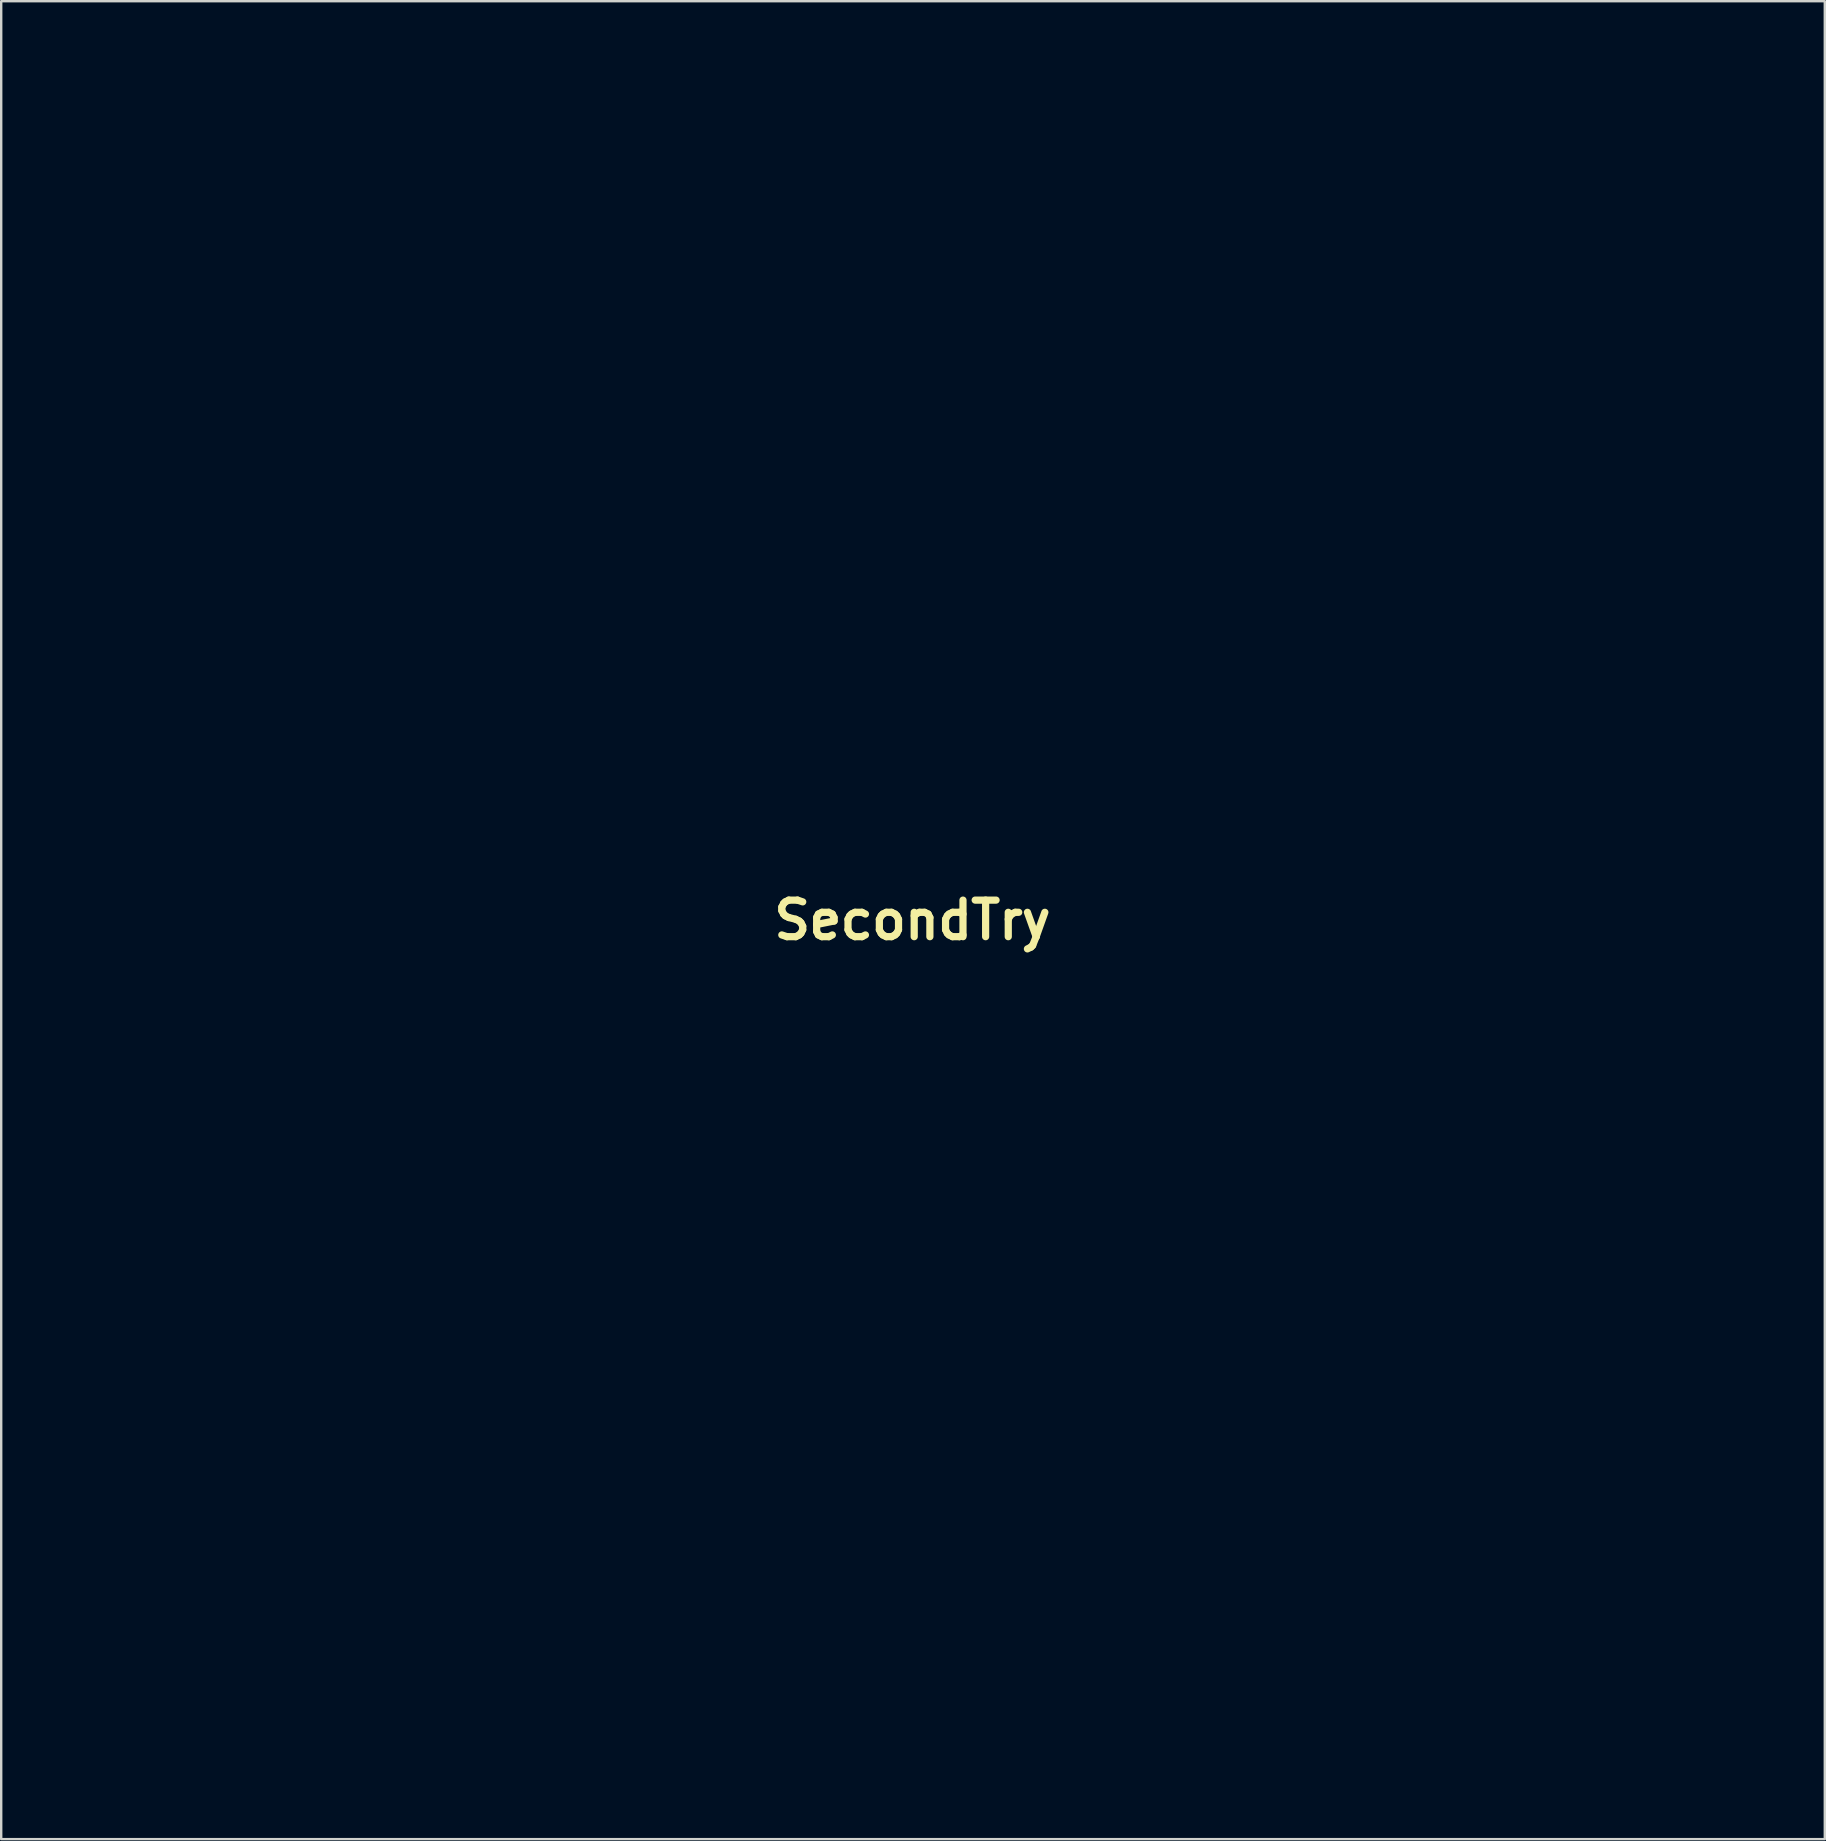
<source format=kicad_pcb>
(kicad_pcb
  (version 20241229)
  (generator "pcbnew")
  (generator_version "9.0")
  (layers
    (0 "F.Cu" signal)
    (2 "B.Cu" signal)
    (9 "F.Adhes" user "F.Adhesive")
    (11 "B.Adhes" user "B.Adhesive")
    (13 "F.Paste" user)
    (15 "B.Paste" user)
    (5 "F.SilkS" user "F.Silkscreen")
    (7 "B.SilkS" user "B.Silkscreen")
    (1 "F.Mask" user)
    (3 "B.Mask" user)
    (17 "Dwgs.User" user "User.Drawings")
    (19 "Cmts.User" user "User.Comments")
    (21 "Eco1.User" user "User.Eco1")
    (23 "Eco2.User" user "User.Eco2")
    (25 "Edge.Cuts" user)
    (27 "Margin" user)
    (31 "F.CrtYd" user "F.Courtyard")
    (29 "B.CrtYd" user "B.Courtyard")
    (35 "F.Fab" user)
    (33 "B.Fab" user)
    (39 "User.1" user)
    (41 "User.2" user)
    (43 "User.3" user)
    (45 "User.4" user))
  (footprint "SecondTry"
    (layer "F.Cu")
    (at 34.964 35.284)
    (property "Reference" "SecondTry" (at 0 0 0) (layer "F.SilkS") (effects (font (size 1.524 1.524) (thickness 0.3))))
    (attr board_only exclude_from_pos_files exclude_from_bom)
    (fp_poly (pts (xy -27.38 9.466) (xy -27.378 9.488) (xy -27.38 9.491) (xy -27.391 9.488) (xy -27.393 9.478) (xy -27.386 9.463)) (stroke (width 0) (type solid)) (fill yes) (layer "F.Mask"))
    (fp_poly (pts (xy -9.867 -31.067) (xy -10.078 -30.987) (xy -10.262 -30.915) (xy -10.472 -30.83) (xy -10.702 -30.736) (xy -10.944 -30.635) (xy -11.192 -30.53) (xy -11.438 -30.425) (xy -11.675 -30.321) (xy -11.898 -30.223) (xy -12.098 -30.133) (xy -12.239 -30.067) (xy -12.453 -29.967) (xy -12.735 -30.249) (xy -12.818 -30.333) (xy -12.891 -30.408) (xy -12.951 -30.471) (xy -12.994 -30.517) (xy -13.015 -30.542) (xy -13.017 -30.546) (xy -13 -30.56) (xy -12.952 -30.588) (xy -12.877 -30.628) (xy -12.776 -30.679) (xy -12.654 -30.738) (xy -12.514 -30.805) (xy -12.358 -30.878) (xy -12.189 -30.956) (xy -12.012 -31.037) (xy -11.828 -31.12) (xy -11.642 -31.203) (xy -11.456 -31.286) (xy -11.273 -31.366) (xy -11.097 -31.442) (xy -10.931 -31.513) (xy -10.777 -31.577) (xy -10.639 -31.633) (xy -10.566 -31.662) (xy -10.49 -31.691)) (stroke (width 0) (type solid)) (fill yes) (layer "F.Mask"))
    (fp_poly (pts (xy -7.587 14.757) (xy -7.543 14.778) (xy -7.479 14.811) (xy -7.399 14.854) (xy -7.361 14.874) (xy -6.764 15.19) (xy -6.145 15.498) (xy -5.513 15.792) (xy -4.878 16.07) (xy -4.249 16.327) (xy -3.748 16.517) (xy -3.646 16.556) (xy -3.557 16.591) (xy -3.488 16.621) (xy -3.442 16.643) (xy -3.426 16.654) (xy -3.432 16.678) (xy -3.449 16.73) (xy -3.474 16.804) (xy -3.506 16.895) (xy -3.532 16.968) (xy -3.575 17.086) (xy -3.609 17.171) (xy -3.636 17.227) (xy -3.656 17.256) (xy -3.667 17.262) (xy -3.693 17.255) (xy -3.748 17.238) (xy -3.826 17.211) (xy -3.92 17.178) (xy -4.013 17.144) (xy -4.887 16.803) (xy -5.762 16.425) (xy -6.637 16.011) (xy -7.514 15.56) (xy -7.527 15.553) (xy -7.653 15.485) (xy -7.749 15.433) (xy -7.819 15.393) (xy -7.867 15.364) (xy -7.897 15.342) (xy -7.911 15.326) (xy -7.914 15.313) (xy -7.909 15.301) (xy -7.908 15.298) (xy -7.89 15.269) (xy -7.859 15.214) (xy -7.818 15.14) (xy -7.77 15.053) (xy -7.747 15.009) (xy -7.699 14.922) (xy -7.658 14.847) (xy -7.627 14.79) (xy -7.608 14.757) (xy -7.605 14.751)) (stroke (width 0) (type solid)) (fill yes) (layer "F.Mask"))
    (fp_poly (pts (xy 4.488 -2.169) (xy 4.711 -1.946) (xy 4.349 0.102) (xy 4.3 0.374) (xy 4.254 0.637) (xy 4.209 0.887) (xy 4.167 1.123) (xy 4.128 1.342) (xy 4.093 1.541) (xy 4.061 1.719) (xy 4.033 1.873) (xy 4.01 2) (xy 3.992 2.099) (xy 3.979 2.166) (xy 3.972 2.2) (xy 3.972 2.202) (xy 3.967 2.217) (xy 3.959 2.225) (xy 3.945 2.223) (xy 3.923 2.209) (xy 3.889 2.181) (xy 3.84 2.135) (xy 3.773 2.069) (xy 3.685 1.981) (xy 3.617 1.914) (xy 3.278 1.573) (xy 3.584 0.01) (xy 3.63 -0.225) (xy 3.674 -0.451) (xy 3.715 -0.662) (xy 3.753 -0.858) (xy 3.787 -1.036) (xy 3.816 -1.192) (xy 3.841 -1.324) (xy 3.861 -1.43) (xy 3.874 -1.506) (xy 3.881 -1.551) (xy 3.882 -1.561) (xy 3.863 -1.56) (xy 3.81 -1.552) (xy 3.725 -1.538) (xy 3.612 -1.52) (xy 3.473 -1.497) (xy 3.31 -1.47) (xy 3.127 -1.439) (xy 2.926 -1.404) (xy 2.709 -1.367) (xy 2.48 -1.327) (xy 2.297 -1.296) (xy 0.72 -1.022) (xy 0.379 -1.362) (xy 0.288 -1.454) (xy 0.206 -1.536) (xy 0.137 -1.606) (xy 0.085 -1.66) (xy 0.052 -1.695) (xy 0.043 -1.706) (xy 0.061 -1.709) (xy 0.114 -1.718) (xy 0.199 -1.732) (xy 0.314 -1.751) (xy 0.457 -1.775) (xy 0.625 -1.802) (xy 0.815 -1.833) (xy 1.027 -1.868) (xy 1.257 -1.905) (xy 1.502 -1.945) (xy 1.762 -1.987) (xy 2.033 -2.03) (xy 2.156 -2.05) (xy 4.266 -2.391)) (stroke (width 0) (type solid)) (fill yes) (layer "F.Mask"))
    (fp_poly (pts (xy -27.425 -13.821) (xy -27.386 -13.787) (xy -27.325 -13.731) (xy -27.245 -13.657) (xy -27.148 -13.565) (xy -27.037 -13.46) (xy -26.914 -13.342) (xy -26.781 -13.215) (xy -26.641 -13.081) (xy -26.497 -12.943) (xy -26.351 -12.801) (xy -26.204 -12.66) (xy -26.061 -12.521) (xy -25.923 -12.386) (xy -25.792 -12.259) (xy -25.671 -12.141) (xy -25.563 -12.034) (xy -25.47 -11.942) (xy -25.394 -11.866) (xy -25.338 -11.809) (xy -25.305 -11.773) (xy -25.295 -11.761) (xy -25.432 -11.436) (xy -25.571 -11.089) (xy -25.706 -10.737) (xy -25.831 -10.395) (xy -25.884 -10.244) (xy -26.009 -9.883) (xy -26.38 -9.666) (xy -27.009 -9.284) (xy -27.615 -8.889) (xy -28.191 -8.484) (xy -28.401 -8.33) (xy -28.785 -8.041) (xy -28.836 -7.778) (xy -28.855 -7.682) (xy -28.873 -7.599) (xy -28.887 -7.535) (xy -28.897 -7.499) (xy -28.899 -7.494) (xy -28.919 -7.484) (xy -28.967 -7.488) (xy -29.031 -7.5) (xy -29.095 -7.515) (xy -29.143 -7.53) (xy -29.165 -7.539) (xy -29.167 -7.562) (xy -29.161 -7.618) (xy -29.149 -7.703) (xy -29.131 -7.814) (xy -29.108 -7.947) (xy -29.08 -8.098) (xy -29.048 -8.265) (xy -29.013 -8.442) (xy -28.975 -8.628) (xy -28.936 -8.818) (xy -28.895 -9.009) (xy -28.854 -9.198) (xy -28.813 -9.379) (xy -28.778 -9.534) (xy -28.62 -10.176) (xy -28.452 -10.802) (xy -28.271 -11.427) (xy -28.071 -12.062) (xy -27.99 -12.309) (xy -27.941 -12.452) (xy -27.889 -12.606) (xy -27.833 -12.766) (xy -27.777 -12.928) (xy -27.72 -13.088) (xy -27.665 -13.242) (xy -27.612 -13.387) (xy -27.564 -13.518) (xy -27.522 -13.632) (xy -27.487 -13.723) (xy -27.46 -13.79) (xy -27.444 -13.826) (xy -27.44 -13.832)) (stroke (width 0) (type solid)) (fill yes) (layer "F.Mask"))
    (fp_poly (pts (xy 10.642 4.059) (xy 9.674 5.028) (xy 10.074 5.426) (xy 10.475 5.824) (xy 11.387 5.781) (xy 12.3 5.738) (xy 12.646 6.095) (xy 12.993 6.452) (xy 12.853 6.464) (xy 12.807 6.467) (xy 12.728 6.47) (xy 12.62 6.473) (xy 12.487 6.476) (xy 12.334 6.48) (xy 12.164 6.483) (xy 11.983 6.486) (xy 11.793 6.489) (xy 11.749 6.49) (xy 10.785 6.504) (xy 10.774 6.59) (xy 10.769 6.628) (xy 10.762 6.697) (xy 10.752 6.794) (xy 10.739 6.914) (xy 10.724 7.054) (xy 10.708 7.21) (xy 10.691 7.377) (xy 10.673 7.552) (xy 10.654 7.731) (xy 10.636 7.91) (xy 10.618 8.085) (xy 10.601 8.252) (xy 10.586 8.407) (xy 10.572 8.547) (xy 10.56 8.667) (xy 10.55 8.763) (xy 10.543 8.831) (xy 10.54 8.868) (xy 10.54 8.873) (xy 10.532 8.897) (xy 10.526 8.899) (xy 10.51 8.886) (xy 10.471 8.849) (xy 10.414 8.793) (xy 10.341 8.72) (xy 10.258 8.635) (xy 10.174 8.55) (xy 9.836 8.203) (xy 9.928 7.262) (xy 9.945 7.079) (xy 9.962 6.906) (xy 9.976 6.748) (xy 9.989 6.609) (xy 10 6.491) (xy 10.007 6.398) (xy 10.012 6.334) (xy 10.014 6.303) (xy 10.014 6.301) (xy 10 6.283) (xy 9.963 6.242) (xy 9.907 6.181) (xy 9.834 6.104) (xy 9.748 6.014) (xy 9.652 5.915) (xy 9.615 5.877) (xy 9.22 5.473) (xy 8.692 5.994) (xy 8.163 6.516) (xy 7.551 5.903) (xy 8.736 4.73) (xy 8.912 4.556) (xy 9.082 4.389) (xy 9.242 4.23) (xy 9.393 4.082) (xy 9.531 3.946) (xy 9.654 3.825) (xy 9.76 3.721) (xy 9.848 3.635) (xy 9.916 3.569) (xy 9.961 3.526) (xy 9.98 3.508) (xy 10.04 3.458)) (stroke (width 0) (type solid)) (fill yes) (layer "F.Mask"))
    (fp_poly (pts (xy 16.186 -28.671) (xy 16.238 -28.644) (xy 16.314 -28.604) (xy 16.408 -28.552) (xy 16.517 -28.492) (xy 16.636 -28.425) (xy 16.761 -28.355) (xy 16.887 -28.284) (xy 17.01 -28.214) (xy 17.125 -28.147) (xy 17.216 -28.094) (xy 17.817 -27.732) (xy 18.396 -27.363) (xy 18.961 -26.981) (xy 19.52 -26.581) (xy 20.081 -26.158) (xy 20.549 -25.79) (xy 20.933 -25.477) (xy 21.304 -25.165) (xy 21.666 -24.85) (xy 22.023 -24.528) (xy 22.379 -24.195) (xy 22.738 -23.848) (xy 23.104 -23.483) (xy 23.482 -23.095) (xy 23.875 -22.681) (xy 23.975 -22.574) (xy 24.084 -22.458) (xy 24.034 -22.043) (xy 24.012 -21.853) (xy 23.991 -21.665) (xy 23.972 -21.483) (xy 23.956 -21.314) (xy 23.942 -21.163) (xy 23.931 -21.037) (xy 23.925 -20.94) (xy 23.924 -20.923) (xy 23.92 -20.812) (xy 23.718 -21.053) (xy 23.633 -21.152) (xy 23.529 -21.27) (xy 23.408 -21.405) (xy 23.276 -21.551) (xy 23.135 -21.705) (xy 22.99 -21.862) (xy 22.845 -22.017) (xy 22.704 -22.167) (xy 22.571 -22.306) (xy 22.45 -22.432) (xy 22.345 -22.539) (xy 22.26 -22.623) (xy 22.247 -22.635) (xy 22.003 -22.868) (xy 21.953 -23.264) (xy 21.903 -23.659) (xy 21.81 -23.743) (xy 21.482 -24.036) (xy 21.175 -24.307) (xy 20.886 -24.557) (xy 20.611 -24.791) (xy 20.344 -25.012) (xy 20.083 -25.223) (xy 19.822 -25.427) (xy 19.558 -25.63) (xy 19.45 -25.711) (xy 18.952 -26.075) (xy 18.434 -26.436) (xy 17.905 -26.788) (xy 17.371 -27.126) (xy 16.841 -27.447) (xy 16.322 -27.744) (xy 16.049 -27.893) (xy 15.869 -27.99) (xy 15.943 -28.18) (xy 15.983 -28.28) (xy 16.025 -28.389) (xy 16.064 -28.489) (xy 16.079 -28.528) (xy 16.109 -28.597) (xy 16.135 -28.65) (xy 16.156 -28.679) (xy 16.162 -28.682)) (stroke (width 0) (type solid)) (fill yes) (layer "F.Mask"))
    (fp_poly (pts (xy -29.187 -3.453) (xy -29.19 -3.405) (xy -29.193 -3.325) (xy -29.197 -3.218) (xy -29.2 -3.089) (xy -29.204 -2.942) (xy -29.207 -2.783) (xy -29.21 -2.617) (xy -29.211 -2.598) (xy -29.21 -1.748) (xy -29.183 -0.884) (xy -29.129 -0.011) (xy -29.049 0.867) (xy -28.944 1.744) (xy -28.815 2.616) (xy -28.662 3.479) (xy -28.485 4.328) (xy -28.286 5.158) (xy -28.065 5.965) (xy -27.906 6.489) (xy -27.841 6.693) (xy -28.011 7.287) (xy -27.941 7.559) (xy -27.902 7.707) (xy -27.855 7.882) (xy -27.8 8.077) (xy -27.742 8.283) (xy -27.682 8.491) (xy -27.622 8.694) (xy -27.565 8.884) (xy -27.514 9.051) (xy -27.497 9.105) (xy -27.465 9.209) (xy -27.437 9.3) (xy -27.416 9.371) (xy -27.404 9.419) (xy -27.401 9.437) (xy -27.411 9.429) (xy -27.416 9.419) (xy -27.484 9.24) (xy -27.558 9.042) (xy -27.634 8.834) (xy -27.711 8.623) (xy -27.784 8.419) (xy -27.851 8.23) (xy -27.91 8.063) (xy -27.931 8.001) (xy -28.26 6.972) (xy -28.555 5.932) (xy -28.814 4.882) (xy -29.037 3.824) (xy -29.225 2.76) (xy -29.375 1.692) (xy -29.489 0.62) (xy -29.495 0.549) (xy -29.515 0.323) (xy -29.532 0.118) (xy -29.546 -0.071) (xy -29.558 -0.248) (xy -29.568 -0.418) (xy -29.577 -0.586) (xy -29.583 -0.757) (xy -29.589 -0.935) (xy -29.593 -1.126) (xy -29.595 -1.333) (xy -29.597 -1.561) (xy -29.598 -1.816) (xy -29.599 -2.102) (xy -29.599 -2.2) (xy -29.599 -2.42) (xy -29.598 -2.629) (xy -29.598 -2.823) (xy -29.597 -3.001) (xy -29.596 -3.159) (xy -29.595 -3.294) (xy -29.594 -3.403) (xy -29.592 -3.483) (xy -29.591 -3.531) (xy -29.589 -3.545) (xy -29.568 -3.55) (xy -29.517 -3.557) (xy -29.445 -3.563) (xy -29.377 -3.568) (xy -29.174 -3.581)) (stroke (width 0) (type solid)) (fill yes) (layer "F.Mask"))
    (fp_poly (pts (xy 31.465 -11.424) (xy 31.512 -11.397) (xy 31.583 -11.354) (xy 31.673 -11.299) (xy 31.779 -11.233) (xy 31.898 -11.16) (xy 32.024 -11.081) (xy 32.155 -10.998) (xy 32.286 -10.915) (xy 32.414 -10.834) (xy 32.534 -10.757) (xy 32.643 -10.687) (xy 32.737 -10.626) (xy 32.813 -10.576) (xy 32.972 -10.469) (xy 33.068 -10.044) (xy 33.273 -9.055) (xy 33.45 -8.051) (xy 33.597 -7.038) (xy 33.657 -6.539) (xy 33.671 -6.422) (xy 33.683 -6.318) (xy 33.694 -6.233) (xy 33.702 -6.171) (xy 33.708 -6.139) (xy 33.709 -6.136) (xy 33.728 -6.137) (xy 33.78 -6.14) (xy 33.859 -6.147) (xy 33.963 -6.157) (xy 34.084 -6.168) (xy 34.221 -6.181) (xy 34.278 -6.187) (xy 34.419 -6.201) (xy 34.548 -6.213) (xy 34.66 -6.222) (xy 34.75 -6.229) (xy 34.815 -6.233) (xy 34.849 -6.234) (xy 34.853 -6.233) (xy 34.858 -6.211) (xy 34.866 -6.155) (xy 34.874 -6.07) (xy 34.885 -5.96) (xy 34.896 -5.829) (xy 34.908 -5.68) (xy 34.921 -5.518) (xy 34.933 -5.347) (xy 34.946 -5.17) (xy 34.958 -4.992) (xy 34.97 -4.817) (xy 34.98 -4.648) (xy 34.989 -4.49) (xy 34.997 -4.346) (xy 35.003 -4.221) (xy 35.007 -4.118) (xy 35.009 -4.042) (xy 35.009 -4.036) (xy 35.009 -3.897) (xy 34.725 -3.885) (xy 34.625 -3.882) (xy 34.497 -3.878) (xy 34.35 -3.873) (xy 34.193 -3.869) (xy 34.036 -3.865) (xy 33.938 -3.863) (xy 33.802 -3.86) (xy 33.675 -3.857) (xy 33.563 -3.853) (xy 33.472 -3.85) (xy 33.407 -3.846) (xy 33.375 -3.844) (xy 33.314 -3.834) (xy 33.314 -3.95) (xy 33.313 -4.003) (xy 33.31 -4.085) (xy 33.304 -4.192) (xy 33.298 -4.315) (xy 33.29 -4.448) (xy 33.282 -4.585) (xy 33.274 -4.718) (xy 33.266 -4.841) (xy 33.259 -4.948) (xy 33.252 -5.031) (xy 33.248 -5.075) (xy 33.238 -5.168) (xy 32.936 -5.146) (xy 32.832 -5.138) (xy 32.74 -5.131) (xy 32.666 -5.126) (xy 32.617 -5.123) (xy 32.603 -5.122) (xy 32.593 -5.122) (xy 32.585 -5.126) (xy 32.578 -5.138) (xy 32.571 -5.161) (xy 32.565 -5.2) (xy 32.558 -5.259) (xy 32.55 -5.341) (xy 32.54 -5.451) (xy 32.528 -5.593) (xy 32.523 -5.652) (xy 32.456 -6.32) (xy 32.372 -7.003) (xy 32.27 -7.697) (xy 32.152 -8.392) (xy 32.02 -9.082) (xy 31.874 -9.759) (xy 31.717 -10.418) (xy 31.549 -11.05) (xy 31.483 -11.28) (xy 31.463 -11.349) (xy 31.45 -11.402) (xy 31.445 -11.431) (xy 31.446 -11.434)) (stroke (width 0) (type solid)) (fill yes) (layer "F.Mask"))
    (fp_poly (pts (xy -26.24 -35.27) (xy -26.2 -35.232) (xy -26.138 -35.171) (xy -26.055 -35.089) (xy -25.952 -34.988) (xy -25.832 -34.869) (xy -25.696 -34.734) (xy -25.545 -34.585) (xy -25.383 -34.423) (xy -25.21 -34.251) (xy -25.028 -34.07) (xy -24.875 -33.918) (xy -23.508 -32.556) (xy -23.569 -32.214) (xy -23.588 -32.103) (xy -23.605 -32.002) (xy -23.618 -31.918) (xy -23.627 -31.858) (xy -23.63 -31.829) (xy -23.623 -31.817) (xy -23.601 -31.79) (xy -23.564 -31.748) (xy -23.511 -31.69) (xy -23.441 -31.616) (xy -23.353 -31.524) (xy -23.246 -31.414) (xy -23.12 -31.285) (xy -22.974 -31.136) (xy -22.807 -30.967) (xy -22.618 -30.775) (xy -22.407 -30.562) (xy -22.172 -30.326) (xy -21.913 -30.065) (xy -21.629 -29.78) (xy -21.356 -29.506) (xy -19.081 -27.224) (xy -19.126 -27.192) (xy -19.158 -27.167) (xy -19.21 -27.123) (xy -19.274 -27.069) (xy -19.32 -27.028) (xy -19.388 -26.968) (xy -19.467 -26.903) (xy -19.549 -26.835) (xy -19.631 -26.769) (xy -19.707 -26.709) (xy -19.772 -26.66) (xy -19.819 -26.626) (xy -19.845 -26.611) (xy -19.847 -26.61) (xy -19.861 -26.623) (xy -19.9 -26.661) (xy -19.963 -26.723) (xy -20.048 -26.807) (xy -20.155 -26.912) (xy -20.28 -27.036) (xy -20.424 -27.178) (xy -20.584 -27.338) (xy -20.76 -27.513) (xy -20.95 -27.702) (xy -21.152 -27.904) (xy -21.366 -28.117) (xy -21.59 -28.34) (xy -21.822 -28.572) (xy -22.061 -28.812) (xy -24.312 -31.063) (xy -25.09 -30.932) (xy -25.492 -31.321) (xy -25.633 -31.459) (xy -25.784 -31.607) (xy -25.942 -31.762) (xy -26.106 -31.924) (xy -26.273 -32.09) (xy -26.441 -32.258) (xy -26.609 -32.425) (xy -26.773 -32.591) (xy -26.933 -32.752) (xy -27.086 -32.906) (xy -27.23 -33.052) (xy -27.363 -33.188) (xy -27.483 -33.312) (xy -27.588 -33.42) (xy -27.676 -33.513) (xy -27.745 -33.586) (xy -27.793 -33.639) (xy -27.817 -33.669) (xy -27.82 -33.675) (xy -27.795 -33.681) (xy -27.739 -33.691) (xy -27.655 -33.706) (xy -27.549 -33.725) (xy -27.425 -33.747) (xy -27.289 -33.77) (xy -27.244 -33.778) (xy -26.694 -33.872) (xy -26.592 -33.771) (xy -26.489 -33.67) (xy -26.436 -33.745) (xy -26.382 -33.82) (xy -26.468 -33.908) (xy -26.513 -33.957) (xy -26.544 -33.998) (xy -26.555 -34.022) (xy -26.551 -34.051) (xy -26.539 -34.11) (xy -26.521 -34.192) (xy -26.499 -34.294) (xy -26.472 -34.411) (xy -26.443 -34.537) (xy -26.412 -34.667) (xy -26.381 -34.797) (xy -26.351 -34.921) (xy -26.323 -35.035) (xy -26.298 -35.133) (xy -26.278 -35.21) (xy -26.263 -35.262) (xy -26.255 -35.284) (xy -26.255 -35.284)) (stroke (width 0) (type solid)) (fill yes) (layer "F.Mask"))
    (fp_poly (pts (xy 19.755 22.982) (xy 19.886 23.116) (xy 20.014 23.247) (xy 20.136 23.372) (xy 20.248 23.487) (xy 20.347 23.588) (xy 20.429 23.673) (xy 20.492 23.737) (xy 20.527 23.773) (xy 20.672 23.924) (xy 20.266 24.194) (xy 19.586 24.628) (xy 18.872 25.051) (xy 18.126 25.462) (xy 17.349 25.859) (xy 16.542 26.243) (xy 15.709 26.613) (xy 14.849 26.968) (xy 13.964 27.307) (xy 13.057 27.63) (xy 12.129 27.936) (xy 11.181 28.224) (xy 10.215 28.494) (xy 9.544 28.668) (xy 8.831 28.84) (xy 8.115 29.001) (xy 7.397 29.149) (xy 6.683 29.284) (xy 5.975 29.405) (xy 5.277 29.512) (xy 4.593 29.605) (xy 3.927 29.682) (xy 3.281 29.744) (xy 2.66 29.789) (xy 2.067 29.817) (xy 1.899 29.823) (xy 1.763 29.826) (xy 1.62 29.83) (xy 1.482 29.835) (xy 1.36 29.839) (xy 1.275 29.842) (xy 1.032 29.851) (xy 1.034 29.543) (xy 0.922 29.548) (xy 0.549 29.564) (xy 0.204 29.575) (xy -0.123 29.583) (xy -0.44 29.588) (xy -0.757 29.59) (xy -0.757 29.59) (xy -1.393 29.59) (xy -1.404 29.399) (xy -1.407 29.318) (xy -1.412 29.21) (xy -1.416 29.084) (xy -1.42 28.952) (xy -1.423 28.834) (xy -1.431 28.459) (xy -0.543 28.448) (xy -0.041 28.439) (xy 0.427 28.425) (xy 0.865 28.406) (xy 1.275 28.382) (xy 1.453 28.369) (xy 1.612 28.357) (xy 1.664 28.885) (xy 1.678 29.023) (xy 1.691 29.149) (xy 1.703 29.26) (xy 1.713 29.35) (xy 1.721 29.414) (xy 1.726 29.446) (xy 1.726 29.448) (xy 1.732 29.461) (xy 1.743 29.47) (xy 1.767 29.475) (xy 1.807 29.478) (xy 1.87 29.477) (xy 1.96 29.474) (xy 2.055 29.471) (xy 2.824 29.428) (xy 3.618 29.361) (xy 4.434 29.269) (xy 5.271 29.154) (xy 6.124 29.015) (xy 6.993 28.854) (xy 7.874 28.671) (xy 8.766 28.466) (xy 9.664 28.24) (xy 10.568 27.993) (xy 11.474 27.726) (xy 12.38 27.439) (xy 12.449 27.417) (xy 13.127 27.188) (xy 13.77 26.96) (xy 14.378 26.734) (xy 14.952 26.507) (xy 15.494 26.281) (xy 15.558 26.253) (xy 15.666 26.205) (xy 15.787 26.15) (xy 15.916 26.089) (xy 16.049 26.026) (xy 16.181 25.962) (xy 16.308 25.9) (xy 16.425 25.841) (xy 16.527 25.789) (xy 16.611 25.744) (xy 16.67 25.711) (xy 16.702 25.69) (xy 16.705 25.688) (xy 16.708 25.676) (xy 16.706 25.653) (xy 16.695 25.618) (xy 16.676 25.566) (xy 16.648 25.495) (xy 16.608 25.402) (xy 16.556 25.284) (xy 16.49 25.138) (xy 16.41 24.962) (xy 16.408 24.957) (xy 16.34 24.807) (xy 16.278 24.667) (xy 16.222 24.541) (xy 16.176 24.434) (xy 16.139 24.348) (xy 16.115 24.287) (xy 16.103 24.254) (xy 16.103 24.25) (xy 16.123 24.24) (xy 16.17 24.215) (xy 16.242 24.177) (xy 16.333 24.129) (xy 16.438 24.073) (xy 16.532 24.022) (xy 16.766 23.895) (xy 16.987 23.77) (xy 17.201 23.646) (xy 17.412 23.518) (xy 17.625 23.384) (xy 17.845 23.24) (xy 18.078 23.083) (xy 18.328 22.91) (xy 18.6 22.719) (xy 18.703 22.646) (xy 19.128 22.342)) (stroke (width 0) (type solid)) (fill yes) (layer "F.Mask"))
    (fp_poly (pts (xy -9.255 -15.195) (xy -9.436 -15.195) (xy -9.458 -15.395) (xy -9.498 -15.682) (xy -9.551 -15.946) (xy -9.617 -16.185) (xy -9.694 -16.398) (xy -9.781 -16.584) (xy -9.879 -16.741) (xy -9.986 -16.868) (xy -10.101 -16.963) (xy -10.223 -17.026) (xy -10.351 -17.054) (xy -10.448 -17.052) (xy -10.575 -17.019) (xy -10.684 -16.956) (xy -10.773 -16.864) (xy -10.839 -16.748) (xy -10.879 -16.61) (xy -10.888 -16.54) (xy -10.89 -16.454) (xy -10.882 -16.365) (xy -10.863 -16.271) (xy -10.83 -16.17) (xy -10.783 -16.058) (xy -10.721 -15.934) (xy -10.642 -15.795) (xy -10.544 -15.638) (xy -10.427 -15.46) (xy -10.29 -15.26) (xy -10.13 -15.035) (xy -10.069 -14.95) (xy -9.858 -14.651) (xy -9.673 -14.376) (xy -9.514 -14.12) (xy -9.377 -13.881) (xy -9.264 -13.656) (xy -9.171 -13.442) (xy -9.099 -13.236) (xy -9.046 -13.036) (xy -9.011 -12.839) (xy -8.992 -12.641) (xy -8.989 -12.439) (xy -8.996 -12.289) (xy -9.027 -12.033) (xy -9.081 -11.801) (xy -9.159 -11.592) (xy -9.259 -11.41) (xy -9.381 -11.256) (xy -9.523 -11.13) (xy -9.66 -11.048) (xy -9.722 -11.018) (xy -9.772 -10.998) (xy -9.819 -10.985) (xy -9.874 -10.978) (xy -9.949 -10.975) (xy -10.027 -10.973) (xy -10.171 -10.974) (xy -10.282 -10.983) (xy -10.349 -10.996) (xy -10.478 -11.041) (xy -10.602 -11.106) (xy -10.73 -11.194) (xy -10.867 -11.31) (xy -10.881 -11.322) (xy -10.938 -11.372) (xy -10.975 -11.398) (xy -10.997 -11.403) (xy -11.006 -11.395) (xy -11.022 -11.369) (xy -11.05 -11.317) (xy -11.088 -11.249) (xy -11.121 -11.187) (xy -11.22 -11.006) (xy -11.396 -11.005) (xy -11.396 -13.24) (xy -11.313 -13.24) (xy -11.263 -13.237) (xy -11.233 -13.23) (xy -11.229 -13.226) (xy -11.226 -13.18) (xy -11.22 -13.106) (xy -11.211 -13.014) (xy -11.2 -12.911) (xy -11.188 -12.809) (xy -11.176 -12.715) (xy -11.166 -12.638) (xy -11.162 -12.616) (xy -11.107 -12.349) (xy -11.036 -12.103) (xy -10.95 -11.881) (xy -10.85 -11.683) (xy -10.738 -11.511) (xy -10.614 -11.369) (xy -10.481 -11.258) (xy -10.339 -11.18) (xy -10.2 -11.138) (xy -10.054 -11.128) (xy -9.92 -11.153) (xy -9.799 -11.213) (xy -9.694 -11.306) (xy -9.612 -11.424) (xy -9.562 -11.562) (xy -9.544 -11.72) (xy -9.556 -11.897) (xy -9.599 -12.094) (xy -9.674 -12.311) (xy -9.78 -12.547) (xy -9.875 -12.728) (xy -9.914 -12.795) (xy -9.971 -12.888) (xy -10.041 -12.999) (xy -10.121 -13.124) (xy -10.208 -13.257) (xy -10.297 -13.392) (xy -10.331 -13.443) (xy -10.469 -13.65) (xy -10.589 -13.83) (xy -10.691 -13.987) (xy -10.778 -14.124) (xy -10.852 -14.244) (xy -10.916 -14.351) (xy -10.97 -14.449) (xy -11.018 -14.54) (xy -11.061 -14.63) (xy -11.102 -14.72) (xy -11.119 -14.759) (xy -11.205 -14.995) (xy -11.269 -15.246) (xy -11.312 -15.505) (xy -11.332 -15.764) (xy -11.329 -16.017) (xy -11.303 -16.255) (xy -11.265 -16.424) (xy -11.216 -16.565) (xy -11.15 -16.708) (xy -11.072 -16.84) (xy -10.99 -16.948) (xy -10.984 -16.955) (xy -10.858 -17.072) (xy -10.724 -17.155) (xy -10.578 -17.204) (xy -10.415 -17.223) (xy -10.334 -17.222) (xy -10.245 -17.215) (xy -10.177 -17.204) (xy -10.113 -17.183) (xy -10.037 -17.148) (xy -10.028 -17.143) (xy -9.891 -17.061) (xy -9.758 -16.953) (xy -9.753 -16.949) (xy -9.697 -16.898) (xy -9.651 -16.861) (xy -9.622 -16.843) (xy -9.615 -16.843) (xy -9.605 -16.867) (xy -9.582 -16.917) (xy -9.551 -16.984) (xy -9.525 -17.039) (xy -9.442 -17.216) (xy -9.348 -17.221) (xy -9.255 -17.227)) (stroke (width 0) (type solid)) (fill yes) (layer "F.Mask"))
    (fp_poly (pts (xy 6.669 0.382) (xy 6.731 0.386) (xy 6.782 0.396) (xy 6.834 0.415) (xy 6.9 0.445) (xy 6.948 0.469) (xy 7.041 0.52) (xy 7.138 0.58) (xy 7.225 0.64) (xy 7.253 0.661) (xy 7.282 0.687) (xy 7.334 0.736) (xy 7.406 0.806) (xy 7.497 0.894) (xy 7.603 0.999) (xy 7.722 1.117) (xy 7.853 1.248) (xy 7.993 1.387) (xy 8.139 1.534) (xy 8.29 1.685) (xy 8.444 1.839) (xy 8.597 1.993) (xy 8.747 2.145) (xy 8.893 2.293) (xy 9.033 2.434) (xy 9.163 2.566) (xy 9.281 2.687) (xy 9.386 2.794) (xy 9.475 2.886) (xy 9.546 2.96) (xy 9.596 3.013) (xy 9.623 3.044) (xy 9.627 3.05) (xy 9.615 3.067) (xy 9.58 3.106) (xy 9.528 3.161) (xy 9.462 3.229) (xy 9.408 3.283) (xy 9.189 3.502) (xy 8.966 3.273) (xy 8.914 3.22) (xy 8.839 3.144) (xy 8.743 3.046) (xy 8.63 2.932) (xy 8.502 2.802) (xy 8.362 2.66) (xy 8.213 2.51) (xy 8.058 2.353) (xy 7.9 2.193) (xy 7.841 2.134) (xy 7.656 1.947) (xy 7.494 1.784) (xy 7.355 1.645) (xy 7.236 1.527) (xy 7.135 1.429) (xy 7.051 1.35) (xy 6.981 1.287) (xy 6.924 1.239) (xy 6.878 1.204) (xy 6.84 1.181) (xy 6.808 1.168) (xy 6.782 1.164) (xy 6.758 1.166) (xy 6.736 1.174) (xy 6.717 1.182) (xy 6.692 1.2) (xy 6.644 1.243) (xy 6.575 1.307) (xy 6.488 1.389) (xy 6.386 1.487) (xy 6.272 1.599) (xy 6.148 1.721) (xy 6.016 1.852) (xy 5.982 1.886) (xy 5.817 2.052) (xy 5.677 2.193) (xy 5.562 2.311) (xy 5.47 2.408) (xy 5.4 2.483) (xy 5.35 2.54) (xy 5.32 2.579) (xy 5.308 2.601) (xy 5.307 2.604) (xy 5.316 2.647) (xy 5.336 2.702) (xy 5.344 2.719) (xy 5.364 2.745) (xy 5.408 2.795) (xy 5.476 2.869) (xy 5.565 2.964) (xy 5.675 3.079) (xy 5.804 3.213) (xy 5.95 3.363) (xy 6.112 3.529) (xy 6.288 3.708) (xy 6.477 3.9) (xy 6.499 3.923) (xy 7.617 5.054) (xy 7.398 5.274) (xy 7.325 5.347) (xy 7.261 5.409) (xy 7.211 5.458) (xy 7.179 5.487) (xy 7.17 5.493) (xy 7.155 5.481) (xy 7.117 5.444) (xy 7.057 5.385) (xy 6.979 5.308) (xy 6.884 5.214) (xy 6.776 5.106) (xy 6.657 4.987) (xy 6.529 4.858) (xy 6.489 4.818) (xy 6.236 4.564) (xy 6.009 4.335) (xy 5.805 4.129) (xy 5.623 3.944) (xy 5.461 3.78) (xy 5.319 3.635) (xy 5.195 3.507) (xy 5.087 3.394) (xy 4.995 3.296) (xy 4.916 3.209) (xy 4.849 3.134) (xy 4.794 3.069) (xy 4.747 3.011) (xy 4.709 2.96) (xy 4.678 2.914) (xy 4.651 2.871) (xy 4.629 2.829) (xy 4.609 2.788) (xy 4.59 2.746) (xy 4.584 2.732) (xy 4.562 2.675) (xy 4.547 2.622) (xy 4.539 2.564) (xy 4.535 2.488) (xy 4.535 2.412) (xy 4.535 2.35) (xy 4.536 2.295) (xy 4.541 2.246) (xy 4.55 2.199) (xy 4.567 2.152) (xy 4.592 2.102) (xy 4.629 2.047) (xy 4.678 1.984) (xy 4.741 1.91) (xy 4.821 1.824) (xy 4.918 1.722) (xy 5.036 1.603) (xy 5.176 1.463) (xy 5.34 1.3) (xy 5.397 1.243) (xy 5.558 1.084) (xy 5.694 0.949) (xy 5.81 0.835) (xy 5.906 0.742) (xy 5.985 0.666) (xy 6.05 0.605) (xy 6.104 0.558) (xy 6.148 0.521) (xy 6.185 0.493) (xy 6.217 0.472) (xy 6.248 0.455) (xy 6.266 0.445) (xy 6.329 0.416) (xy 6.379 0.397) (xy 6.43 0.387) (xy 6.494 0.383) (xy 6.582 0.382) (xy 6.584 0.382)) (stroke (width 0) (type solid)) (fill yes) (layer "F.Mask"))
    (fp_poly (pts (xy 8.13 25.503) (xy 8.279 25.53) (xy 8.409 25.577) (xy 8.511 25.64) (xy 8.547 25.671) (xy 8.577 25.705) (xy 8.605 25.744) (xy 8.631 25.793) (xy 8.656 25.854) (xy 8.681 25.932) (xy 8.708 26.029) (xy 8.737 26.149) (xy 8.769 26.296) (xy 8.807 26.473) (xy 8.846 26.666) (xy 8.889 26.879) (xy 8.925 27.059) (xy 8.953 27.209) (xy 8.974 27.334) (xy 8.989 27.436) (xy 8.997 27.519) (xy 8.999 27.587) (xy 8.996 27.643) (xy 8.988 27.691) (xy 8.975 27.734) (xy 8.962 27.769) (xy 8.893 27.878) (xy 8.792 27.979) (xy 8.661 28.068) (xy 8.504 28.142) (xy 8.417 28.173) (xy 8.374 28.185) (xy 8.298 28.203) (xy 8.194 28.226) (xy 8.068 28.254) (xy 7.922 28.285) (xy 7.761 28.319) (xy 7.59 28.354) (xy 7.468 28.379) (xy 7.269 28.42) (xy 7.102 28.453) (xy 6.964 28.48) (xy 6.85 28.501) (xy 6.757 28.517) (xy 6.68 28.529) (xy 6.617 28.537) (xy 6.562 28.542) (xy 6.512 28.545) (xy 6.462 28.545) (xy 6.444 28.545) (xy 6.356 28.543) (xy 6.276 28.539) (xy 6.216 28.533) (xy 6.192 28.529) (xy 6.052 28.477) (xy 5.936 28.398) (xy 5.847 28.294) (xy 5.805 28.217) (xy 5.787 28.164) (xy 5.762 28.076) (xy 5.733 27.953) (xy 5.697 27.797) (xy 5.657 27.608) (xy 5.611 27.388) (xy 5.607 27.368) (xy 5.564 27.156) (xy 5.529 26.977) (xy 5.501 26.827) (xy 5.481 26.704) (xy 5.466 26.602) (xy 5.459 26.519) (xy 5.457 26.476) (xy 6.144 26.476) (xy 6.147 26.529) (xy 6.156 26.599) (xy 6.171 26.691) (xy 6.193 26.808) (xy 6.222 26.952) (xy 6.257 27.128) (xy 6.275 27.215) (xy 6.308 27.377) (xy 6.339 27.528) (xy 6.369 27.664) (xy 6.395 27.781) (xy 6.416 27.875) (xy 6.433 27.942) (xy 6.443 27.978) (xy 6.446 27.982) (xy 6.484 28.008) (xy 6.541 28.027) (xy 6.599 28.035) (xy 6.62 28.034) (xy 6.646 28.029) (xy 6.704 28.017) (xy 6.791 28) (xy 6.902 27.978) (xy 7.033 27.952) (xy 7.181 27.922) (xy 7.34 27.89) (xy 7.411 27.876) (xy 7.576 27.842) (xy 7.73 27.81) (xy 7.871 27.78) (xy 7.993 27.753) (xy 8.093 27.73) (xy 8.166 27.712) (xy 8.209 27.7) (xy 8.217 27.697) (xy 8.265 27.662) (xy 8.298 27.626) (xy 8.305 27.612) (xy 8.309 27.595) (xy 8.311 27.571) (xy 8.309 27.537) (xy 8.303 27.487) (xy 8.292 27.42) (xy 8.276 27.332) (xy 8.253 27.218) (xy 8.225 27.075) (xy 8.19 26.9) (xy 8.185 26.876) (xy 8.153 26.717) (xy 8.122 26.568) (xy 8.094 26.432) (xy 8.069 26.315) (xy 8.049 26.221) (xy 8.034 26.153) (xy 8.025 26.117) (xy 8.024 26.115) (xy 7.988 26.058) (xy 7.925 26.024) (xy 7.852 26.015) (xy 7.815 26.018) (xy 7.747 26.029) (xy 7.654 26.046) (xy 7.539 26.067) (xy 7.408 26.093) (xy 7.265 26.122) (xy 7.115 26.153) (xy 6.962 26.184) (xy 6.812 26.216) (xy 6.668 26.247) (xy 6.536 26.277) (xy 6.42 26.303) (xy 6.324 26.326) (xy 6.254 26.344) (xy 6.215 26.356) (xy 6.208 26.359) (xy 6.186 26.374) (xy 6.168 26.39) (xy 6.155 26.41) (xy 6.147 26.438) (xy 6.144 26.476) (xy 5.457 26.476) (xy 5.457 26.452) (xy 5.461 26.396) (xy 5.47 26.348) (xy 5.484 26.305) (xy 5.503 26.263) (xy 5.504 26.262) (xy 5.583 26.144) (xy 5.697 26.04) (xy 5.844 25.952) (xy 6.011 25.882) (xy 6.049 25.872) (xy 6.119 25.855) (xy 6.216 25.833) (xy 6.336 25.806) (xy 6.474 25.777) (xy 6.625 25.745) (xy 6.784 25.711) (xy 6.948 25.677) (xy 7.111 25.644) (xy 7.268 25.612) (xy 7.416 25.582) (xy 7.548 25.556) (xy 7.662 25.535) (xy 7.751 25.518) (xy 7.802 25.51) (xy 7.969 25.496)) (stroke (width 0) (type solid)) (fill yes) (layer "F.Mask"))
    (fp_poly (pts (xy 11.657 24.589) (xy 11.797 24.639) (xy 11.914 24.719) (xy 12.008 24.827) (xy 12.047 24.895) (xy 12.069 24.946) (xy 12.094 25.02) (xy 12.121 25.107) (xy 12.133 25.152) (xy 12.165 25.312) (xy 12.169 25.452) (xy 12.143 25.575) (xy 12.088 25.687) (xy 12.001 25.792) (xy 11.98 25.811) (xy 11.935 25.853) (xy 11.89 25.889) (xy 11.844 25.922) (xy 11.791 25.954) (xy 11.73 25.984) (xy 11.656 26.016) (xy 11.565 26.05) (xy 11.455 26.088) (xy 11.322 26.13) (xy 11.163 26.179) (xy 10.974 26.236) (xy 10.819 26.283) (xy 10.668 26.328) (xy 10.526 26.371) (xy 10.399 26.411) (xy 10.29 26.446) (xy 10.205 26.475) (xy 10.146 26.496) (xy 10.119 26.507) (xy 10.085 26.533) (xy 10.062 26.56) (xy 10.05 26.594) (xy 10.05 26.641) (xy 10.062 26.707) (xy 10.085 26.796) (xy 10.119 26.915) (xy 10.121 26.923) (xy 10.21 27.221) (xy 10.259 27.205) (xy 10.294 27.194) (xy 10.359 27.174) (xy 10.451 27.147) (xy 10.566 27.112) (xy 10.7 27.072) (xy 10.85 27.028) (xy 11.011 26.98) (xy 11.181 26.93) (xy 11.355 26.879) (xy 11.53 26.827) (xy 11.702 26.777) (xy 11.867 26.728) (xy 12.022 26.683) (xy 12.163 26.641) (xy 12.286 26.605) (xy 12.388 26.576) (xy 12.465 26.554) (xy 12.513 26.54) (xy 12.529 26.536) (xy 12.539 26.553) (xy 12.557 26.597) (xy 12.58 26.661) (xy 12.605 26.737) (xy 12.63 26.816) (xy 12.652 26.892) (xy 12.669 26.954) (xy 12.678 26.996) (xy 12.679 27.01) (xy 12.66 27.016) (xy 12.61 27.031) (xy 12.53 27.056) (xy 12.424 27.088) (xy 12.295 27.126) (xy 12.146 27.171) (xy 11.981 27.22) (xy 11.802 27.273) (xy 11.613 27.329) (xy 11.418 27.388) (xy 11.219 27.447) (xy 11.019 27.506) (xy 10.822 27.565) (xy 10.631 27.621) (xy 10.449 27.675) (xy 10.28 27.725) (xy 10.126 27.771) (xy 9.991 27.811) (xy 9.878 27.844) (xy 9.79 27.87) (xy 9.73 27.887) (xy 9.702 27.895) (xy 9.7 27.895) (xy 9.693 27.878) (xy 9.677 27.829) (xy 9.653 27.754) (xy 9.623 27.655) (xy 9.588 27.537) (xy 9.548 27.406) (xy 9.528 27.336) (xy 9.481 27.178) (xy 9.444 27.051) (xy 9.416 26.95) (xy 9.396 26.871) (xy 9.382 26.809) (xy 9.373 26.76) (xy 9.369 26.718) (xy 9.369 26.679) (xy 9.37 26.642) (xy 9.391 26.505) (xy 9.44 26.387) (xy 9.522 26.282) (xy 9.561 26.244) (xy 9.617 26.197) (xy 9.683 26.154) (xy 9.761 26.111) (xy 9.855 26.067) (xy 9.968 26.022) (xy 10.105 25.974) (xy 10.268 25.921) (xy 10.462 25.861) (xy 10.605 25.819) (xy 10.791 25.764) (xy 10.945 25.718) (xy 11.07 25.681) (xy 11.169 25.651) (xy 11.246 25.627) (xy 11.304 25.608) (xy 11.347 25.592) (xy 11.378 25.578) (xy 11.4 25.566) (xy 11.416 25.554) (xy 11.431 25.541) (xy 11.438 25.534) (xy 11.472 25.494) (xy 11.486 25.449) (xy 11.483 25.391) (xy 11.463 25.31) (xy 11.451 25.273) (xy 11.415 25.188) (xy 11.373 25.134) (xy 11.32 25.108) (xy 11.267 25.102) (xy 11.238 25.107) (xy 11.176 25.122) (xy 11.085 25.146) (xy 10.97 25.178) (xy 10.832 25.216) (xy 10.677 25.26) (xy 10.507 25.309) (xy 10.327 25.362) (xy 10.23 25.391) (xy 10.046 25.445) (xy 9.873 25.496) (xy 9.714 25.543) (xy 9.571 25.584) (xy 9.449 25.619) (xy 9.351 25.647) (xy 9.28 25.667) (xy 9.239 25.678) (xy 9.231 25.679) (xy 9.213 25.661) (xy 9.188 25.607) (xy 9.158 25.518) (xy 9.143 25.47) (xy 9.119 25.385) (xy 9.099 25.312) (xy 9.085 25.259) (xy 9.08 25.235) (xy 9.097 25.224) (xy 9.146 25.203) (xy 9.223 25.176) (xy 9.326 25.141) (xy 9.45 25.101) (xy 9.591 25.057) (xy 9.745 25.009) (xy 9.91 24.959) (xy 10.082 24.908) (xy 10.256 24.857) (xy 10.429 24.808) (xy 10.597 24.76) (xy 10.757 24.715) (xy 10.905 24.675) (xy 11.037 24.64) (xy 11.149 24.612) (xy 11.239 24.591) (xy 11.301 24.579) (xy 11.311 24.578) (xy 11.495 24.569)) (stroke (width 0) (type solid)) (fill yes) (layer "F.Mask"))
    (fp_poly (pts (xy 4.48 26.172) (xy 4.653 26.215) (xy 4.799 26.285) (xy 4.851 26.321) (xy 4.923 26.397) (xy 4.982 26.503) (xy 5.026 26.635) (xy 5.054 26.786) (xy 5.064 26.951) (xy 5.062 27.035) (xy 5.041 27.179) (xy 4.991 27.302) (xy 4.911 27.406) (xy 4.798 27.493) (xy 4.704 27.543) (xy 4.649 27.567) (xy 4.594 27.588) (xy 4.535 27.607) (xy 4.468 27.624) (xy 4.389 27.64) (xy 4.293 27.655) (xy 4.177 27.671) (xy 4.036 27.688) (xy 3.866 27.707) (xy 3.663 27.729) (xy 3.659 27.73) (xy 3.498 27.747) (xy 3.346 27.764) (xy 3.207 27.78) (xy 3.087 27.794) (xy 2.99 27.806) (xy 2.92 27.816) (xy 2.883 27.823) (xy 2.881 27.823) (xy 2.802 27.856) (xy 2.755 27.906) (xy 2.738 27.976) (xy 2.738 27.984) (xy 2.74 28.035) (xy 2.745 28.107) (xy 2.753 28.193) (xy 2.763 28.283) (xy 2.773 28.371) (xy 2.783 28.448) (xy 2.791 28.506) (xy 2.798 28.538) (xy 2.8 28.541) (xy 2.819 28.541) (xy 2.873 28.537) (xy 2.958 28.53) (xy 3.07 28.52) (xy 3.207 28.507) (xy 3.365 28.492) (xy 3.542 28.474) (xy 3.733 28.455) (xy 3.937 28.434) (xy 4.005 28.427) (xy 4.211 28.405) (xy 4.407 28.385) (xy 4.589 28.367) (xy 4.753 28.351) (xy 4.896 28.336) (xy 5.016 28.325) (xy 5.11 28.316) (xy 5.173 28.311) (xy 5.204 28.309) (xy 5.206 28.31) (xy 5.211 28.329) (xy 5.218 28.377) (xy 5.227 28.444) (xy 5.236 28.524) (xy 5.246 28.606) (xy 5.254 28.683) (xy 5.261 28.747) (xy 5.264 28.788) (xy 5.264 28.8) (xy 5.245 28.802) (xy 5.192 28.808) (xy 5.108 28.817) (xy 4.995 28.829) (xy 4.856 28.843) (xy 4.694 28.86) (xy 4.512 28.879) (xy 4.312 28.899) (xy 4.097 28.922) (xy 3.87 28.945) (xy 3.78 28.954) (xy 3.548 28.978) (xy 3.324 29.001) (xy 3.114 29.023) (xy 2.918 29.044) (xy 2.742 29.062) (xy 2.586 29.078) (xy 2.455 29.092) (xy 2.35 29.104) (xy 2.277 29.112) (xy 2.236 29.116) (xy 2.23 29.117) (xy 2.182 29.121) (xy 2.162 29.111) (xy 2.16 29.101) (xy 2.158 29.076) (xy 2.153 29.019) (xy 2.144 28.934) (xy 2.134 28.828) (xy 2.121 28.705) (xy 2.107 28.569) (xy 2.104 28.547) (xy 2.09 28.407) (xy 2.077 28.277) (xy 2.065 28.161) (xy 2.057 28.065) (xy 2.051 27.994) (xy 2.048 27.954) (xy 2.048 27.952) (xy 2.066 27.818) (xy 2.118 27.696) (xy 2.202 27.586) (xy 2.316 27.492) (xy 2.459 27.415) (xy 2.629 27.357) (xy 2.638 27.354) (xy 2.688 27.345) (xy 2.77 27.332) (xy 2.879 27.316) (xy 3.01 27.299) (xy 3.157 27.281) (xy 3.317 27.263) (xy 3.483 27.245) (xy 3.497 27.243) (xy 3.695 27.222) (xy 3.859 27.204) (xy 3.993 27.188) (xy 4.1 27.173) (xy 4.183 27.159) (xy 4.246 27.145) (xy 4.292 27.13) (xy 4.324 27.113) (xy 4.346 27.094) (xy 4.362 27.072) (xy 4.369 27.057) (xy 4.38 27.008) (xy 4.38 26.938) (xy 4.372 26.86) (xy 4.357 26.788) (xy 4.337 26.734) (xy 4.327 26.719) (xy 4.311 26.703) (xy 4.292 26.689) (xy 4.268 26.678) (xy 4.236 26.671) (xy 4.193 26.667) (xy 4.135 26.666) (xy 4.061 26.669) (xy 3.966 26.675) (xy 3.847 26.685) (xy 3.703 26.698) (xy 3.529 26.716) (xy 3.323 26.737) (xy 3.196 26.75) (xy 3.007 26.77) (xy 2.828 26.789) (xy 2.663 26.806) (xy 2.514 26.822) (xy 2.386 26.835) (xy 2.283 26.847) (xy 2.208 26.855) (xy 2.165 26.86) (xy 2.158 26.861) (xy 2.09 26.871) (xy 2.067 26.628) (xy 2.059 26.537) (xy 2.053 26.461) (xy 2.05 26.405) (xy 2.051 26.379) (xy 2.052 26.378) (xy 2.071 26.374) (xy 2.123 26.368) (xy 2.205 26.358) (xy 2.311 26.346) (xy 2.439 26.332) (xy 2.583 26.316) (xy 2.741 26.299) (xy 2.908 26.281) (xy 3.08 26.263) (xy 3.253 26.245) (xy 3.423 26.227) (xy 3.586 26.21) (xy 3.738 26.195) (xy 3.876 26.181) (xy 3.994 26.169) (xy 4.056 26.164) (xy 4.281 26.155)) (stroke (width 0) (type solid)) (fill yes) (layer "F.Mask"))
    (fp_poly (pts (xy 14.854 23.337) (xy 14.965 23.353) (xy 15.053 23.382) (xy 15.06 23.385) (xy 15.162 23.455) (xy 15.25 23.55) (xy 15.327 23.675) (xy 15.347 23.716) (xy 15.417 23.889) (xy 15.457 24.043) (xy 15.466 24.182) (xy 15.443 24.309) (xy 15.389 24.426) (xy 15.303 24.536) (xy 15.252 24.585) (xy 15.206 24.624) (xy 15.158 24.661) (xy 15.104 24.697) (xy 15.041 24.734) (xy 14.965 24.774) (xy 14.872 24.819) (xy 14.759 24.869) (xy 14.623 24.928) (xy 14.46 24.996) (xy 14.267 25.076) (xy 14.222 25.094) (xy 14.043 25.168) (xy 13.896 25.229) (xy 13.777 25.28) (xy 13.685 25.322) (xy 13.615 25.355) (xy 13.565 25.382) (xy 13.532 25.404) (xy 13.515 25.419) (xy 13.482 25.461) (xy 13.464 25.497) (xy 13.463 25.503) (xy 13.47 25.527) (xy 13.488 25.578) (xy 13.515 25.649) (xy 13.547 25.732) (xy 13.582 25.82) (xy 13.617 25.906) (xy 13.648 25.982) (xy 13.674 26.042) (xy 13.691 26.078) (xy 13.695 26.084) (xy 13.713 26.079) (xy 13.762 26.06) (xy 13.84 26.03) (xy 13.944 25.988) (xy 14.071 25.937) (xy 14.218 25.878) (xy 14.382 25.812) (xy 14.561 25.739) (xy 14.75 25.662) (xy 14.822 25.632) (xy 15.015 25.553) (xy 15.198 25.479) (xy 15.368 25.41) (xy 15.521 25.348) (xy 15.656 25.293) (xy 15.768 25.248) (xy 15.856 25.214) (xy 15.916 25.19) (xy 15.946 25.18) (xy 15.949 25.179) (xy 15.964 25.206) (xy 15.987 25.257) (xy 16.014 25.325) (xy 16.043 25.402) (xy 16.07 25.479) (xy 16.094 25.549) (xy 16.11 25.604) (xy 16.117 25.636) (xy 16.116 25.64) (xy 16.097 25.649) (xy 16.047 25.671) (xy 15.968 25.704) (xy 15.865 25.747) (xy 15.739 25.799) (xy 15.595 25.859) (xy 15.434 25.926) (xy 15.261 25.997) (xy 15.079 26.072) (xy 14.89 26.15) (xy 14.698 26.229) (xy 14.506 26.308) (xy 14.316 26.386) (xy 14.133 26.461) (xy 13.959 26.532) (xy 13.797 26.598) (xy 13.65 26.658) (xy 13.522 26.71) (xy 13.416 26.753) (xy 13.334 26.786) (xy 13.28 26.807) (xy 13.257 26.815) (xy 13.257 26.815) (xy 13.248 26.799) (xy 13.227 26.752) (xy 13.195 26.678) (xy 13.155 26.583) (xy 13.107 26.469) (xy 13.054 26.342) (xy 13.025 26.271) (xy 12.963 26.119) (xy 12.914 25.997) (xy 12.876 25.901) (xy 12.848 25.826) (xy 12.828 25.767) (xy 12.815 25.72) (xy 12.807 25.68) (xy 12.804 25.643) (xy 12.803 25.604) (xy 12.802 25.577) (xy 12.812 25.453) (xy 12.842 25.348) (xy 12.899 25.252) (xy 12.982 25.157) (xy 13.027 25.115) (xy 13.076 25.075) (xy 13.133 25.035) (xy 13.202 24.994) (xy 13.285 24.95) (xy 13.387 24.901) (xy 13.511 24.846) (xy 13.66 24.782) (xy 13.838 24.707) (xy 13.966 24.654) (xy 14.114 24.593) (xy 14.252 24.536) (xy 14.378 24.484) (xy 14.485 24.439) (xy 14.571 24.403) (xy 14.631 24.377) (xy 14.661 24.364) (xy 14.661 24.363) (xy 14.732 24.318) (xy 14.772 24.266) (xy 14.783 24.201) (xy 14.768 24.118) (xy 14.746 24.057) (xy 14.7 23.967) (xy 14.648 23.905) (xy 14.593 23.875) (xy 14.573 23.873) (xy 14.556 23.874) (xy 14.535 23.878) (xy 14.506 23.885) (xy 14.468 23.897) (xy 14.417 23.915) (xy 14.351 23.94) (xy 14.268 23.973) (xy 14.163 24.014) (xy 14.036 24.066) (xy 13.883 24.128) (xy 13.701 24.202) (xy 13.488 24.29) (xy 13.445 24.308) (xy 13.274 24.378) (xy 13.113 24.443) (xy 12.966 24.502) (xy 12.835 24.553) (xy 12.726 24.596) (xy 12.639 24.629) (xy 12.58 24.65) (xy 12.55 24.659) (xy 12.548 24.658) (xy 12.532 24.633) (xy 12.509 24.582) (xy 12.481 24.515) (xy 12.451 24.439) (xy 12.422 24.363) (xy 12.399 24.295) (xy 12.382 24.241) (xy 12.376 24.212) (xy 12.377 24.209) (xy 12.401 24.197) (xy 12.455 24.172) (xy 12.537 24.137) (xy 12.641 24.093) (xy 12.766 24.042) (xy 12.907 23.984) (xy 13.06 23.922) (xy 13.221 23.857) (xy 13.387 23.79) (xy 13.554 23.723) (xy 13.718 23.658) (xy 13.876 23.595) (xy 14.023 23.537) (xy 14.156 23.485) (xy 14.272 23.441) (xy 14.366 23.405) (xy 14.435 23.38) (xy 14.475 23.367) (xy 14.477 23.367) (xy 14.599 23.344) (xy 14.728 23.334)) (stroke (width 0) (type solid)) (fill yes) (layer "F.Mask"))
    (fp_poly (pts (xy 5.261 -6.736) (xy 5.277 -6.726) (xy 5.3 -6.708) (xy 5.332 -6.681) (xy 5.373 -6.644) (xy 5.426 -6.595) (xy 5.491 -6.534) (xy 5.569 -6.459) (xy 5.661 -6.369) (xy 5.769 -6.264) (xy 5.894 -6.142) (xy 6.036 -6.002) (xy 6.197 -5.842) (xy 6.378 -5.663) (xy 6.581 -5.462) (xy 6.805 -5.238) (xy 7.054 -4.991) (xy 7.327 -4.72) (xy 7.481 -4.566) (xy 9.701 -2.356) (xy 9.599 -1.778) (xy 9.574 -1.635) (xy 9.551 -1.502) (xy 9.531 -1.385) (xy 9.515 -1.287) (xy 9.504 -1.215) (xy 9.498 -1.172) (xy 9.497 -1.164) (xy 9.51 -1.148) (xy 9.55 -1.106) (xy 9.616 -1.037) (xy 9.708 -0.943) (xy 9.826 -0.822) (xy 9.97 -0.675) (xy 10.141 -0.501) (xy 10.338 -0.302) (xy 10.561 -0.076) (xy 10.811 0.176) (xy 11.086 0.454) (xy 11.388 0.759) (xy 11.716 1.089) (xy 12.069 1.445) (xy 12.449 1.828) (xy 12.855 2.236) (xy 13.287 2.671) (xy 13.745 3.131) (xy 14.229 3.618) (xy 14.739 4.131) (xy 15.275 4.669) (xy 15.837 5.234) (xy 16.425 5.824) (xy 17.038 6.44) (xy 17.678 7.082) (xy 18.343 7.75) (xy 19.035 8.444) (xy 19.752 9.164) (xy 19.787 9.199) (xy 20.308 9.722) (xy 20.824 10.24) (xy 21.333 10.751) (xy 21.835 11.255) (xy 22.33 11.751) (xy 22.816 12.239) (xy 23.293 12.718) (xy 23.761 13.187) (xy 24.218 13.646) (xy 24.664 14.094) (xy 25.099 14.53) (xy 25.522 14.954) (xy 25.931 15.365) (xy 26.327 15.762) (xy 26.708 16.145) (xy 27.075 16.513) (xy 27.426 16.865) (xy 27.761 17.202) (xy 28.079 17.521) (xy 28.38 17.822) (xy 28.662 18.106) (xy 28.926 18.37) (xy 29.17 18.615) (xy 29.394 18.84) (xy 29.597 19.044) (xy 29.779 19.226) (xy 29.939 19.387) (xy 30.076 19.524) (xy 30.189 19.638) (xy 30.279 19.728) (xy 30.343 19.793) (xy 30.383 19.832) (xy 30.391 19.841) (xy 30.479 19.928) (xy 30.558 20.006) (xy 30.625 20.07) (xy 30.675 20.117) (xy 30.706 20.144) (xy 30.713 20.148) (xy 30.717 20.128) (xy 30.723 20.075) (xy 30.732 19.992) (xy 30.743 19.882) (xy 30.756 19.749) (xy 30.771 19.597) (xy 30.787 19.429) (xy 30.804 19.249) (xy 30.809 19.199) (xy 30.826 19.015) (xy 30.843 18.841) (xy 30.858 18.682) (xy 30.873 18.541) (xy 30.885 18.422) (xy 30.895 18.328) (xy 30.903 18.262) (xy 30.908 18.23) (xy 30.909 18.227) (xy 30.919 18.24) (xy 30.947 18.284) (xy 30.992 18.36) (xy 31.053 18.466) (xy 31.131 18.602) (xy 31.225 18.767) (xy 31.334 18.96) (xy 31.458 19.18) (xy 31.596 19.426) (xy 31.749 19.699) (xy 31.916 19.997) (xy 32.095 20.319) (xy 32.288 20.664) (xy 32.493 21.033) (xy 32.71 21.423) (xy 32.939 21.835) (xy 33.179 22.267) (xy 33.43 22.72) (xy 33.691 23.191) (xy 33.962 23.681) (xy 34.243 24.188) (xy 34.533 24.712) (xy 34.831 25.252) (xy 34.884 25.347) (xy 34.915 25.406) (xy 34.935 25.45) (xy 34.941 25.472) (xy 34.94 25.473) (xy 34.922 25.464) (xy 34.874 25.437) (xy 34.796 25.394) (xy 34.69 25.335) (xy 34.557 25.261) (xy 34.4 25.173) (xy 34.218 25.072) (xy 34.014 24.958) (xy 33.79 24.833) (xy 33.546 24.697) (xy 33.285 24.55) (xy 33.007 24.395) (xy 32.714 24.231) (xy 32.408 24.059) (xy 32.09 23.881) (xy 31.762 23.697) (xy 31.424 23.507) (xy 31.318 23.448) (xy 30.978 23.257) (xy 30.647 23.071) (xy 30.326 22.891) (xy 30.016 22.717) (xy 29.719 22.55) (xy 29.437 22.391) (xy 29.17 22.242) (xy 28.921 22.102) (xy 28.691 21.972) (xy 28.481 21.854) (xy 28.293 21.748) (xy 28.128 21.656) (xy 27.988 21.577) (xy 27.874 21.512) (xy 27.788 21.464) (xy 27.731 21.431) (xy 27.704 21.416) (xy 27.702 21.415) (xy 27.718 21.41) (xy 27.768 21.4) (xy 27.847 21.386) (xy 27.954 21.368) (xy 28.084 21.346) (xy 28.234 21.321) (xy 28.402 21.294) (xy 28.582 21.266) (xy 28.683 21.25) (xy 28.872 21.22) (xy 29.051 21.192) (xy 29.216 21.166) (xy 29.365 21.142) (xy 29.492 21.121) (xy 29.595 21.105) (xy 29.67 21.092) (xy 29.714 21.084) (xy 29.723 21.083) (xy 29.725 21.081) (xy 29.724 21.076) (xy 29.72 21.068) (xy 29.711 21.056) (xy 29.698 21.039) (xy 29.68 21.017) (xy 29.656 20.99) (xy 29.625 20.956) (xy 29.587 20.916) (xy 29.541 20.867) (xy 29.488 20.811) (xy 29.425 20.746) (xy 29.353 20.671) (xy 29.271 20.587) (xy 29.178 20.492) (xy 29.074 20.386) (xy 28.958 20.268) (xy 28.83 20.138) (xy 28.689 19.995) (xy 28.534 19.838) (xy 28.365 19.667) (xy 28.181 19.482) (xy 27.982 19.281) (xy 27.767 19.064) (xy 27.535 18.831) (xy 27.287 18.581) (xy 27.02 18.312) (xy 26.735 18.026) (xy 26.431 17.721) (xy 26.108 17.396) (xy 25.764 17.051) (xy 25.4 16.685) (xy 25.014 16.298) (xy 24.607 15.888) (xy 24.177 15.457) (xy 23.724 15.002) (xy 23.247 14.524) (xy 22.746 14.021) (xy 22.22 13.493) (xy 21.669 12.94) (xy 21.439 12.709) (xy 20.954 12.222) (xy 20.468 11.735) (xy 19.983 11.248) (xy 19.499 10.763) (xy 19.018 10.28) (xy 18.54 9.801) (xy 18.067 9.326) (xy 17.599 8.856) (xy 17.138 8.394) (xy 16.684 7.938) (xy 16.238 7.491) (xy 15.802 7.053) (xy 15.376 6.626) (xy 14.961 6.21) (xy 14.559 5.807) (xy 14.17 5.416) (xy 13.795 5.04) (xy 13.435 4.68) (xy 13.092 4.335) (xy 12.766 4.008) (xy 12.457 3.699) (xy 12.168 3.409) (xy 11.899 3.139) (xy 11.651 2.89) (xy 11.425 2.664) (xy 11.222 2.46) (xy 11.044 2.281) (xy 10.89 2.127) (xy 10.841 2.078) (xy 8.575 -0.192) (xy 7.299 0.022) (xy 5.33 -1.933) (xy 5.03 -2.232) (xy 4.755 -2.505) (xy 4.504 -2.754) (xy 4.277 -2.98) (xy 4.071 -3.184) (xy 3.886 -3.368) (xy 3.722 -3.532) (xy 3.576 -3.678) (xy 3.447 -3.806) (xy 3.335 -3.918) (xy 3.239 -4.015) (xy 3.156 -4.098) (xy 3.087 -4.167) (xy 3.03 -4.226) (xy 2.985 -4.273) (xy 2.949 -4.311) (xy 2.922 -4.34) (xy 2.902 -4.362) (xy 2.889 -4.378) (xy 2.882 -4.388) (xy 2.879 -4.395) (xy 2.88 -4.399) (xy 2.883 -4.401) (xy 2.886 -4.402) (xy 2.887 -4.402) (xy 2.911 -4.407) (xy 2.967 -4.417) (xy 3.053 -4.433) (xy 3.164 -4.452) (xy 3.298 -4.475) (xy 3.45 -4.501) (xy 3.617 -4.53) (xy 3.795 -4.56) (xy 3.815 -4.564) (xy 4.715 -4.716) (xy 5.042 -4.39) (xy 5.136 -4.509) (xy 5.231 -4.627) (xy 4.931 -4.93) (xy 5.083 -5.812) (xy 5.114 -5.99) (xy 5.143 -6.157) (xy 5.17 -6.311) (xy 5.194 -6.447) (xy 5.214 -6.561) (xy 5.231 -6.649) (xy 5.242 -6.709) (xy 5.248 -6.736) (xy 5.248 -6.736) (xy 5.252 -6.739)) (stroke (width 0) (type solid)) (fill yes) (layer "F.Mask"))
    (fp_poly (pts (xy -0.34 -17.216) (xy -0.229 -17.191) (xy -0.131 -17.152) (xy -0.025 -17.094) (xy 0.078 -17.026) (xy 0.166 -16.954) (xy 0.218 -16.899) (xy 0.252 -16.86) (xy 0.276 -16.837) (xy 0.282 -16.834) (xy 0.293 -16.85) (xy 0.317 -16.893) (xy 0.349 -16.957) (xy 0.384 -17.03) (xy 0.475 -17.225) (xy 0.563 -17.225) (xy 0.652 -17.225) (xy 0.652 -15.193) (xy 0.564 -15.199) (xy 0.476 -15.205) (xy 0.452 -15.419) (xy 0.414 -15.695) (xy 0.361 -15.951) (xy 0.296 -16.185) (xy 0.22 -16.396) (xy 0.133 -16.58) (xy 0.037 -16.738) (xy -0.068 -16.865) (xy -0.18 -16.962) (xy -0.299 -17.026) (xy -0.423 -17.056) (xy -0.463 -17.057) (xy -0.598 -17.041) (xy -0.717 -16.992) (xy -0.816 -16.913) (xy -0.894 -16.807) (xy -0.948 -16.675) (xy -0.968 -16.585) (xy -0.976 -16.488) (xy -0.97 -16.386) (xy -0.948 -16.277) (xy -0.909 -16.158) (xy -0.853 -16.026) (xy -0.776 -15.879) (xy -0.68 -15.715) (xy -0.561 -15.531) (xy -0.42 -15.324) (xy -0.261 -15.102) (xy -0.054 -14.812) (xy 0.129 -14.546) (xy 0.288 -14.302) (xy 0.427 -14.077) (xy 0.545 -13.867) (xy 0.645 -13.671) (xy 0.727 -13.486) (xy 0.793 -13.308) (xy 0.845 -13.136) (xy 0.884 -12.966) (xy 0.903 -12.858) (xy 0.929 -12.607) (xy 0.93 -12.363) (xy 0.908 -12.13) (xy 0.864 -11.909) (xy 0.799 -11.705) (xy 0.715 -11.519) (xy 0.613 -11.356) (xy 0.494 -11.217) (xy 0.358 -11.105) (xy 0.208 -11.025) (xy 0.132 -10.998) (xy 0.043 -10.981) (xy -0.068 -10.972) (xy -0.189 -10.97) (xy -0.306 -10.977) (xy -0.406 -10.993) (xy -0.426 -10.998) (xy -0.58 -11.055) (xy -0.736 -11.143) (xy -0.886 -11.257) (xy -0.93 -11.297) (xy -1.075 -11.433) (xy -1.19 -11.219) (xy -1.306 -11.005) (xy -1.49 -11.005) (xy -1.49 -12.739) (xy -1.266 -12.739) (xy -1.26 -12.666) (xy -1.242 -12.565) (xy -1.215 -12.446) (xy -1.18 -12.315) (xy -1.141 -12.18) (xy -1.099 -12.049) (xy -1.056 -11.929) (xy -1.014 -11.829) (xy -1.014 -11.828) (xy -0.914 -11.64) (xy -0.803 -11.48) (xy -0.681 -11.347) (xy -0.552 -11.245) (xy -0.416 -11.173) (xy -0.278 -11.134) (xy -0.138 -11.129) (xy 0.001 -11.158) (xy 0.074 -11.189) (xy 0.186 -11.263) (xy 0.271 -11.363) (xy 0.33 -11.485) (xy 0.362 -11.628) (xy 0.367 -11.79) (xy 0.344 -11.969) (xy 0.292 -12.162) (xy 0.29 -12.17) (xy 0.259 -12.255) (xy 0.22 -12.351) (xy 0.177 -12.45) (xy 0.133 -12.546) (xy 0.091 -12.631) (xy 0.054 -12.7) (xy 0.025 -12.746) (xy 0.012 -12.76) (xy -0.011 -12.763) (xy -0.067 -12.766) (xy -0.151 -12.769) (xy -0.259 -12.771) (xy -0.386 -12.773) (xy -0.528 -12.774) (xy -0.638 -12.774) (xy -0.807 -12.774) (xy -0.943 -12.774) (xy -1.049 -12.773) (xy -1.129 -12.772) (xy -1.187 -12.769) (xy -1.225 -12.765) (xy -1.249 -12.761) (xy -1.261 -12.754) (xy -1.266 -12.746) (xy -1.266 -12.739) (xy -1.49 -12.739) (xy -1.49 -12.774) (xy -2.272 -12.774) (xy -2.272 -11.059) (xy -2.376 -11.065) (xy -2.48 -11.071) (xy -2.849 -11.918) (xy -3.218 -12.765) (xy -3.937 -12.77) (xy -4.655 -12.775) (xy -4.655 -12.332) (xy -4.654 -12.155) (xy -4.65 -12.009) (xy -4.643 -11.89) (xy -4.632 -11.791) (xy -4.616 -11.708) (xy -4.596 -11.635) (xy -4.57 -11.567) (xy -4.566 -11.56) (xy -4.502 -11.457) (xy -4.409 -11.37) (xy -4.295 -11.303) (xy -4.167 -11.261) (xy -4.143 -11.257) (xy -4.067 -11.245) (xy -4.02 -11.234) (xy -3.996 -11.219) (xy -3.986 -11.196) (xy -3.985 -11.159) (xy -3.985 -11.145) (xy -3.985 -11.063) (xy -4.697 -11.057) (xy -4.882 -11.056) (xy -5.095 -11.055) (xy -5.326 -11.055) (xy -5.566 -11.055) (xy -5.805 -11.055) (xy -6.034 -11.056) (xy -6.243 -11.057) (xy -7.076 -11.062) (xy -7.076 -11.229) (xy -6.862 -11.229) (xy -6.77 -11.229) (xy -6.709 -11.231) (xy -6.672 -11.236) (xy -6.654 -11.244) (xy -6.648 -11.257) (xy -6.648 -11.265) (xy -6.651 -11.292) (xy -6.66 -11.35) (xy -6.673 -11.434) (xy -6.69 -11.54) (xy -6.71 -11.663) (xy -6.732 -11.798) (xy -6.756 -11.94) (xy -6.781 -12.084) (xy -6.805 -12.226) (xy -6.828 -12.361) (xy -6.85 -12.483) (xy -6.869 -12.589) (xy -6.884 -12.674) (xy -6.895 -12.732) (xy -6.897 -12.74) (xy -5.922 -12.74) (xy -5.918 -12.715) (xy -5.909 -12.658) (xy -5.895 -12.575) (xy -5.877 -12.469) (xy -5.855 -12.347) (xy -5.831 -12.212) (xy -5.805 -12.07) (xy -5.779 -11.925) (xy -5.753 -11.783) (xy -5.728 -11.648) (xy -5.705 -11.525) (xy -5.685 -11.419) (xy -5.669 -11.335) (xy -5.658 -11.278) (xy -5.652 -11.252) (xy -5.652 -11.252) (xy -5.628 -11.237) (xy -5.574 -11.23) (xy -5.496 -11.231) (xy -5.402 -11.241) (xy -5.351 -11.249) (xy -5.242 -11.279) (xy -5.146 -11.327) (xy -5.071 -11.388) (xy -5.035 -11.437) (xy -5.011 -11.487) (xy -4.992 -11.539) (xy -4.977 -11.598) (xy -4.966 -11.669) (xy -4.957 -11.757) (xy -4.95 -11.866) (xy -4.945 -12.001) (xy -4.941 -12.167) (xy -4.94 -12.239) (xy -4.931 -12.774) (xy -5.426 -12.774) (xy -5.575 -12.774) (xy -5.691 -12.774) (xy -5.777 -12.773) (xy -5.839 -12.77) (xy -5.88 -12.767) (xy -5.905 -12.761) (xy -5.917 -12.754) (xy -5.921 -12.745) (xy -5.922 -12.74) (xy -6.897 -12.74) (xy -6.901 -12.759) (xy -6.902 -12.76) (xy -6.922 -12.764) (xy -6.974 -12.767) (xy -7.052 -12.77) (xy -7.151 -12.772) (xy -7.265 -12.773) (xy -7.388 -12.774) (xy -7.515 -12.774) (xy -7.641 -12.774) (xy -7.759 -12.772) (xy -7.864 -12.771) (xy -7.951 -12.768) (xy -8.014 -12.765) (xy -8.048 -12.761) (xy -8.052 -12.759) (xy -8.057 -12.738) (xy -8.068 -12.684) (xy -8.083 -12.604) (xy -8.102 -12.501) (xy -8.123 -12.382) (xy -8.146 -12.25) (xy -8.148 -12.243) (xy -8.181 -12.041) (xy -8.206 -11.873) (xy -8.221 -11.734) (xy -8.227 -11.621) (xy -8.223 -11.53) (xy -8.209 -11.458) (xy -8.186 -11.401) (xy -8.151 -11.357) (xy -8.107 -11.321) (xy -8.083 -11.306) (xy -8.033 -11.286) (xy -7.96 -11.264) (xy -7.879 -11.245) (xy -7.804 -11.233) (xy -7.761 -11.229) (xy -7.752 -11.212) (xy -7.747 -11.17) (xy -7.747 -11.145) (xy -7.747 -11.061) (xy -9.071 -11.061) (xy -9.065 -11.148) (xy -9.059 -11.202) (xy -9.045 -11.231) (xy -9.013 -11.25) (xy -8.987 -11.26) (xy -8.878 -11.315) (xy -8.782 -11.402) (xy -8.697 -11.522) (xy -8.623 -11.676) (xy -8.604 -11.726) (xy -8.593 -11.763) (xy -8.577 -11.826) (xy -8.556 -11.916) (xy -8.53 -12.032) (xy -8.498 -12.178) (xy -8.462 -12.352) (xy -8.419 -12.557) (xy -8.371 -12.792) (xy -8.331 -12.987) (xy -8.007 -12.987) (xy -7.989 -12.985) (xy -7.939 -12.983) (xy -7.861 -12.982) (xy -7.759 -12.981) (xy -7.639 -12.98) (xy -7.505 -12.979) (xy -7.477 -12.979) (xy -7.322 -12.979) (xy -7.2 -12.98) (xy -7.108 -12.981) (xy -7.041 -12.983) (xy -6.996 -12.987) (xy -6.968 -12.992) (xy -6.953 -12.998) (xy -6.947 -13.006) (xy -6.947 -13.012) (xy -6.95 -13.042) (xy -6.959 -13.105) (xy -6.974 -13.196) (xy -6.993 -13.312) (xy -7.017 -13.45) (xy -7.043 -13.606) (xy -7.073 -13.778) (xy -7.105 -13.962) (xy -7.139 -14.155) (xy -7.174 -14.353) (xy -7.21 -14.554) (xy -7.245 -14.753) (xy -7.28 -14.949) (xy -7.314 -15.136) (xy -7.346 -15.313) (xy -7.376 -15.475) (xy -7.403 -15.62) (xy -7.426 -15.744) (xy -7.446 -15.844) (xy -7.46 -15.917) (xy -7.469 -15.959) (xy -7.473 -15.968) (xy -7.477 -15.946) (xy -7.488 -15.891) (xy -7.503 -15.806) (xy -7.524 -15.694) (xy -7.548 -15.56) (xy -7.576 -15.405) (xy -7.607 -15.234) (xy -7.64 -15.051) (xy -7.675 -14.857) (xy -7.711 -14.657) (xy -7.747 -14.454) (xy -7.783 -14.252) (xy -7.819 -14.053) (xy -7.853 -13.862) (xy -7.886 -13.681) (xy -7.915 -13.513) (xy -7.942 -13.363) (xy -7.965 -13.234) (xy -7.983 -13.128) (xy -7.997 -13.049) (xy -8.005 -13.001) (xy -8.007 -12.987) (xy -8.331 -12.987) (xy -8.317 -13.06) (xy -8.256 -13.36) (xy -8.189 -13.695) (xy -8.115 -14.064) (xy -8.036 -14.463) (xy -7.976 -14.768) (xy -7.917 -15.064) (xy -7.861 -15.347) (xy -7.807 -15.617) (xy -7.757 -15.871) (xy -7.71 -16.107) (xy -7.667 -16.322) (xy -7.629 -16.516) (xy -7.595 -16.685) (xy -7.567 -16.827) (xy -7.544 -16.941) (xy -7.527 -17.024) (xy -7.517 -17.075) (xy -7.514 -17.09) (xy -7.504 -17.133) (xy -7.119 -17.128) (xy -6.733 -17.123) (xy -6.384 -15.224) (xy -6.336 -14.959) (xy -6.289 -14.702) (xy -6.243 -14.455) (xy -6.2 -14.222) (xy -6.16 -14.004) (xy -6.124 -13.804) (xy -6.091 -13.626) (xy -6.063 -13.472) (xy -6.039 -13.344) (xy -6.021 -13.245) (xy -6.009 -13.179) (xy -6.004 -13.152) (xy -5.973 -12.979) (xy -4.935 -12.979) (xy -4.655 -12.979) (xy -3.983 -12.979) (xy -3.801 -12.98) (xy -3.652 -12.98) (xy -3.536 -12.982) (xy -3.447 -12.984) (xy -3.385 -12.987) (xy -3.345 -12.991) (xy -3.324 -12.997) (xy -3.32 -13.003) (xy -3.329 -13.023) (xy -3.352 -13.075) (xy -3.387 -13.156) (xy -3.434 -13.263) (xy -3.492 -13.395) (xy -3.559 -13.549) (xy -3.634 -13.722) (xy -3.717 -13.912) (xy -3.806 -14.116) (xy -3.9 -14.332) (xy -3.992 -14.544) (xy -4.655 -16.061) (xy -4.655 -12.979) (xy -4.935 -12.979) (xy -4.935 -16.946) (xy -5.344 -16.946) (xy -5.344 -17.132) (xy -4.105 -17.132) (xy -3.324 -15.303) (xy -2.542 -13.473) (xy -2.536 -13.65) (xy -2.535 -13.698) (xy -2.535 -13.781) (xy -2.534 -13.893) (xy -2.534 -14.032) (xy -2.534 -14.194) (xy -2.535 -14.375) (xy -2.535 -14.573) (xy -2.536 -14.783) (xy -2.537 -15.002) (xy -2.538 -15.13) (xy -2.539 -15.389) (xy -2.54 -15.614) (xy -2.542 -15.807) (xy -2.543 -15.972) (xy -2.546 -16.11) (xy -2.549 -16.226) (xy -2.553 -16.321) (xy -2.558 -16.399) (xy -2.564 -16.462) (xy -2.572 -16.513) (xy -2.581 -16.556) (xy -2.592 -16.592) (xy -2.606 -16.625) (xy -2.621 -16.658) (xy -2.639 -16.693) (xy -2.641 -16.697) (xy -2.709 -16.792) (xy -2.804 -16.867) (xy -2.917 -16.92) (xy -3.041 -16.944) (xy -3.076 -16.946) (xy -3.147 -16.946) (xy -3.147 -17.132) (xy -1.788 -17.132) (xy -1.788 -16.946) (xy -1.865 -16.946) (xy -1.985 -16.931) (xy -2.089 -16.889) (xy -2.152 -16.841) (xy -2.171 -16.821) (xy -2.188 -16.802) (xy -2.203 -16.781) (xy -2.216 -16.756) (xy -2.227 -16.724) (xy -2.237 -16.684) (xy -2.245 -16.632) (xy -2.252 -16.568) (xy -2.257 -16.488) (xy -2.262 -16.391) (xy -2.265 -16.274) (xy -2.268 -16.136) (xy -2.269 -15.973) (xy -2.271 -15.783) (xy -2.271 -15.565) (xy -2.272 -15.317) (xy -2.272 -15.035) (xy -2.272 -14.749) (xy -2.272 -12.979) (xy -1.49 -12.979) (xy -1.49 -13.24) (xy -1.304 -13.24) (xy -1.304 -12.979) (xy -0.109 -12.979) (xy -0.151 -13.049) (xy -0.172 -13.083) (xy -0.212 -13.143) (xy -0.266 -13.224) (xy -0.331 -13.32) (xy -0.404 -13.428) (xy -0.471 -13.526) (xy -0.64 -13.776) (xy -0.787 -14.002) (xy -0.914 -14.205) (xy -1.021 -14.391) (xy -1.112 -14.563) (xy -1.188 -14.723) (xy -1.251 -14.876) (xy -1.302 -15.025) (xy -1.344 -15.173) (xy -1.372 -15.302) (xy -1.386 -15.378) (xy -1.395 -15.463) (xy -1.401 -15.563) (xy -1.404 -15.686) (xy -1.405 -15.838) (xy -1.405 -15.973) (xy -1.403 -16.078) (xy -1.399 -16.161) (xy -1.393 -16.229) (xy -1.383 -16.289) (xy -1.37 -16.35) (xy -1.364 -16.372) (xy -1.309 -16.548) (xy -1.234 -16.714) (xy -1.146 -16.862) (xy -1.047 -16.985) (xy -0.973 -17.054) (xy -0.831 -17.143) (xy -0.674 -17.2) (xy -0.509 -17.225)) (stroke (width 0) (type solid)) (fill yes) (layer "F.Mask"))
    (fp_poly (pts (xy 3.193 -34.204) (xy 3.943 -34.161) (xy 3.948 -34.161) (xy 4.421 -34.121) (xy 4.921 -34.071) (xy 5.436 -34.011) (xy 5.958 -33.944) (xy 6.477 -33.87) (xy 6.582 -33.853) (xy 7.055 -33.778) (xy 7.538 -33.696) (xy 8.029 -33.607) (xy 8.522 -33.513) (xy 9.014 -33.415) (xy 9.501 -33.313) (xy 9.98 -33.208) (xy 10.445 -33.101) (xy 10.893 -32.994) (xy 11.32 -32.886) (xy 11.722 -32.779) (xy 12.095 -32.674) (xy 12.435 -32.571) (xy 12.439 -32.57) (xy 12.537 -32.539) (xy 12.661 -32.5) (xy 12.804 -32.456) (xy 12.959 -32.408) (xy 13.115 -32.359) (xy 13.249 -32.317) (xy 13.6 -32.205) (xy 13.979 -32.075) (xy 14.387 -31.928) (xy 14.825 -31.764) (xy 15.294 -31.583) (xy 15.633 -31.448) (xy 15.789 -31.386) (xy 15.914 -31.336) (xy 16.009 -31.297) (xy 16.08 -31.266) (xy 16.127 -31.243) (xy 16.153 -31.224) (xy 16.163 -31.208) (xy 16.158 -31.194) (xy 16.141 -31.178) (xy 16.115 -31.16) (xy 16.087 -31.14) (xy 16.03 -31.099) (xy 15.979 -31.064) (xy 15.949 -31.046) (xy 15.933 -31.044) (xy 15.904 -31.047) (xy 15.859 -31.056) (xy 15.795 -31.074) (xy 15.708 -31.1) (xy 15.597 -31.135) (xy 15.458 -31.181) (xy 15.288 -31.238) (xy 15.223 -31.259) (xy 14.828 -31.392) (xy 14.45 -31.517) (xy 14.091 -31.635) (xy 13.752 -31.745) (xy 13.435 -31.846) (xy 13.142 -31.939) (xy 12.872 -32.022) (xy 12.628 -32.096) (xy 12.412 -32.159) (xy 12.224 -32.212) (xy 12.065 -32.255) (xy 11.938 -32.286) (xy 11.843 -32.305) (xy 11.785 -32.312) (xy 11.745 -32.31) (xy 11.703 -32.297) (xy 11.651 -32.27) (xy 11.581 -32.225) (xy 11.559 -32.21) (xy 11.331 -32.044) (xy 11.107 -31.86) (xy 10.968 -31.734) (xy 10.829 -31.602) (xy 10.485 -31.705) (xy 10.371 -31.738) (xy 10.235 -31.776) (xy 10.082 -31.817) (xy 9.914 -31.861) (xy 9.735 -31.907) (xy 9.548 -31.954) (xy 9.358 -32.002) (xy 9.167 -32.048) (xy 8.979 -32.094) (xy 8.797 -32.137) (xy 8.625 -32.176) (xy 8.467 -32.212) (xy 8.326 -32.243) (xy 8.205 -32.269) (xy 8.109 -32.288) (xy 8.039 -32.3) (xy 8.001 -32.303) (xy 7.994 -32.302) (xy 7.99 -32.282) (xy 7.98 -32.23) (xy 7.967 -32.15) (xy 7.95 -32.047) (xy 7.931 -31.924) (xy 7.909 -31.787) (xy 7.897 -31.704) (xy 7.874 -31.561) (xy 7.854 -31.429) (xy 7.835 -31.314) (xy 7.819 -31.22) (xy 7.807 -31.151) (xy 7.799 -31.112) (xy 7.797 -31.105) (xy 7.777 -31.106) (xy 7.728 -31.117) (xy 7.659 -31.134) (xy 7.595 -31.152) (xy 7.109 -31.283) (xy 6.59 -31.402) (xy 6.041 -31.509) (xy 5.466 -31.602) (xy 4.867 -31.683) (xy 4.248 -31.75) (xy 3.611 -31.803) (xy 3.51 -31.81) (xy 3.376 -31.817) (xy 3.21 -31.823) (xy 3.018 -31.827) (xy 2.804 -31.83) (xy 2.573 -31.832) (xy 2.332 -31.833) (xy 2.084 -31.833) (xy 1.837 -31.831) (xy 1.593 -31.829) (xy 1.36 -31.825) (xy 1.142 -31.82) (xy 0.945 -31.814) (xy 0.773 -31.806) (xy 0.652 -31.799) (xy -0.34 -31.719) (xy -1.321 -31.611) (xy -2.296 -31.473) (xy -3.269 -31.305) (xy -4.246 -31.107) (xy -5.23 -30.878) (xy -6.226 -30.616) (xy -6.275 -30.602) (xy -6.411 -30.564) (xy -6.556 -30.522) (xy -6.707 -30.478) (xy -6.857 -30.434) (xy -7.004 -30.39) (xy -7.142 -30.348) (xy -7.267 -30.31) (xy -7.376 -30.276) (xy -7.463 -30.248) (xy -7.524 -30.228) (xy -7.554 -30.216) (xy -7.557 -30.214) (xy -7.549 -30.198) (xy -7.518 -30.16) (xy -7.469 -30.107) (xy -7.407 -30.043) (xy -7.383 -30.018) (xy -7.197 -29.833) (xy -7.048 -29.88) (xy -6.789 -29.959) (xy -6.501 -30.042) (xy -6.193 -30.128) (xy -5.873 -30.214) (xy -5.549 -30.297) (xy -5.23 -30.376) (xy -4.923 -30.449) (xy -4.73 -30.493) (xy -4.565 -30.53) (xy -4.43 -30.56) (xy -4.322 -30.582) (xy -4.235 -30.596) (xy -4.163 -30.603) (xy -4.1 -30.603) (xy -4.043 -30.594) (xy -3.985 -30.576) (xy -3.922 -30.551) (xy -3.847 -30.517) (xy -3.756 -30.474) (xy -3.733 -30.464) (xy -3.166 -30.194) (xy -2.584 -29.899) (xy -1.995 -29.585) (xy -1.408 -29.257) (xy -0.831 -28.919) (xy -0.273 -28.575) (xy 0.028 -28.382) (xy 0.233 -28.249) (xy 0.619 -28.261) (xy 0.735 -28.264) (xy 0.836 -28.266) (xy 0.919 -28.267) (xy 0.976 -28.266) (xy 1.004 -28.264) (xy 1.006 -28.263) (xy 1.007 -28.241) (xy 1.012 -28.186) (xy 1.02 -28.104) (xy 1.03 -27.998) (xy 1.042 -27.874) (xy 1.055 -27.736) (xy 1.07 -27.589) (xy 1.084 -27.438) (xy 1.099 -27.286) (xy 1.114 -27.14) (xy 1.127 -27.003) (xy 1.139 -26.88) (xy 1.15 -26.775) (xy 1.158 -26.694) (xy 1.164 -26.641) (xy 1.166 -26.624) (xy 1.177 -26.536) (xy 1.955 -26.536) (xy 1.955 -26.619) (xy 1.954 -26.653) (xy 1.951 -26.719) (xy 1.946 -26.813) (xy 1.939 -26.929) (xy 1.931 -27.061) (xy 1.922 -27.206) (xy 1.913 -27.358) (xy 1.903 -27.512) (xy 1.893 -27.663) (xy 1.884 -27.805) (xy 1.875 -27.935) (xy 1.868 -28.047) (xy 1.861 -28.135) (xy 1.857 -28.195) (xy 1.855 -28.207) (xy 1.848 -28.286) (xy 2.47 -28.286) (xy 2.502 -27.453) (xy 2.509 -27.279) (xy 2.516 -27.116) (xy 2.522 -26.967) (xy 2.528 -26.837) (xy 2.534 -26.729) (xy 2.538 -26.647) (xy 2.541 -26.596) (xy 2.543 -26.58) (xy 2.547 -26.567) (xy 2.557 -26.556) (xy 2.578 -26.549) (xy 2.614 -26.543) (xy 2.671 -26.538) (xy 2.754 -26.534) (xy 2.868 -26.53) (xy 2.909 -26.528) (xy 3.023 -26.524) (xy 3.126 -26.519) (xy 3.211 -26.514) (xy 3.272 -26.509) (xy 3.303 -26.505) (xy 3.304 -26.505) (xy 3.312 -26.503) (xy 3.319 -26.506) (xy 3.324 -26.516) (xy 3.328 -26.537) (xy 3.331 -26.572) (xy 3.333 -26.623) (xy 3.334 -26.694) (xy 3.334 -26.789) (xy 3.333 -26.909) (xy 3.332 -27.058) (xy 3.329 -27.239) (xy 3.328 -27.372) (xy 3.316 -28.249) (xy 3.441 -28.249) (xy 3.518 -28.248) (xy 3.615 -28.244) (xy 3.715 -28.239) (xy 3.75 -28.237) (xy 3.935 -28.225) (xy 3.925 -27.354) (xy 3.915 -26.484) (xy 3.992 -26.473) (xy 4.056 -26.465) (xy 4.139 -26.456) (xy 4.235 -26.446) (xy 4.337 -26.436) (xy 4.438 -26.427) (xy 4.532 -26.419) (xy 4.611 -26.412) (xy 4.669 -26.408) (xy 4.698 -26.408) (xy 4.701 -26.408) (xy 4.703 -26.427) (xy 4.707 -26.48) (xy 4.711 -26.563) (xy 4.717 -26.672) (xy 4.724 -26.803) (xy 4.732 -26.953) (xy 4.74 -27.117) (xy 4.747 -27.27) (xy 4.755 -27.445) (xy 4.763 -27.608) (xy 4.771 -27.756) (xy 4.777 -27.884) (xy 4.784 -27.99) (xy 4.789 -28.07) (xy 4.793 -28.119) (xy 4.795 -28.134) (xy 4.815 -28.135) (xy 4.866 -28.132) (xy 4.941 -28.125) (xy 5.034 -28.116) (xy 5.102 -28.109) (xy 5.213 -28.096) (xy 5.293 -28.086) (xy 5.346 -28.077) (xy 5.378 -28.068) (xy 5.394 -28.057) (xy 5.4 -28.044) (xy 5.4 -28.037) (xy 5.399 -28.01) (xy 5.395 -27.951) (xy 5.389 -27.862) (xy 5.382 -27.749) (xy 5.373 -27.614) (xy 5.362 -27.463) (xy 5.351 -27.299) (xy 5.344 -27.206) (xy 5.333 -27.037) (xy 5.322 -26.879) (xy 5.312 -26.735) (xy 5.303 -26.609) (xy 5.297 -26.507) (xy 5.292 -26.431) (xy 5.289 -26.386) (xy 5.289 -26.376) (xy 5.291 -26.363) (xy 5.301 -26.352) (xy 5.323 -26.342) (xy 5.361 -26.332) (xy 5.422 -26.32) (xy 5.508 -26.306) (xy 5.625 -26.288) (xy 5.675 -26.281) (xy 5.79 -26.264) (xy 5.892 -26.25) (xy 5.976 -26.239) (xy 6.035 -26.232) (xy 6.065 -26.229) (xy 6.067 -26.229) (xy 6.071 -26.248) (xy 6.077 -26.301) (xy 6.086 -26.383) (xy 6.098 -26.491) (xy 6.112 -26.621) (xy 6.128 -26.77) (xy 6.145 -26.934) (xy 6.153 -27.007) (xy 7.933 -27.007) (xy 7.943 -26.99) (xy 7.971 -26.945) (xy 8.016 -26.876) (xy 8.076 -26.786) (xy 8.147 -26.678) (xy 8.228 -26.556) (xy 8.317 -26.422) (xy 8.357 -26.361) (xy 8.454 -26.215) (xy 8.549 -26.071) (xy 8.639 -25.934) (xy 8.721 -25.809) (xy 8.791 -25.699) (xy 8.848 -25.61) (xy 8.887 -25.546) (xy 8.892 -25.537) (xy 9.004 -25.348) (xy 9.357 -25.241) (xy 10.133 -24.992) (xy 10.915 -24.711) (xy 11.698 -24.402) (xy 12.134 -24.216) (xy 12.229 -24.174) (xy 12.339 -24.125) (xy 12.458 -24.072) (xy 12.582 -24.015) (xy 12.705 -23.959) (xy 12.824 -23.904) (xy 12.934 -23.853) (xy 13.029 -23.809) (xy 13.104 -23.773) (xy 13.156 -23.748) (xy 13.179 -23.735) (xy 13.18 -23.735) (xy 13.174 -23.717) (xy 13.154 -23.669) (xy 13.122 -23.596) (xy 13.08 -23.5) (xy 13.029 -23.387) (xy 12.972 -23.259) (xy 12.926 -23.158) (xy 12.666 -22.587) (xy 12.911 -22.464) (xy 13.115 -22.36) (xy 13.34 -22.242) (xy 13.575 -22.115) (xy 13.812 -21.985) (xy 14.042 -21.856) (xy 14.257 -21.733) (xy 14.447 -21.62) (xy 14.46 -21.613) (xy 14.517 -21.579) (xy 14.56 -21.555) (xy 14.581 -21.545) (xy 14.582 -21.545) (xy 14.593 -21.561) (xy 14.621 -21.606) (xy 14.664 -21.676) (xy 14.721 -21.77) (xy 14.788 -21.883) (xy 14.865 -22.013) (xy 14.95 -22.156) (xy 15.041 -22.31) (xy 15.047 -22.321) (xy 15.138 -22.477) (xy 15.223 -22.623) (xy 15.301 -22.756) (xy 15.369 -22.873) (xy 15.425 -22.972) (xy 15.469 -23.048) (xy 15.497 -23.098) (xy 15.508 -23.12) (xy 15.508 -23.121) (xy 15.495 -23.139) (xy 15.45 -23.172) (xy 15.378 -23.221) (xy 15.28 -23.282) (xy 15.159 -23.354) (xy 15.017 -23.436) (xy 14.856 -23.527) (xy 14.68 -23.625) (xy 14.649 -23.642) (xy 14.549 -23.696) (xy 14.461 -23.745) (xy 14.388 -23.784) (xy 14.336 -23.811) (xy 14.312 -23.824) (xy 14.311 -23.824) (xy 14.313 -23.842) (xy 14.33 -23.888) (xy 14.36 -23.957) (xy 14.4 -24.043) (xy 14.448 -24.143) (xy 14.458 -24.161) (xy 14.515 -24.276) (xy 14.556 -24.362) (xy 14.584 -24.425) (xy 14.6 -24.467) (xy 14.605 -24.495) (xy 14.601 -24.511) (xy 14.597 -24.516) (xy 14.574 -24.531) (xy 14.523 -24.56) (xy 14.447 -24.601) (xy 14.353 -24.651) (xy 14.245 -24.708) (xy 14.152 -24.755) (xy 13.434 -25.108) (xy 12.688 -25.445) (xy 11.921 -25.763) (xy 11.141 -26.061) (xy 10.355 -26.334) (xy 9.569 -26.58) (xy 9.438 -26.619) (xy 9.322 -26.652) (xy 9.189 -26.689) (xy 9.046 -26.728) (xy 8.896 -26.768) (xy 8.743 -26.809) (xy 8.592 -26.848) (xy 8.447 -26.886) (xy 8.312 -26.92) (xy 8.19 -26.95) (xy 8.088 -26.975) (xy 8.008 -26.994) (xy 7.955 -27.005) (xy 7.933 -27.007) (xy 7.933 -27.007) (xy 6.153 -27.007) (xy 6.161 -27.082) (xy 6.179 -27.256) (xy 6.196 -27.418) (xy 6.212 -27.565) (xy 6.226 -27.693) (xy 6.238 -27.798) (xy 6.248 -27.877) (xy 6.255 -27.925) (xy 6.258 -27.94) (xy 6.281 -27.942) (xy 6.337 -27.936) (xy 6.421 -27.924) (xy 6.53 -27.907) (xy 6.661 -27.885) (xy 6.81 -27.859) (xy 6.972 -27.829) (xy 7.144 -27.796) (xy 7.322 -27.761) (xy 7.502 -27.725) (xy 7.681 -27.688) (xy 7.855 -27.65) (xy 7.896 -27.642) (xy 8.858 -27.412) (xy 9.82 -27.147) (xy 10.779 -26.847) (xy 11.732 -26.513) (xy 12.676 -26.147) (xy 13.609 -25.749) (xy 14.527 -25.321) (xy 15.427 -24.865) (xy 16.307 -24.38) (xy 17.151 -23.877) (xy 17.523 -23.642) (xy 17.874 -23.413) (xy 18.201 -23.191) (xy 18.502 -22.978) (xy 18.775 -22.776) (xy 19.017 -22.585) (xy 19.18 -22.449) (xy 19.854 -21.845) (xy 20.511 -21.211) (xy 21.15 -20.55) (xy 21.766 -19.867) (xy 22.356 -19.164) (xy 22.918 -18.445) (xy 23.448 -17.714) (xy 23.719 -17.315) (xy 24.008 -16.875) (xy 24.275 -16.453) (xy 24.526 -16.04) (xy 24.764 -15.629) (xy 24.995 -15.211) (xy 25.224 -14.778) (xy 25.41 -14.413) (xy 25.456 -14.321) (xy 25.508 -14.213) (xy 25.565 -14.094) (xy 25.625 -13.97) (xy 25.684 -13.845) (xy 25.741 -13.723) (xy 25.794 -13.609) (xy 25.841 -13.508) (xy 25.879 -13.425) (xy 25.906 -13.364) (xy 25.92 -13.33) (xy 25.921 -13.324) (xy 25.905 -13.312) (xy 25.864 -13.293) (xy 25.809 -13.272) (xy 25.751 -13.252) (xy 25.7 -13.237) (xy 25.668 -13.231) (xy 25.663 -13.233) (xy 25.651 -13.255) (xy 25.627 -13.305) (xy 25.595 -13.376) (xy 25.557 -13.462) (xy 25.54 -13.501) (xy 25.451 -13.697) (xy 25.346 -13.919) (xy 25.226 -14.163) (xy 25.095 -14.421) (xy 24.956 -14.689) (xy 24.811 -14.962) (xy 24.664 -15.234) (xy 24.517 -15.499) (xy 24.373 -15.752) (xy 24.236 -15.989) (xy 24.107 -16.203) (xy 24.05 -16.294) (xy 23.957 -16.441) (xy 23.861 -16.591) (xy 23.764 -16.741) (xy 23.668 -16.888) (xy 23.575 -17.029) (xy 23.487 -17.16) (xy 23.407 -17.278) (xy 23.337 -17.379) (xy 23.279 -17.461) (xy 23.235 -17.521) (xy 23.208 -17.554) (xy 23.2 -17.56) (xy 23.192 -17.548) (xy 23.188 -17.511) (xy 23.186 -17.446) (xy 23.186 -17.349) (xy 23.189 -17.219) (xy 23.19 -17.192) (xy 23.196 -17.021) (xy 23.206 -16.875) (xy 23.222 -16.748) (xy 23.245 -16.634) (xy 23.278 -16.524) (xy 23.324 -16.412) (xy 23.383 -16.29) (xy 23.459 -16.152) (xy 23.553 -15.99) (xy 23.555 -15.988) (xy 24.088 -15.061) (xy 24.598 -14.124) (xy 25.081 -13.183) (xy 25.535 -12.243) (xy 25.957 -11.307) (xy 26.127 -10.912) (xy 26.173 -10.804) (xy 26.215 -10.707) (xy 26.25 -10.626) (xy 26.276 -10.568) (xy 26.291 -10.537) (xy 26.293 -10.534) (xy 26.315 -10.534) (xy 26.366 -10.543) (xy 26.437 -10.56) (xy 26.523 -10.584) (xy 26.538 -10.588) (xy 26.617 -10.611) (xy 26.725 -10.643) (xy 26.854 -10.68) (xy 26.998 -10.72) (xy 27.149 -10.763) (xy 27.3 -10.805) (xy 27.317 -10.81) (xy 27.454 -10.849) (xy 27.579 -10.885) (xy 27.687 -10.918) (xy 27.774 -10.946) (xy 27.837 -10.968) (xy 27.869 -10.981) (xy 27.873 -10.984) (xy 27.869 -11.009) (xy 27.854 -11.064) (xy 27.829 -11.146) (xy 27.796 -11.25) (xy 27.755 -11.373) (xy 27.709 -11.511) (xy 27.659 -11.658) (xy 27.605 -11.812) (xy 27.55 -11.968) (xy 27.495 -12.122) (xy 27.441 -12.27) (xy 27.403 -12.372) (xy 27.036 -13.296) (xy 26.636 -14.205) (xy 26.201 -15.099) (xy 25.735 -15.976) (xy 25.236 -16.835) (xy 24.706 -17.673) (xy 24.682 -17.709) (xy 24.126 -18.518) (xy 23.537 -19.309) (xy 22.918 -20.08) (xy 22.268 -20.83) (xy 21.591 -21.558) (xy 20.885 -22.263) (xy 20.154 -22.943) (xy 19.698 -23.342) (xy 19.612 -23.417) (xy 19.828 -23.694) (xy 19.905 -23.792) (xy 19.963 -23.864) (xy 20.004 -23.91) (xy 20.032 -23.936) (xy 20.048 -23.943) (xy 20.056 -23.936) (xy 20.064 -23.903) (xy 20.074 -23.843) (xy 20.086 -23.766) (xy 20.093 -23.716) (xy 20.117 -23.531) (xy 20.203 -23.454) (xy 20.243 -23.417) (xy 20.305 -23.361) (xy 20.384 -23.29) (xy 20.472 -23.211) (xy 20.565 -23.127) (xy 20.576 -23.117) (xy 20.967 -22.756) (xy 21.368 -22.369) (xy 21.773 -21.962) (xy 22.175 -21.541) (xy 22.569 -21.115) (xy 22.947 -20.688) (xy 23.034 -20.586) (xy 23.145 -20.456) (xy 23.268 -20.307) (xy 23.399 -20.146) (xy 23.536 -19.975) (xy 23.676 -19.799) (xy 23.815 -19.623) (xy 23.949 -19.45) (xy 24.075 -19.285) (xy 24.191 -19.132) (xy 24.292 -18.996) (xy 24.375 -18.88) (xy 24.431 -18.799) (xy 24.465 -18.748) (xy 24.489 -18.712) (xy 24.498 -18.7) (xy 24.516 -18.694) (xy 24.566 -18.68) (xy 24.643 -18.66) (xy 24.742 -18.635) (xy 24.859 -18.605) (xy 24.989 -18.572) (xy 25.012 -18.566) (xy 25.831 -18.349) (xy 26.618 -18.114) (xy 27.375 -17.864) (xy 28.054 -17.614) (xy 28.296 -17.521) (xy 28.451 -17.233) (xy 28.502 -17.14) (xy 28.548 -17.06) (xy 28.586 -16.997) (xy 28.612 -16.957) (xy 28.623 -16.946) (xy 28.642 -16.954) (xy 28.69 -16.978) (xy 28.762 -17.015) (xy 28.855 -17.064) (xy 28.965 -17.121) (xy 29.087 -17.185) (xy 29.217 -17.254) (xy 29.351 -17.325) (xy 29.485 -17.396) (xy 29.615 -17.466) (xy 29.736 -17.531) (xy 29.846 -17.591) (xy 29.864 -17.601) (xy 29.998 -17.674) (xy 30.174 -17.323) (xy 30.35 -16.972) (xy 29.654 -16.624) (xy 28.958 -16.276) (xy 29.07 -16.047) (xy 29.112 -15.964) (xy 29.149 -15.893) (xy 29.179 -15.841) (xy 29.196 -15.815) (xy 29.199 -15.813) (xy 29.218 -15.82) (xy 29.268 -15.841) (xy 29.344 -15.875) (xy 29.443 -15.92) (xy 29.56 -15.975) (xy 29.693 -16.037) (xy 29.838 -16.106) (xy 29.898 -16.135) (xy 30.047 -16.205) (xy 30.184 -16.271) (xy 30.308 -16.33) (xy 30.414 -16.38) (xy 30.499 -16.419) (xy 30.559 -16.447) (xy 30.59 -16.46) (xy 30.594 -16.462) (xy 30.609 -16.446) (xy 30.633 -16.407) (xy 30.65 -16.373) (xy 30.678 -16.316) (xy 30.713 -16.242) (xy 30.752 -16.156) (xy 30.794 -16.065) (xy 30.834 -15.976) (xy 30.87 -15.895) (xy 30.899 -15.828) (xy 30.919 -15.781) (xy 30.925 -15.762) (xy 30.925 -15.761) (xy 30.908 -15.753) (xy 30.861 -15.732) (xy 30.789 -15.699) (xy 30.697 -15.657) (xy 30.587 -15.608) (xy 30.466 -15.553) (xy 30.337 -15.495) (xy 30.205 -15.436) (xy 30.074 -15.377) (xy 29.949 -15.321) (xy 29.833 -15.269) (xy 29.732 -15.223) (xy 29.649 -15.187) (xy 29.59 -15.16) (xy 29.558 -15.147) (xy 29.499 -15.121) (xy 29.602 -14.893) (xy 29.641 -14.808) (xy 29.675 -14.735) (xy 29.701 -14.682) (xy 29.716 -14.654) (xy 29.717 -14.652) (xy 29.737 -14.655) (xy 29.786 -14.671) (xy 29.858 -14.698) (xy 29.947 -14.734) (xy 30.049 -14.776) (xy 30.055 -14.779) (xy 30.179 -14.832) (xy 30.324 -14.894) (xy 30.48 -14.961) (xy 30.633 -15.026) (xy 30.766 -15.083) (xy 31.151 -15.246) (xy 31.258 -15.002) (xy 31.322 -14.856) (xy 31.371 -14.74) (xy 31.406 -14.653) (xy 31.428 -14.59) (xy 31.44 -14.549) (xy 31.44 -14.528) (xy 31.438 -14.524) (xy 31.418 -14.514) (xy 31.368 -14.493) (xy 31.29 -14.461) (xy 31.188 -14.42) (xy 31.067 -14.371) (xy 30.93 -14.317) (xy 30.781 -14.257) (xy 30.726 -14.235) (xy 30.573 -14.175) (xy 30.432 -14.119) (xy 30.305 -14.068) (xy 30.196 -14.024) (xy 30.109 -13.989) (xy 30.048 -13.964) (xy 30.017 -13.95) (xy 30.014 -13.948) (xy 30.016 -13.928) (xy 30.03 -13.879) (xy 30.054 -13.807) (xy 30.087 -13.719) (xy 30.125 -13.62) (xy 30.168 -13.515) (xy 30.182 -13.48) (xy 30.19 -13.474) (xy 30.208 -13.473) (xy 30.238 -13.478) (xy 30.285 -13.492) (xy 30.352 -13.514) (xy 30.442 -13.546) (xy 30.558 -13.588) (xy 30.704 -13.643) (xy 30.8 -13.68) (xy 30.948 -13.736) (xy 31.091 -13.79) (xy 31.222 -13.84) (xy 31.338 -13.883) (xy 31.432 -13.919) (xy 31.5 -13.944) (xy 31.529 -13.955) (xy 31.653 -14.001) (xy 31.789 -13.639) (xy 31.829 -13.531) (xy 31.863 -13.434) (xy 31.891 -13.355) (xy 31.909 -13.299) (xy 31.916 -13.271) (xy 31.916 -13.269) (xy 31.898 -13.262) (xy 31.849 -13.244) (xy 31.774 -13.217) (xy 31.677 -13.183) (xy 31.563 -13.142) (xy 31.436 -13.098) (xy 31.302 -13.05) (xy 31.163 -13.001) (xy 31.025 -12.953) (xy 30.892 -12.907) (xy 30.769 -12.864) (xy 30.66 -12.826) (xy 30.57 -12.794) (xy 30.503 -12.772) (xy 30.463 -12.758) (xy 30.455 -12.756) (xy 30.459 -12.739) (xy 30.474 -12.691) (xy 30.498 -12.617) (xy 30.529 -12.52) (xy 30.566 -12.406) (xy 30.608 -12.279) (xy 30.617 -12.253) (xy 30.803 -11.664) (xy 30.982 -11.055) (xy 31.15 -10.435) (xy 31.306 -9.811) (xy 31.447 -9.193) (xy 31.572 -8.587) (xy 31.678 -8.003) (xy 31.693 -7.914) (xy 31.757 -7.501) (xy 31.819 -7.053) (xy 31.879 -6.573) (xy 31.936 -6.065) (xy 31.991 -5.53) (xy 32.043 -4.971) (xy 32.091 -4.391) (xy 32.135 -3.794) (xy 32.152 -3.547) (xy 32.158 -3.443) (xy 32.164 -3.313) (xy 32.169 -3.163) (xy 32.174 -2.995) (xy 32.179 -2.816) (xy 32.184 -2.628) (xy 32.187 -2.436) (xy 32.191 -2.244) (xy 32.193 -2.056) (xy 32.195 -1.877) (xy 32.196 -1.71) (xy 32.197 -1.561) (xy 32.196 -1.432) (xy 32.194 -1.329) (xy 32.192 -1.255) (xy 32.189 -1.22) (xy 32.175 -1.132) (xy 31.32 -1.146) (xy 31.146 -1.148) (xy 30.983 -1.15) (xy 30.836 -1.151) (xy 30.709 -1.152) (xy 30.604 -1.151) (xy 30.526 -1.15) (xy 30.479 -1.148) (xy 30.465 -1.146) (xy 30.477 -1.12) (xy 30.51 -1.074) (xy 30.558 -1.014) (xy 30.616 -0.947) (xy 30.679 -0.878) (xy 30.741 -0.814) (xy 30.756 -0.8) (xy 30.807 -0.751) (xy 30.849 -0.711) (xy 30.888 -0.678) (xy 30.926 -0.652) (xy 30.969 -0.633) (xy 31.02 -0.618) (xy 31.083 -0.607) (xy 31.163 -0.599) (xy 31.263 -0.593) (xy 31.389 -0.588) (xy 31.543 -0.584) (xy 31.73 -0.578) (xy 31.731 -0.578) (xy 32.055 -0.569) (xy 32.363 -0.56) (xy 32.656 -0.551) (xy 32.93 -0.543) (xy 33.183 -0.535) (xy 33.415 -0.527) (xy 33.623 -0.52) (xy 33.805 -0.513) (xy 33.959 -0.508) (xy 34.083 -0.503) (xy 34.177 -0.498) (xy 34.237 -0.495) (xy 34.262 -0.492) (xy 34.262 -0.492) (xy 34.264 -0.471) (xy 34.262 -0.419) (xy 34.258 -0.338) (xy 34.252 -0.235) (xy 34.245 -0.115) (xy 34.236 0.019) (xy 34.226 0.161) (xy 34.215 0.306) (xy 34.203 0.45) (xy 34.192 0.587) (xy 34.181 0.714) (xy 34.179 0.734) (xy 34.085 1.621) (xy 33.968 2.504) (xy 33.83 3.381) (xy 33.67 4.251) (xy 33.49 5.111) (xy 33.29 5.96) (xy 33.071 6.795) (xy 32.833 7.615) (xy 32.577 8.417) (xy 32.304 9.2) (xy 32.014 9.962) (xy 31.708 10.701) (xy 31.387 11.414) (xy 31.05 12.1) (xy 30.7 12.756) (xy 30.335 13.382) (xy 29.958 13.974) (xy 29.957 13.976) (xy 29.801 14.206) (xy 29.66 14.406) (xy 29.533 14.578) (xy 29.417 14.724) (xy 29.311 14.846) (xy 29.223 14.939) (xy 29.058 15.102) (xy 28.867 14.91) (xy 28.676 14.719) (xy 29.108 14.142) (xy 29.206 14.012) (xy 29.298 13.889) (xy 29.382 13.777) (xy 29.455 13.679) (xy 29.514 13.6) (xy 29.557 13.544) (xy 29.581 13.512) (xy 29.582 13.51) (xy 29.624 13.454) (xy 29.528 13.342) (xy 29.47 13.274) (xy 29.41 13.204) (xy 29.361 13.147) (xy 29.291 13.064) (xy 28.156 14.199) (xy 27.774 13.817) (xy 28.342 13.249) (xy 28.91 12.682) (xy 28.649 12.421) (xy 28.389 12.16) (xy 27.821 12.728) (xy 27.253 13.296) (xy 27.01 13.053) (xy 26.767 12.811) (xy 23.223 12.057) (xy 19.636 8.438) (xy 19.331 8.131) (xy 19.033 7.83) (xy 18.743 7.537) (xy 18.462 7.254) (xy 18.192 6.98) (xy 17.932 6.718) (xy 17.685 6.468) (xy 17.451 6.231) (xy 17.231 6.009) (xy 17.027 5.802) (xy 16.839 5.612) (xy 16.669 5.439) (xy 16.517 5.285) (xy 16.385 5.151) (xy 16.273 5.037) (xy 16.184 4.946) (xy 16.117 4.878) (xy 16.074 4.833) (xy 16.056 4.814) (xy 16.056 4.813) (xy 16.075 4.812) (xy 16.127 4.812) (xy 16.205 4.814) (xy 16.304 4.816) (xy 16.418 4.82) (xy 16.476 4.822) (xy 16.89 4.838) (xy 19.361 7.298) (xy 19.614 7.55) (xy 19.86 7.795) (xy 20.098 8.031) (xy 20.326 8.258) (xy 20.543 8.474) (xy 20.748 8.677) (xy 20.94 8.867) (xy 21.116 9.041) (xy 21.277 9.2) (xy 21.42 9.341) (xy 21.544 9.464) (xy 21.648 9.566) (xy 21.731 9.647) (xy 21.791 9.706) (xy 21.827 9.74) (xy 21.839 9.75) (xy 21.838 9.73) (xy 21.834 9.679) (xy 21.827 9.599) (xy 21.817 9.498) (xy 21.804 9.378) (xy 21.789 9.246) (xy 21.788 9.237) (xy 21.772 9.099) (xy 21.758 8.969) (xy 21.745 8.853) (xy 21.735 8.757) (xy 21.728 8.686) (xy 21.725 8.648) (xy 21.723 8.624) (xy 21.718 8.601) (xy 21.707 8.577) (xy 21.688 8.548) (xy 21.658 8.511) (xy 21.614 8.463) (xy 21.554 8.4) (xy 21.474 8.318) (xy 21.372 8.216) (xy 21.307 8.15) (xy 20.893 7.737) (xy 21.134 7.262) (xy 21.52 6.462) (xy 21.871 5.65) (xy 22.186 4.826) (xy 22.466 3.993) (xy 22.711 3.149) (xy 22.919 2.297) (xy 23.091 1.436) (xy 23.173 0.94) (xy 23.197 0.782) (xy 23.22 0.61) (xy 23.244 0.431) (xy 23.266 0.251) (xy 23.287 0.076) (xy 23.305 -0.088) (xy 23.32 -0.234) (xy 23.33 -0.357) (xy 23.337 -0.449) (xy 23.337 -0.456) (xy 23.342 -0.586) (xy 22.718 -0.627) (xy 22.567 -0.637) (xy 22.425 -0.646) (xy 22.297 -0.654) (xy 22.188 -0.66) (xy 22.103 -0.665) (xy 22.048 -0.668) (xy 22.029 -0.669) (xy 21.964 -0.67) (xy 21.98 -0.973) (xy 21.984 -1.089) (xy 21.987 -1.228) (xy 21.989 -1.387) (xy 21.989 -1.561) (xy 21.988 -1.746) (xy 21.986 -1.94) (xy 21.983 -2.139) (xy 21.979 -2.339) (xy 21.975 -2.536) (xy 21.969 -2.728) (xy 21.963 -2.909) (xy 21.957 -3.078) (xy 21.95 -3.229) (xy 21.942 -3.36) (xy 21.935 -3.466) (xy 21.927 -3.545) (xy 21.919 -3.592) (xy 21.914 -3.604) (xy 21.893 -3.606) (xy 21.841 -3.604) (xy 21.762 -3.599) (xy 21.661 -3.592) (xy 21.545 -3.583) (xy 21.461 -3.576) (xy 21.336 -3.565) (xy 21.224 -3.556) (xy 21.129 -3.548) (xy 21.057 -3.542) (xy 21.014 -3.539) (xy 21.004 -3.538) (xy 20.994 -3.555) (xy 20.984 -3.598) (xy 20.979 -3.636) (xy 20.973 -3.691) (xy 20.964 -3.772) (xy 20.953 -3.871) (xy 20.942 -3.977) (xy 20.939 -4.004) (xy 20.873 -4.538) (xy 20.785 -5.092) (xy 20.677 -5.659) (xy 20.552 -6.228) (xy 20.411 -6.791) (xy 20.281 -7.253) (xy 20.252 -7.355) (xy 20.226 -7.443) (xy 20.207 -7.512) (xy 20.195 -7.557) (xy 20.192 -7.571) (xy 20.21 -7.577) (xy 20.258 -7.592) (xy 20.332 -7.615) (xy 20.425 -7.644) (xy 20.533 -7.677) (xy 20.577 -7.691) (xy 20.691 -7.726) (xy 20.792 -7.759) (xy 20.877 -7.787) (xy 20.938 -7.808) (xy 20.971 -7.821) (xy 20.975 -7.823) (xy 20.976 -7.846) (xy 20.964 -7.9) (xy 20.941 -7.982) (xy 20.908 -8.087) (xy 20.866 -8.212) (xy 20.816 -8.353) (xy 20.761 -8.508) (xy 20.7 -8.672) (xy 20.637 -8.841) (xy 20.571 -9.012) (xy 20.504 -9.182) (xy 20.437 -9.346) (xy 20.372 -9.502) (xy 20.362 -9.525) (xy 20.164 -9.974) (xy 19.945 -10.432) (xy 19.711 -10.897) (xy 19.463 -11.362) (xy 19.203 -11.823) (xy 18.936 -12.275) (xy 18.662 -12.715) (xy 18.386 -13.138) (xy 18.11 -13.538) (xy 17.836 -13.911) (xy 17.568 -14.253) (xy 17.544 -14.283) (xy 17.202 -14.684) (xy 16.828 -15.096) (xy 16.425 -15.514) (xy 15.996 -15.937) (xy 15.544 -16.362) (xy 15.072 -16.785) (xy 14.583 -17.204) (xy 14.08 -17.616) (xy 13.566 -18.019) (xy 13.287 -18.231) (xy 13.179 -18.311) (xy 13.079 -18.385) (xy 12.99 -18.45) (xy 12.919 -18.503) (xy 12.869 -18.539) (xy 12.846 -18.555) (xy 12.821 -18.576) (xy 12.799 -18.61) (xy 12.775 -18.664) (xy 12.747 -18.743) (xy 12.727 -18.805) (xy 12.7 -18.89) (xy 12.663 -19.001) (xy 12.62 -19.129) (xy 12.574 -19.263) (xy 12.529 -19.396) (xy 12.52 -19.42) (xy 12.481 -19.535) (xy 12.446 -19.637) (xy 12.419 -19.722) (xy 12.399 -19.784) (xy 12.389 -19.819) (xy 12.389 -19.825) (xy 12.407 -19.819) (xy 12.453 -19.795) (xy 12.523 -19.755) (xy 12.612 -19.703) (xy 12.717 -19.64) (xy 12.835 -19.569) (xy 12.96 -19.491) (xy 13.09 -19.41) (xy 13.22 -19.328) (xy 13.347 -19.247) (xy 13.466 -19.169) (xy 13.567 -19.103) (xy 13.838 -18.919) (xy 14.087 -18.746) (xy 14.324 -18.575) (xy 14.562 -18.398) (xy 14.809 -18.208) (xy 14.828 -18.193) (xy 15.129 -17.959) (xy 15.17 -17.755) (xy 15.19 -17.653) (xy 15.212 -17.531) (xy 15.235 -17.404) (xy 15.253 -17.296) (xy 15.295 -17.04) (xy 15.487 -16.871) (xy 15.906 -16.489) (xy 16.329 -16.078) (xy 16.749 -15.645) (xy 17.16 -15.196) (xy 17.555 -14.738) (xy 17.929 -14.277) (xy 18.238 -13.873) (xy 18.305 -13.782) (xy 18.368 -13.697) (xy 18.422 -13.625) (xy 18.461 -13.572) (xy 18.48 -13.547) (xy 18.499 -13.526) (xy 18.524 -13.507) (xy 18.559 -13.491) (xy 18.611 -13.473) (xy 18.687 -13.452) (xy 18.791 -13.426) (xy 18.819 -13.419) (xy 18.97 -13.381) (xy 19.143 -13.335) (xy 19.331 -13.284) (xy 19.525 -13.23) (xy 19.718 -13.174) (xy 19.901 -13.12) (xy 20.067 -13.07) (xy 20.209 -13.025) (xy 20.256 -13.009) (xy 20.344 -12.98) (xy 20.419 -12.957) (xy 20.473 -12.941) (xy 20.5 -12.935) (xy 20.502 -12.936) (xy 20.492 -12.959) (xy 20.462 -13.009) (xy 20.414 -13.082) (xy 20.352 -13.175) (xy 20.277 -13.284) (xy 20.193 -13.406) (xy 20.1 -13.538) (xy 20.003 -13.675) (xy 19.903 -13.815) (xy 19.802 -13.954) (xy 19.703 -14.088) (xy 19.621 -14.199) (xy 19.067 -14.915) (xy 18.497 -15.603) (xy 17.907 -16.269) (xy 17.289 -16.92) (xy 17.114 -17.096) (xy 16.766 -17.44) (xy 16.434 -17.756) (xy 16.112 -18.05) (xy 15.795 -18.326) (xy 15.477 -18.587) (xy 15.155 -18.84) (xy 14.822 -19.087) (xy 14.473 -19.333) (xy 14.139 -19.558) (xy 13.709 -19.841) (xy 13.304 -20.101) (xy 12.921 -20.341) (xy 12.558 -20.561) (xy 12.213 -20.763) (xy 11.881 -20.948) (xy 11.56 -21.119) (xy 11.247 -21.276) (xy 10.94 -21.422) (xy 10.635 -21.557) (xy 10.329 -21.684) (xy 10.02 -21.803) (xy 9.732 -21.907) (xy 9.117 -22.114) (xy 8.484 -22.31) (xy 7.839 -22.492) (xy 7.188 -22.661) (xy 6.539 -22.813) (xy 5.897 -22.947) (xy 5.27 -23.062) (xy 4.663 -23.157) (xy 4.46 -23.184) (xy 3.758 -23.26) (xy 3.056 -23.308) (xy 2.349 -23.327) (xy 1.633 -23.316) (xy 0.906 -23.277) (xy 0.162 -23.209) (xy -0.427 -23.136) (xy -0.771 -23.089) (xy -2.242 -24.56) (xy -2.436 -24.755) (xy -2.623 -24.942) (xy -2.801 -25.12) (xy -2.967 -25.287) (xy -3.121 -25.442) (xy -3.26 -25.583) (xy -3.384 -25.708) (xy -3.49 -25.816) (xy -3.576 -25.905) (xy -3.642 -25.972) (xy -3.685 -26.018) (xy -3.704 -26.039) (xy -3.705 -26.04) (xy -3.683 -26.048) (xy -3.63 -26.061) (xy -3.549 -26.08) (xy -3.446 -26.102) (xy -3.325 -26.128) (xy -3.192 -26.156) (xy -3.05 -26.185) (xy -2.904 -26.214) (xy -2.76 -26.243) (xy -2.621 -26.27) (xy -2.493 -26.294) (xy -2.402 -26.31) (xy -1.829 -26.405) (xy -1.275 -26.484) (xy -0.726 -26.549) (xy -0.393 -26.582) (xy -0.291 -26.592) (xy -0.202 -26.601) (xy -0.133 -26.609) (xy -0.091 -26.614) (xy -0.08 -26.617) (xy -0.081 -26.637) (xy -0.086 -26.687) (xy -0.094 -26.761) (xy -0.107 -26.853) (xy -0.116 -26.915) (xy -0.158 -27.206) (xy -0.238 -27.206) (xy -0.291 -27.204) (xy -0.375 -27.198) (xy -0.486 -27.188) (xy -0.617 -27.175) (xy -0.763 -27.16) (xy -0.92 -27.144) (xy -1.08 -27.125) (xy -1.239 -27.107) (xy -1.391 -27.088) (xy -1.415 -27.085) (xy -1.798 -27.032) (xy -2.204 -26.968) (xy -2.622 -26.896) (xy -3.04 -26.817) (xy -3.448 -26.734) (xy -3.832 -26.649) (xy -3.882 -26.637) (xy -4.236 -26.554) (xy -5.279 -27.597) (xy -5.443 -27.761) (xy -5.599 -27.916) (xy -5.746 -28.062) (xy -5.881 -28.195) (xy -6.003 -28.315) (xy -6.109 -28.42) (xy -6.198 -28.506) (xy -6.267 -28.573) (xy -6.315 -28.618) (xy -6.339 -28.639) (xy -6.342 -28.64) (xy -6.364 -28.634) (xy -6.415 -28.617) (xy -6.486 -28.593) (xy -6.573 -28.562) (xy -6.668 -28.528) (xy -6.764 -28.493) (xy -6.855 -28.46) (xy -6.934 -28.43) (xy -6.994 -28.407) (xy -7.03 -28.392) (xy -7.036 -28.388) (xy -7.028 -28.372) (xy -6.999 -28.335) (xy -6.954 -28.282) (xy -6.907 -28.229) (xy -6.836 -28.146) (xy -6.756 -28.047) (xy -6.68 -27.948) (xy -6.643 -27.898) (xy -6.632 -27.883) (xy -6.614 -27.862) (xy -6.589 -27.834) (xy -6.557 -27.798) (xy -6.516 -27.755) (xy -6.467 -27.702) (xy -6.408 -27.641) (xy -6.34 -27.57) (xy -6.262 -27.489) (xy -6.172 -27.397) (xy -6.072 -27.294) (xy -5.96 -27.179) (xy -5.836 -27.051) (xy -5.699 -26.912) (xy -5.548 -26.758) (xy -5.384 -26.591) (xy -5.206 -26.41) (xy -5.012 -26.213) (xy -4.803 -26.002) (xy -4.579 -25.774) (xy -4.338 -25.53) (xy -4.08 -25.269) (xy -3.804 -24.99) (xy -3.511 -24.693) (xy -3.199 -24.378) (xy -2.868 -24.043) (xy -2.518 -23.69) (xy -2.148 -23.315) (xy -1.757 -22.921) (xy -1.345 -22.505) (xy -0.911 -22.067) (xy -0.455 -21.607) (xy 0.023 -21.124) (xy 0.525 -20.618) (xy 1.05 -20.088) (xy 1.599 -19.534) (xy 2.173 -18.955) (xy 2.772 -18.351) (xy 3.385 -17.733) (xy 3.894 -17.22) (xy 4.396 -16.713) (xy 4.892 -16.214) (xy 5.379 -15.722) (xy 5.858 -15.239) (xy 6.328 -14.765) (xy 6.789 -14.301) (xy 7.239 -13.847) (xy 7.678 -13.404) (xy 8.106 -12.973) (xy 8.521 -12.554) (xy 8.924 -12.149) (xy 9.313 -11.756) (xy 9.688 -11.378) (xy 10.049 -11.015) (xy 10.394 -10.668) (xy 10.723 -10.336) (xy 11.035 -10.022) (xy 11.33 -9.725) (xy 11.607 -9.446) (xy 11.865 -9.186) (xy 12.104 -8.945) (xy 12.324 -8.724) (xy 12.522 -8.524) (xy 12.7 -8.346) (xy 12.856 -8.189) (xy 12.989 -8.055) (xy 13.1 -7.944) (xy 13.186 -7.857) (xy 13.249 -7.795) (xy 13.286 -7.758) (xy 13.298 -7.747) (xy 13.302 -7.764) (xy 13.31 -7.814) (xy 13.319 -7.891) (xy 13.33 -7.99) (xy 13.342 -8.105) (xy 13.351 -8.198) (xy 13.364 -8.339) (xy 13.378 -8.48) (xy 13.391 -8.614) (xy 13.402 -8.731) (xy 13.412 -8.824) (xy 13.415 -8.855) (xy 13.436 -9.059) (xy 13.891 -8.212) (xy 14.139 -7.751) (xy 14.37 -7.321) (xy 14.584 -6.923) (xy 14.782 -6.554) (xy 14.963 -6.215) (xy 15.13 -5.905) (xy 15.282 -5.623) (xy 15.419 -5.367) (xy 15.542 -5.137) (xy 15.651 -4.933) (xy 15.747 -4.753) (xy 15.831 -4.596) (xy 15.903 -4.462) (xy 15.962 -4.349) (xy 16.011 -4.258) (xy 16.048 -4.187) (xy 16.075 -4.135) (xy 16.092 -4.101) (xy 16.1 -4.085) (xy 16.1 -4.083) (xy 16.084 -4.091) (xy 16.036 -4.116) (xy 15.96 -4.156) (xy 15.858 -4.21) (xy 15.731 -4.277) (xy 15.582 -4.356) (xy 15.413 -4.447) (xy 15.226 -4.547) (xy 15.023 -4.655) (xy 14.807 -4.772) (xy 14.579 -4.894) (xy 14.341 -5.022) (xy 14.319 -5.034) (xy 14.063 -5.172) (xy 13.804 -5.311) (xy 13.546 -5.45) (xy 13.292 -5.586) (xy 13.046 -5.718) (xy 12.811 -5.845) (xy 12.59 -5.964) (xy 12.386 -6.074) (xy 12.203 -6.172) (xy 12.044 -6.257) (xy 11.913 -6.328) (xy 11.853 -6.36) (xy 11.685 -6.451) (xy 11.547 -6.525) (xy 11.436 -6.586) (xy 11.351 -6.633) (xy 11.288 -6.67) (xy 11.245 -6.697) (xy 11.219 -6.716) (xy 11.208 -6.729) (xy 11.209 -6.737) (xy 11.219 -6.741) (xy 11.223 -6.742) (xy 11.256 -6.748) (xy 11.32 -6.759) (xy 11.411 -6.774) (xy 11.525 -6.792) (xy 11.657 -6.813) (xy 11.802 -6.836) (xy 11.917 -6.854) (xy 12.066 -6.878) (xy 12.201 -6.9) (xy 12.32 -6.921) (xy 12.419 -6.938) (xy 12.492 -6.952) (xy 12.535 -6.962) (xy 12.547 -6.967) (xy 12.533 -6.981) (xy 12.495 -7.02) (xy 12.431 -7.085) (xy 12.344 -7.173) (xy 12.233 -7.286) (xy 12.1 -7.42) (xy 11.945 -7.577) (xy 11.769 -7.755) (xy 11.573 -7.953) (xy 11.357 -8.171) (xy 11.123 -8.408) (xy 10.87 -8.662) (xy 10.6 -8.935) (xy 10.314 -9.223) (xy 10.012 -9.528) (xy 9.696 -9.848) (xy 9.364 -10.182) (xy 9.02 -10.53) (xy 8.662 -10.89) (xy 8.293 -11.263) (xy 7.912 -11.647) (xy 7.521 -12.042) (xy 7.12 -12.446) (xy 6.71 -12.859) (xy 6.292 -13.281) (xy 5.866 -13.71) (xy 5.434 -14.146) (xy 5.316 -14.265) (xy 4.878 -14.707) (xy 4.444 -15.144) (xy 4.016 -15.576) (xy 3.594 -16.002) (xy 3.179 -16.42) (xy 2.773 -16.83) (xy 2.375 -17.231) (xy 1.987 -17.622) (xy 1.61 -18.002) (xy 1.244 -18.371) (xy 0.89 -18.728) (xy 0.55 -19.072) (xy 0.223 -19.402) (xy -0.089 -19.717) (xy -0.386 -20.016) (xy -0.667 -20.299) (xy -0.93 -20.565) (xy -1.175 -20.813) (xy -1.402 -21.041) (xy -1.609 -21.25) (xy -1.795 -21.439) (xy -1.961 -21.606) (xy -2.104 -21.75) (xy -2.224 -21.872) (xy -2.321 -21.97) (xy -2.393 -22.043) (xy -2.439 -22.09) (xy -2.441 -22.092) (xy -2.973 -22.634) (xy -3.074 -22.609) (xy -3.248 -22.563) (xy -3.449 -22.506) (xy -3.669 -22.441) (xy -3.902 -22.369) (xy -4.139 -22.294) (xy -4.373 -22.218) (xy -4.596 -22.143) (xy -4.801 -22.072) (xy -4.98 -22.007) (xy -4.991 -22.003) (xy -5.261 -21.9) (xy -8.019 -24.657) (xy -8.353 -24.506) (xy -8.456 -24.459) (xy -8.548 -24.416) (xy -8.624 -24.381) (xy -8.676 -24.355) (xy -8.701 -24.341) (xy -8.702 -24.34) (xy -8.692 -24.324) (xy -8.658 -24.285) (xy -8.603 -24.223) (xy -8.527 -24.141) (xy -8.435 -24.043) (xy -8.326 -23.929) (xy -8.205 -23.803) (xy -8.073 -23.666) (xy -7.932 -23.521) (xy -7.908 -23.497) (xy -7.098 -22.669) (xy -7.283 -22.253) (xy -6.914 -21.839) (xy -6.82 -21.733) (xy -6.733 -21.635) (xy -6.657 -21.549) (xy -6.595 -21.478) (xy -6.55 -21.427) (xy -6.525 -21.398) (xy -6.523 -21.395) (xy -6.516 -21.38) (xy -6.525 -21.365) (xy -6.554 -21.347) (xy -6.607 -21.321) (xy -6.69 -21.285) (xy -6.775 -21.248) (xy -6.885 -21.196) (xy -7.011 -21.135) (xy -7.147 -21.068) (xy -7.283 -20.999) (xy -7.412 -20.932) (xy -7.525 -20.871) (xy -7.616 -20.82) (xy -7.635 -20.809) (xy -7.68 -20.783) (xy -7.752 -20.741) (xy -7.845 -20.688) (xy -7.951 -20.627) (xy -8.065 -20.562) (xy -8.13 -20.525) (xy -8.837 -20.102) (xy -9.532 -19.645) (xy -10.213 -19.155) (xy -10.88 -18.634) (xy -11.529 -18.084) (xy -12.158 -17.507) (xy -12.767 -16.904) (xy -13.352 -16.277) (xy -13.912 -15.628) (xy -14.128 -15.363) (xy -14.223 -15.242) (xy -14.332 -15.101) (xy -14.448 -14.948) (xy -14.568 -14.788) (xy -14.684 -14.631) (xy -14.793 -14.482) (xy -14.887 -14.35) (xy -14.944 -14.269) (xy -15.074 -14.079) (xy -15.131 -14.135) (xy -15.17 -14.169) (xy -15.2 -14.188) (xy -15.206 -14.19) (xy -15.222 -14.177) (xy -15.262 -14.14) (xy -15.323 -14.083) (xy -15.401 -14.007) (xy -15.495 -13.916) (xy -15.6 -13.812) (xy -15.715 -13.698) (xy -15.782 -13.631) (xy -16.34 -13.073) (xy -16.522 -13.254) (xy -16.588 -13.321) (xy -16.643 -13.38) (xy -16.683 -13.425) (xy -16.703 -13.451) (xy -16.704 -13.454) (xy -16.691 -13.47) (xy -16.654 -13.511) (xy -16.597 -13.571) (xy -16.521 -13.65) (xy -16.43 -13.744) (xy -16.326 -13.849) (xy -16.212 -13.965) (xy -16.145 -14.032) (xy -15.586 -14.59) (xy -15.847 -14.851) (xy -16.108 -15.111) (xy -17.244 -13.976) (xy -17.625 -14.357) (xy -17.058 -14.925) (xy -16.49 -15.493) (xy -16.741 -15.745) (xy -16.82 -15.823) (xy -16.891 -15.892) (xy -16.949 -15.946) (xy -16.991 -15.982) (xy -17.01 -15.996) (xy -17.011 -15.996) (xy -17.028 -15.983) (xy -17.068 -15.947) (xy -17.129 -15.889) (xy -17.207 -15.814) (xy -17.301 -15.722) (xy -17.406 -15.618) (xy -17.522 -15.504) (xy -17.588 -15.437) (xy -18.146 -14.879) (xy -18.338 -15.069) (xy -18.529 -15.26) (xy -17.961 -15.828) (xy -17.393 -16.397) (xy -17.653 -16.657) (xy -17.914 -16.917) (xy -19.05 -15.782) (xy -20.224 -16.955) (xy -21.398 -18.128) (xy -21.387 -18.389) (xy -21.382 -18.496) (xy -21.377 -18.602) (xy -21.371 -18.695) (xy -21.367 -18.763) (xy -21.366 -18.769) (xy -21.356 -18.888) (xy -20.557 -18.09) (xy -20.415 -17.948) (xy -20.28 -17.814) (xy -20.156 -17.691) (xy -20.045 -17.581) (xy -19.948 -17.485) (xy -19.868 -17.408) (xy -19.807 -17.349) (xy -19.768 -17.313) (xy -19.753 -17.3) (xy -19.753 -17.3) (xy -19.752 -17.32) (xy -19.751 -17.373) (xy -19.751 -17.454) (xy -19.752 -17.559) (xy -19.753 -17.684) (xy -19.755 -17.823) (xy -19.757 -17.914) (xy -19.767 -18.519) (xy -21.245 -20.267) (xy -22.723 -22.016) (xy -22.307 -22.432) (xy -22.19 -22.549) (xy -22.098 -22.643) (xy -22.027 -22.716) (xy -21.976 -22.772) (xy -21.941 -22.812) (xy -21.921 -22.84) (xy -21.913 -22.859) (xy -21.915 -22.871) (xy -21.918 -22.875) (xy -21.942 -22.896) (xy -21.988 -22.936) (xy -22.051 -22.989) (xy -22.125 -23.051) (xy -22.151 -23.072) (xy -22.223 -23.134) (xy -22.283 -23.188) (xy -22.327 -23.229) (xy -22.348 -23.252) (xy -22.349 -23.256) (xy -22.33 -23.281) (xy -22.288 -23.328) (xy -22.227 -23.394) (xy -22.15 -23.474) (xy -22.061 -23.566) (xy -21.963 -23.664) (xy -21.861 -23.767) (xy -21.759 -23.869) (xy -21.659 -23.967) (xy -21.565 -24.057) (xy -21.538 -24.083) (xy -21.334 -24.275) (xy -21.133 -24.461) (xy -20.932 -24.642) (xy -20.73 -24.821) (xy -20.523 -24.999) (xy -20.31 -25.179) (xy -20.088 -25.362) (xy -19.855 -25.55) (xy -19.608 -25.746) (xy -19.345 -25.95) (xy -19.064 -26.166) (xy -18.761 -26.394) (xy -18.436 -26.637) (xy -18.085 -26.897) (xy -17.706 -27.176) (xy -17.625 -27.234) (xy -17.455 -27.359) (xy -17.299 -27.473) (xy -17.153 -27.579) (xy -17.013 -27.681) (xy -16.873 -27.782) (xy -16.73 -27.886) (xy -16.579 -27.995) (xy -16.414 -28.114) (xy -16.232 -28.244) (xy -16.028 -28.391) (xy -15.856 -28.514) (xy -15.577 -28.714) (xy -14.846 -27.984) (xy -14.71 -27.847) (xy -14.582 -27.719) (xy -14.465 -27.601) (xy -14.361 -27.496) (xy -14.272 -27.406) (xy -14.201 -27.333) (xy -14.15 -27.281) (xy -14.121 -27.25) (xy -14.115 -27.244) (xy -14.13 -27.23) (xy -14.169 -27.202) (xy -14.226 -27.163) (xy -14.259 -27.141) (xy -14.31 -27.107) (xy -14.387 -27.056) (xy -14.485 -26.991) (xy -14.598 -26.914) (xy -14.721 -26.831) (xy -14.85 -26.744) (xy -14.906 -26.706) (xy -15.029 -26.622) (xy -15.143 -26.546) (xy -15.245 -26.479) (xy -15.33 -26.424) (xy -15.395 -26.383) (xy -15.436 -26.359) (xy -15.447 -26.354) (xy -15.478 -26.338) (xy -15.536 -26.302) (xy -15.617 -26.249) (xy -15.717 -26.179) (xy -15.835 -26.097) (xy -15.966 -26.003) (xy -16.107 -25.901) (xy -16.255 -25.792) (xy -16.407 -25.68) (xy -16.56 -25.566) (xy -16.71 -25.453) (xy -16.855 -25.343) (xy -16.99 -25.238) (xy -17.113 -25.141) (xy -17.221 -25.055) (xy -17.223 -25.054) (xy -17.227 -25.034) (xy -17.236 -24.982) (xy -17.248 -24.901) (xy -17.265 -24.796) (xy -17.284 -24.669) (xy -17.305 -24.525) (xy -17.328 -24.368) (xy -17.353 -24.202) (xy -17.378 -24.031) (xy -17.402 -23.859) (xy -17.427 -23.689) (xy -17.45 -23.527) (xy -17.471 -23.375) (xy -17.49 -23.237) (xy -17.507 -23.119) (xy -17.519 -23.023) (xy -17.528 -22.954) (xy -17.533 -22.915) (xy -17.533 -22.908) (xy -17.517 -22.915) (xy -17.477 -22.94) (xy -17.412 -22.984) (xy -17.32 -23.048) (xy -17.203 -23.131) (xy -17.058 -23.234) (xy -16.887 -23.357) (xy -16.688 -23.501) (xy -16.461 -23.666) (xy -16.206 -23.852) (xy -15.923 -24.059) (xy -15.61 -24.288) (xy -15.354 -24.476) (xy -15.037 -24.708) (xy -14.75 -24.918) (xy -14.49 -25.109) (xy -14.256 -25.279) (xy -14.048 -25.431) (xy -13.863 -25.565) (xy -13.702 -25.683) (xy -13.561 -25.784) (xy -13.441 -25.87) (xy -13.34 -25.942) (xy -13.257 -26.001) (xy -13.191 -26.047) (xy -13.141 -26.08) (xy -13.033 -26.152) (xy -12.648 -25.771) (xy -12.546 -25.67) (xy -12.449 -25.575) (xy -12.362 -25.49) (xy -12.288 -25.418) (xy -12.232 -25.364) (xy -12.198 -25.331) (xy -12.195 -25.328) (xy -12.128 -25.267) (xy -11.701 -25.48) (xy -11.41 -25.624) (xy -11.096 -25.776) (xy -10.766 -25.931) (xy -10.428 -26.088) (xy -10.091 -26.242) (xy -9.761 -26.389) (xy -9.447 -26.526) (xy -9.157 -26.65) (xy -9.115 -26.667) (xy -9.02 -26.707) (xy -8.937 -26.743) (xy -8.872 -26.772) (xy -8.832 -26.791) (xy -8.821 -26.797) (xy -8.829 -26.813) (xy -8.861 -26.85) (xy -8.91 -26.904) (xy -8.974 -26.971) (xy -9.048 -27.046) (xy -9.128 -27.125) (xy -9.209 -27.203) (xy -9.287 -27.277) (xy -9.358 -27.342) (xy -9.36 -27.343) (xy -9.437 -27.412) (xy -9.777 -27.25) (xy -9.911 -27.187) (xy -10.014 -27.143) (xy -10.086 -27.115) (xy -10.128 -27.104) (xy -10.14 -27.105) (xy -10.157 -27.123) (xy -10.195 -27.166) (xy -10.252 -27.233) (xy -10.327 -27.321) (xy -10.416 -27.427) (xy -10.519 -27.549) (xy -10.632 -27.684) (xy -10.754 -27.83) (xy -10.883 -27.984) (xy -11.016 -28.144) (xy -11.152 -28.307) (xy -11.288 -28.471) (xy -11.422 -28.633) (xy -11.553 -28.791) (xy -11.678 -28.942) (xy -11.795 -29.083) (xy -11.902 -29.213) (xy -11.996 -29.328) (xy -12.077 -29.427) (xy -12.141 -29.506) (xy -12.187 -29.563) (xy -12.212 -29.596) (xy -12.216 -29.603) (xy -12.208 -29.611) (xy -12.182 -29.626) (xy -12.138 -29.649) (xy -12.073 -29.681) (xy -11.984 -29.721) (xy -11.87 -29.773) (xy -11.728 -29.836) (xy -11.556 -29.912) (xy -11.369 -29.994) (xy -11.237 -30.052) (xy -11.107 -30.109) (xy -10.986 -30.164) (xy -10.879 -30.212) (xy -10.795 -30.25) (xy -10.754 -30.269) (xy -10.71 -30.289) (xy -10.635 -30.321) (xy -10.535 -30.362) (xy -10.413 -30.412) (xy -10.275 -30.468) (xy -10.124 -30.529) (xy -9.965 -30.592) (xy -9.803 -30.657) (xy -9.642 -30.721) (xy -9.486 -30.782) (xy -9.34 -30.839) (xy -9.209 -30.89) (xy -9.097 -30.934) (xy -9.008 -30.967) (xy -8.952 -30.988) (xy -8.903 -31.014) (xy -8.884 -31.048) (xy -8.894 -31.097) (xy -8.932 -31.164) (xy -8.993 -31.248) (xy -9.076 -31.351) (xy -9.176 -31.469) (xy -9.289 -31.595) (xy -9.409 -31.723) (xy -9.458 -31.773) (xy -9.528 -31.847) (xy -9.588 -31.911) (xy -9.632 -31.961) (xy -9.657 -31.993) (xy -9.661 -32.001) (xy -9.638 -32.013) (xy -9.583 -32.036) (xy -9.5 -32.067) (xy -9.391 -32.106) (xy -9.261 -32.152) (xy -9.113 -32.204) (xy -8.951 -32.26) (xy -8.778 -32.319) (xy -8.668 -32.355) (xy -7.819 -32.627) (xy -6.959 -32.879) (xy -6.092 -33.111) (xy -5.219 -33.322) (xy -4.344 -33.512) (xy -3.47 -33.68) (xy -2.598 -33.826) (xy -1.732 -33.95) (xy -0.875 -34.052) (xy -0.029 -34.13) (xy 0.804 -34.185) (xy 1.62 -34.216) (xy 2.417 -34.222)) (stroke (width 0) (type solid)) (fill yes) (layer "F.Mask"))
    (fp_poly (pts (xy -32.495 -25.623) (xy -32.39 -25.52) (xy -32.262 -25.393) (xy -32.115 -25.248) (xy -31.951 -25.086) (xy -31.775 -24.911) (xy -31.59 -24.727) (xy -31.399 -24.537) (xy -31.205 -24.344) (xy -31.013 -24.152) (xy -30.826 -23.965) (xy -30.804 -23.943) (xy -29.681 -22.819) (xy -29.756 -22.389) (xy -29.778 -22.265) (xy -29.797 -22.152) (xy -29.813 -22.055) (xy -29.824 -21.98) (xy -29.831 -21.933) (xy -29.832 -21.921) (xy -29.822 -21.908) (xy -29.792 -21.876) (xy -29.741 -21.824) (xy -29.67 -21.751) (xy -29.578 -21.657) (xy -29.465 -21.543) (xy -29.331 -21.408) (xy -29.175 -21.251) (xy -28.998 -21.074) (xy -28.799 -20.875) (xy -28.579 -20.654) (xy -28.336 -20.411) (xy -28.071 -20.146) (xy -27.783 -19.859) (xy -27.472 -19.549) (xy -27.139 -19.217) (xy -26.783 -18.861) (xy -26.403 -18.483) (xy -26 -18.081) (xy -25.573 -17.656) (xy -25.122 -17.208) (xy -24.647 -16.735) (xy -24.148 -16.238) (xy -23.624 -15.718) (xy -23.076 -15.172) (xy -22.503 -14.603) (xy -21.905 -14.008) (xy -21.282 -13.388) (xy -20.633 -12.743) (xy -19.959 -12.073) (xy -19.259 -11.377) (xy -18.532 -10.656) (xy -17.78 -9.908) (xy -17.518 -9.648) (xy -16.949 -9.082) (xy -16.385 -8.523) (xy -15.829 -7.97) (xy -15.28 -7.425) (xy -14.739 -6.888) (xy -14.207 -6.36) (xy -13.685 -5.841) (xy -13.172 -5.331) (xy -12.67 -4.833) (xy -12.179 -4.345) (xy -11.699 -3.869) (xy -11.232 -3.405) (xy -10.777 -2.954) (xy -10.336 -2.516) (xy -9.909 -2.092) (xy -9.496 -1.682) (xy -9.099 -1.288) (xy -8.717 -0.909) (xy -8.351 -0.546) (xy -8.002 -0.2) (xy -7.671 0.128) (xy -7.358 0.439) (xy -7.063 0.731) (xy -6.788 1.004) (xy -6.532 1.257) (xy -6.297 1.491) (xy -6.082 1.703) (xy -5.889 1.894) (xy -5.718 2.063) (xy -5.57 2.21) (xy -5.445 2.333) (xy -5.344 2.433) (xy -5.267 2.508) (xy -5.216 2.559) (xy -5.189 2.584) (xy -5.186 2.587) (xy -5.18 2.57) (xy -5.171 2.518) (xy -5.159 2.435) (xy -5.146 2.323) (xy -5.13 2.186) (xy -5.114 2.026) (xy -5.1 1.885) (xy -5.084 1.726) (xy -5.07 1.577) (xy -5.057 1.444) (xy -5.045 1.331) (xy -5.036 1.241) (xy -5.029 1.179) (xy -5.025 1.15) (xy -5.025 1.148) (xy -5.016 1.162) (xy -4.99 1.206) (xy -4.949 1.28) (xy -4.893 1.38) (xy -4.823 1.506) (xy -4.741 1.656) (xy -4.647 1.827) (xy -4.543 2.019) (xy -4.429 2.228) (xy -4.307 2.453) (xy -4.177 2.693) (xy -4.04 2.945) (xy -3.898 3.208) (xy -3.751 3.479) (xy -3.601 3.757) (xy -3.448 4.04) (xy -3.294 4.327) (xy -3.139 4.615) (xy -2.984 4.902) (xy -2.831 5.187) (xy -2.681 5.467) (xy -2.533 5.742) (xy -2.391 6.008) (xy -2.254 6.265) (xy -2.123 6.51) (xy -2.051 6.646) (xy -1.987 6.765) (xy -2.21 6.646) (xy -2.333 6.58) (xy -2.478 6.502) (xy -2.645 6.413) (xy -2.83 6.314) (xy -3.032 6.205) (xy -3.249 6.089) (xy -3.478 5.966) (xy -3.718 5.837) (xy -3.966 5.703) (xy -4.221 5.566) (xy -4.481 5.426) (xy -4.743 5.285) (xy -5.005 5.144) (xy -5.265 5.004) (xy -5.522 4.865) (xy -5.773 4.73) (xy -6.016 4.599) (xy -6.25 4.473) (xy -6.471 4.354) (xy -6.678 4.242) (xy -6.87 4.138) (xy -7.043 4.045) (xy -7.196 3.962) (xy -7.327 3.891) (xy -7.434 3.833) (xy -7.515 3.789) (xy -7.567 3.76) (xy -7.589 3.748) (xy -7.589 3.748) (xy -7.571 3.744) (xy -7.519 3.735) (xy -7.438 3.721) (xy -7.332 3.704) (xy -7.205 3.683) (xy -7.059 3.66) (xy -6.901 3.635) (xy -6.814 3.621) (xy -6.649 3.595) (xy -6.495 3.571) (xy -6.357 3.549) (xy -6.237 3.53) (xy -6.141 3.514) (xy -6.072 3.503) (xy -6.034 3.496) (xy -6.027 3.495) (xy -6.04 3.482) (xy -6.078 3.443) (xy -6.14 3.38) (xy -6.227 3.294) (xy -6.336 3.184) (xy -6.468 3.052) (xy -6.621 2.9) (xy -6.794 2.727) (xy -6.986 2.535) (xy -7.198 2.324) (xy -7.427 2.095) (xy -7.673 1.85) (xy -7.935 1.589) (xy -8.212 1.313) (xy -8.504 1.022) (xy -8.809 0.718) (xy -9.127 0.402) (xy -9.456 0.074) (xy -9.797 -0.265) (xy -10.147 -0.613) (xy -10.507 -0.971) (xy -10.875 -1.337) (xy -11.25 -1.711) (xy -11.632 -2.091) (xy -12.019 -2.476) (xy -12.412 -2.866) (xy -12.808 -3.261) (xy -13.208 -3.658) (xy -13.609 -4.058) (xy -14.012 -4.458) (xy -14.416 -4.86) (xy -14.819 -5.261) (xy -15.222 -5.661) (xy -15.622 -6.058) (xy -16.019 -6.453) (xy -16.412 -6.844) (xy -16.801 -7.23) (xy -17.184 -7.611) (xy -17.561 -7.985) (xy -17.93 -8.352) (xy -18.292 -8.712) (xy -18.644 -9.062) (xy -18.987 -9.402) (xy -19.318 -9.732) (xy -19.639 -10.05) (xy -19.947 -10.355) (xy -20.241 -10.648) (xy -20.522 -10.926) (xy -20.787 -11.19) (xy -21.037 -11.437) (xy -21.27 -11.668) (xy -21.485 -11.881) (xy -21.682 -12.076) (xy -21.859 -12.252) (xy -22.016 -12.408) (xy -22.152 -12.542) (xy -22.267 -12.655) (xy -22.358 -12.745) (xy -22.426 -12.812) (xy -22.448 -12.833) (xy -22.804 -13.18) (xy -23.164 -12.486) (xy -18.074 -7.395) (xy -18.161 -7.035) (xy -18.325 -6.295) (xy -18.46 -5.554) (xy -18.567 -4.805) (xy -18.647 -4.042) (xy -18.696 -3.333) (xy -18.702 -3.199) (xy -18.707 -3.034) (xy -18.71 -2.845) (xy -18.713 -2.638) (xy -18.714 -2.421) (xy -18.714 -2.198) (xy -18.713 -1.978) (xy -18.711 -1.766) (xy -18.708 -1.569) (xy -18.704 -1.393) (xy -18.699 -1.246) (xy -18.696 -1.192) (xy -18.633 -0.334) (xy -18.539 0.506) (xy -18.414 1.332) (xy -18.257 2.147) (xy -18.067 2.957) (xy -17.843 3.764) (xy -17.83 3.808) (xy -17.561 4.638) (xy -17.257 5.456) (xy -16.919 6.262) (xy -16.547 7.054) (xy -16.143 7.83) (xy -15.706 8.59) (xy -15.238 9.331) (xy -14.739 10.053) (xy -14.211 10.753) (xy -13.834 11.218) (xy -13.429 11.687) (xy -12.996 12.159) (xy -12.543 12.625) (xy -12.079 13.078) (xy -11.611 13.508) (xy -11.323 13.76) (xy -10.652 14.311) (xy -9.957 14.834) (xy -9.239 15.329) (xy -8.501 15.795) (xy -7.745 16.23) (xy -6.972 16.633) (xy -6.184 17.004) (xy -5.384 17.342) (xy -4.572 17.644) (xy -4.05 17.818) (xy -3.933 17.855) (xy -3.804 17.895) (xy -3.671 17.935) (xy -3.536 17.975) (xy -3.407 18.012) (xy -3.287 18.047) (xy -3.182 18.076) (xy -3.098 18.099) (xy -3.038 18.113) (xy -3.009 18.119) (xy -3.009 18.119) (xy -2.997 18.102) (xy -2.977 18.053) (xy -2.949 17.976) (xy -2.916 17.877) (xy -2.879 17.758) (xy -2.86 17.695) (xy -2.823 17.575) (xy -2.79 17.467) (xy -2.761 17.376) (xy -2.738 17.308) (xy -2.723 17.266) (xy -2.719 17.256) (xy -2.697 17.256) (xy -2.646 17.264) (xy -2.573 17.281) (xy -2.484 17.304) (xy -2.446 17.315) (xy -2.348 17.342) (xy -2.258 17.367) (xy -2.185 17.387) (xy -2.136 17.399) (xy -2.128 17.401) (xy -2.086 17.414) (xy -2.067 17.429) (xy -2.067 17.431) (xy -2.072 17.453) (xy -2.085 17.505) (xy -2.105 17.583) (xy -2.131 17.681) (xy -2.162 17.794) (xy -2.179 17.855) (xy -2.211 17.973) (xy -2.239 18.079) (xy -2.263 18.168) (xy -2.28 18.234) (xy -2.289 18.273) (xy -2.29 18.28) (xy -2.274 18.288) (xy -2.228 18.303) (xy -2.163 18.32) (xy -2.085 18.34) (xy -2.003 18.359) (xy -1.926 18.376) (xy -1.861 18.389) (xy -1.816 18.396) (xy -1.799 18.395) (xy -1.794 18.376) (xy -1.781 18.326) (xy -1.761 18.25) (xy -1.737 18.153) (xy -1.709 18.041) (xy -1.692 17.97) (xy -1.657 17.829) (xy -1.629 17.721) (xy -1.606 17.643) (xy -1.588 17.592) (xy -1.574 17.565) (xy -1.563 17.557) (xy -1.563 17.558) (xy -1.536 17.564) (xy -1.48 17.576) (xy -1.401 17.593) (xy -1.306 17.614) (xy -1.239 17.629) (xy -1.138 17.651) (xy -1.052 17.671) (xy -0.984 17.687) (xy -0.943 17.697) (xy -0.933 17.701) (xy -0.935 17.721) (xy -0.943 17.771) (xy -0.958 17.848) (xy -0.977 17.945) (xy -1 18.057) (xy -1.012 18.112) (xy -1.037 18.23) (xy -1.058 18.334) (xy -1.075 18.421) (xy -1.087 18.484) (xy -1.092 18.519) (xy -1.091 18.523) (xy -1.07 18.53) (xy -1.021 18.54) (xy -0.953 18.552) (xy -0.873 18.565) (xy -0.791 18.577) (xy -0.714 18.588) (xy -0.652 18.595) (xy -0.613 18.599) (xy -0.603 18.598) (xy -0.598 18.578) (xy -0.586 18.527) (xy -0.57 18.45) (xy -0.551 18.353) (xy -0.529 18.242) (xy -0.522 18.203) (xy -0.5 18.088) (xy -0.48 17.986) (xy -0.463 17.902) (xy -0.45 17.842) (xy -0.442 17.812) (xy -0.441 17.809) (xy -0.421 17.809) (xy -0.372 17.815) (xy -0.3 17.825) (xy -0.214 17.839) (xy -0.12 17.854) (xy -0.025 17.87) (xy 0.063 17.885) (xy 0.137 17.899) (xy 0.19 17.91) (xy 0.214 17.917) (xy 0.215 17.918) (xy 0.215 17.938) (xy 0.209 17.989) (xy 0.2 18.066) (xy 0.186 18.163) (xy 0.169 18.274) (xy 0.165 18.302) (xy 0.148 18.416) (xy 0.133 18.517) (xy 0.123 18.599) (xy 0.116 18.658) (xy 0.115 18.686) (xy 0.116 18.688) (xy 0.137 18.693) (xy 0.187 18.7) (xy 0.256 18.708) (xy 0.336 18.716) (xy 0.418 18.723) (xy 0.495 18.729) (xy 0.557 18.732) (xy 0.595 18.733) (xy 0.604 18.731) (xy 0.608 18.712) (xy 0.617 18.66) (xy 0.628 18.584) (xy 0.642 18.488) (xy 0.657 18.378) (xy 0.659 18.362) (xy 0.674 18.251) (xy 0.689 18.153) (xy 0.701 18.073) (xy 0.71 18.018) (xy 0.715 17.994) (xy 0.715 17.994) (xy 0.735 17.993) (xy 0.785 17.996) (xy 0.857 18.003) (xy 0.944 18.012) (xy 1.039 18.022) (xy 1.134 18.034) (xy 1.222 18.045) (xy 1.296 18.055) (xy 1.348 18.063) (xy 1.371 18.069) (xy 1.372 18.069) (xy 1.373 18.09) (xy 1.371 18.142) (xy 1.366 18.219) (xy 1.358 18.316) (xy 1.347 18.426) (xy 1.347 18.433) (xy 1.312 18.786) (xy 1.47 18.796) (xy 1.556 18.801) (xy 1.674 18.804) (xy 1.816 18.808) (xy 1.977 18.81) (xy 2.151 18.812) (xy 2.331 18.813) (xy 2.512 18.813) (xy 2.688 18.812) (xy 2.775 18.812) (xy 3.119 18.808) (xy 3.538 18.387) (xy 3.957 17.966) (xy 4.32 17.95) (xy 4.888 17.916) (xy 5.441 17.869) (xy 5.637 17.846) (xy 8.628 17.846) (xy 8.631 17.857) (xy 8.64 17.858) (xy 8.656 17.851) (xy 8.653 17.846) (xy 8.631 17.844) (xy 8.628 17.846) (xy 5.637 17.846) (xy 5.771 17.83) (xy 8.678 17.83) (xy 8.687 17.84) (xy 8.696 17.83) (xy 8.687 17.821) (xy 8.678 17.83) (xy 5.771 17.83) (xy 5.99 17.805) (xy 6.546 17.724) (xy 7.12 17.625) (xy 7.276 17.595) (xy 7.411 17.569) (xy 7.512 17.547) (xy 7.585 17.53) (xy 7.633 17.516) (xy 7.661 17.504) (xy 7.672 17.492) (xy 7.672 17.489) (xy 7.668 17.465) (xy 7.658 17.41) (xy 7.642 17.331) (xy 7.622 17.233) (xy 7.599 17.121) (xy 7.575 17.003) (xy 7.549 16.883) (xy 7.525 16.767) (xy 7.502 16.661) (xy 7.482 16.571) (xy 7.467 16.504) (xy 7.457 16.463) (xy 7.456 16.459) (xy 7.459 16.439) (xy 7.486 16.423) (xy 7.542 16.407) (xy 7.546 16.406) (xy 7.691 16.372) (xy 7.859 16.331) (xy 8.042 16.285) (xy 8.231 16.236) (xy 8.417 16.187) (xy 8.593 16.14) (xy 8.749 16.097) (xy 8.871 16.062) (xy 8.979 16.03) (xy 9.074 16.003) (xy 9.151 15.982) (xy 9.203 15.968) (xy 9.227 15.963) (xy 9.227 15.963) (xy 9.234 15.981) (xy 9.25 16.031) (xy 9.275 16.11) (xy 9.308 16.212) (xy 9.347 16.336) (xy 9.392 16.477) (xy 9.441 16.631) (xy 9.469 16.722) (xy 9.52 16.882) (xy 9.567 17.031) (xy 9.609 17.165) (xy 9.646 17.279) (xy 9.675 17.372) (xy 9.697 17.438) (xy 9.709 17.475) (xy 9.711 17.481) (xy 9.729 17.476) (xy 9.776 17.46) (xy 9.848 17.433) (xy 9.939 17.398) (xy 10.045 17.357) (xy 10.16 17.313) (xy 10.279 17.266) (xy 10.398 17.218) (xy 10.511 17.173) (xy 10.577 17.145) (xy 10.891 17.012) (xy 11.216 16.865) (xy 11.547 16.709) (xy 11.874 16.547) (xy 12.189 16.384) (xy 12.486 16.222) (xy 12.755 16.067) (xy 12.776 16.055) (xy 12.842 16.015) (xy 13.446 16.575) (xy 13.588 16.708) (xy 13.735 16.846) (xy 13.882 16.984) (xy 14.024 17.119) (xy 14.154 17.244) (xy 14.269 17.355) (xy 14.363 17.446) (xy 14.381 17.464) (xy 14.711 17.793) (xy 15.271 17.233) (xy 5.483 7.318) (xy 4.974 6.802) (xy 4.471 6.292) (xy 3.973 5.788) (xy 3.482 5.29) (xy 2.998 4.8) (xy 2.522 4.318) (xy 2.054 3.845) (xy 1.596 3.381) (xy 1.148 2.927) (xy 0.711 2.484) (xy 0.284 2.052) (xy -0.13 1.633) (xy -0.531 1.226) (xy -0.919 0.834) (xy -1.293 0.455) (xy -1.652 0.092) (xy -1.996 -0.256) (xy -2.323 -0.588) (xy -2.634 -0.902) (xy -2.927 -1.199) (xy -3.202 -1.477) (xy -3.458 -1.736) (xy -3.695 -1.976) (xy -3.911 -2.194) (xy -4.106 -2.392) (xy -4.28 -2.567) (xy -4.431 -2.72) (xy -4.559 -2.85) (xy -4.664 -2.955) (xy -4.744 -3.036) (xy -4.799 -3.092) (xy -4.82 -3.113) (xy -5.335 -3.627) (xy -6.052 -3.556) (xy -6.769 -3.484) (xy -7.356 -4.066) (xy -7.794 -4.502) (xy -8.207 -4.911) (xy -8.595 -5.297) (xy -8.959 -5.658) (xy -9.299 -5.996) (xy -9.617 -6.312) (xy -9.913 -6.606) (xy -10.188 -6.879) (xy -10.443 -7.133) (xy -10.678 -7.366) (xy -10.894 -7.582) (xy -11.092 -7.779) (xy -11.273 -7.96) (xy -11.438 -8.124) (xy -11.586 -8.273) (xy -11.72 -8.407) (xy -11.84 -8.527) (xy -11.946 -8.634) (xy -12.039 -8.729) (xy -12.12 -8.812) (xy -12.191 -8.884) (xy -12.251 -8.946) (xy -12.301 -8.999) (xy -12.342 -9.043) (xy -12.375 -9.08) (xy -12.401 -9.109) (xy -12.421 -9.133) (xy -12.434 -9.15) (xy -12.443 -9.163) (xy -12.447 -9.172) (xy -12.447 -9.178) (xy -12.445 -9.182) (xy -12.441 -9.184) (xy -12.436 -9.185) (xy -12.436 -9.185) (xy -12.406 -9.189) (xy -12.343 -9.197) (xy -12.25 -9.209) (xy -12.131 -9.224) (xy -11.989 -9.241) (xy -11.828 -9.261) (xy -11.652 -9.283) (xy -11.463 -9.306) (xy -11.336 -9.322) (xy -10.297 -9.449) (xy -10.086 -9.239) (xy -9.875 -9.028) (xy -9.753 -9.184) (xy -9.631 -9.339) (xy -9.817 -9.53) (xy -8.991 -9.541) (xy -8.797 -9.544) (xy -8.595 -9.546) (xy -8.393 -9.549) (xy -8.198 -9.552) (xy -8.017 -9.554) (xy -7.858 -9.556) (xy -7.726 -9.557) (xy -7.7 -9.557) (xy -7.235 -9.562) (xy -5.543 -7.865) (xy -3.851 -6.168) (xy -4.002 -5.5) (xy -4.152 -4.833) (xy -3.551 -4.227) (xy -3.42 -4.095) (xy -3.268 -3.942) (xy -3.1 -3.772) (xy -2.921 -3.591) (xy -2.736 -3.405) (xy -2.55 -3.217) (xy -2.369 -3.034) (xy -2.198 -2.861) (xy -2.143 -2.805) (xy -1.335 -1.989) (xy -0.524 -2.8) (xy 0.287 -3.611) (xy 0.177 -3.728) (xy 0.145 -3.761) (xy 0.089 -3.819) (xy 0.012 -3.897) (xy -0.084 -3.995) (xy -0.195 -4.108) (xy -0.321 -4.236) (xy -0.458 -4.374) (xy -0.603 -4.521) (xy -0.754 -4.674) (xy -0.814 -4.735) (xy -1.695 -5.624) (xy -2.236 -5.089) (xy -2.776 -4.555) (xy -3.083 -4.862) (xy -3.39 -5.168) (xy -1.746 -6.798) (xy -1.539 -7.003) (xy -1.34 -7.201) (xy -1.15 -7.389) (xy -0.969 -7.568) (xy -0.801 -7.734) (xy -0.647 -7.887) (xy -0.507 -8.024) (xy -0.385 -8.145) (xy -0.281 -8.247) (xy -0.197 -8.329) (xy -0.135 -8.39) (xy -0.096 -8.428) (xy -0.082 -8.441) (xy -0.063 -8.432) (xy -0.022 -8.399) (xy 0.037 -8.346) (xy 0.111 -8.276) (xy 0.197 -8.193) (xy 0.239 -8.151) (xy 0.539 -7.849) (xy -0.348 -6.961) (xy -1.236 -6.073) (xy -0.242 -5.065) (xy 0.752 -4.058) (xy 1.219 -4.525) (xy 1.687 -4.992) (xy 1.995 -4.682) (xy 2.303 -4.372) (xy 0.951 -3.028) (xy 0.761 -2.839) (xy 0.575 -2.654) (xy 0.396 -2.477) (xy 0.226 -2.308) (xy 0.067 -2.15) (xy -0.08 -2.005) (xy -0.211 -1.875) (xy -0.325 -1.762) (xy -0.42 -1.668) (xy -0.494 -1.595) (xy -0.545 -1.545) (xy -0.564 -1.527) (xy -0.727 -1.369) (xy 10.166 9.664) (xy 10.699 10.204) (xy 11.225 10.738) (xy 11.745 11.264) (xy 12.257 11.783) (xy 12.761 12.293) (xy 13.256 12.794) (xy 13.742 13.286) (xy 14.218 13.768) (xy 14.683 14.239) (xy 15.137 14.698) (xy 15.579 15.145) (xy 16.008 15.58) (xy 16.424 16.002) (xy 16.827 16.409) (xy 17.216 16.802) (xy 17.589 17.18) (xy 17.947 17.542) (xy 18.289 17.888) (xy 18.614 18.217) (xy 18.922 18.529) (xy 19.212 18.822) (xy 19.483 19.096) (xy 19.735 19.351) (xy 19.968 19.586) (xy 20.18 19.801) (xy 20.371 19.994) (xy 20.54 20.165) (xy 20.688 20.313) (xy 20.812 20.439) (xy 20.913 20.541) (xy 20.99 20.618) (xy 21.043 20.671) (xy 21.07 20.698) (xy 21.074 20.702) (xy 21.089 20.689) (xy 21.128 20.653) (xy 21.191 20.593) (xy 21.274 20.513) (xy 21.377 20.413) (xy 21.497 20.296) (xy 21.632 20.164) (xy 21.781 20.017) (xy 21.942 19.859) (xy 22.113 19.69) (xy 22.292 19.513) (xy 22.379 19.426) (xy 23.67 18.147) (xy 21.668 16.124) (xy 21.394 15.846) (xy 21.144 15.594) (xy 20.919 15.366) (xy 20.715 15.161) (xy 20.533 14.978) (xy 20.371 14.816) (xy 20.228 14.672) (xy 20.102 14.547) (xy 19.992 14.44) (xy 19.897 14.348) (xy 19.815 14.271) (xy 19.746 14.207) (xy 19.688 14.156) (xy 19.64 14.116) (xy 19.6 14.086) (xy 19.568 14.065) (xy 19.542 14.052) (xy 19.52 14.045) (xy 19.503 14.044) (xy 19.487 14.046) (xy 19.472 14.052) (xy 19.457 14.06) (xy 19.448 14.065) (xy 19.412 14.091) (xy 19.359 14.136) (xy 19.299 14.193) (xy 19.269 14.223) (xy 19.201 14.298) (xy 19.16 14.357) (xy 19.144 14.409) (xy 19.151 14.459) (xy 19.178 14.517) (xy 19.185 14.529) (xy 19.205 14.553) (xy 19.249 14.602) (xy 19.314 14.673) (xy 19.4 14.763) (xy 19.502 14.87) (xy 19.619 14.992) (xy 19.749 15.126) (xy 19.89 15.27) (xy 20.039 15.422) (xy 20.132 15.518) (xy 20.316 15.705) (xy 20.476 15.868) (xy 20.613 16.009) (xy 20.73 16.13) (xy 20.828 16.233) (xy 20.91 16.321) (xy 20.978 16.394) (xy 21.032 16.457) (xy 21.077 16.51) (xy 21.112 16.555) (xy 21.141 16.596) (xy 21.151 16.61) (xy 21.236 16.751) (xy 21.296 16.879) (xy 21.331 17.002) (xy 21.347 17.128) (xy 21.348 17.182) (xy 21.346 17.264) (xy 21.338 17.326) (xy 21.32 17.384) (xy 21.288 17.454) (xy 21.28 17.471) (xy 21.253 17.522) (xy 21.223 17.57) (xy 21.185 17.619) (xy 21.136 17.676) (xy 21.071 17.745) (xy 20.985 17.831) (xy 20.927 17.888) (xy 20.809 18.002) (xy 20.712 18.091) (xy 20.629 18.159) (xy 20.556 18.208) (xy 20.487 18.242) (xy 20.417 18.264) (xy 20.342 18.277) (xy 20.267 18.283) (xy 20.119 18.279) (xy 19.976 18.249) (xy 19.83 18.19) (xy 19.677 18.103) (xy 19.54 18.004) (xy 19.516 17.983) (xy 19.468 17.936) (xy 19.396 17.866) (xy 19.303 17.774) (xy 19.189 17.661) (xy 19.057 17.529) (xy 18.907 17.379) (xy 18.741 17.213) (xy 18.561 17.032) (xy 18.367 16.838) (xy 18.162 16.632) (xy 17.948 16.415) (xy 17.724 16.189) (xy 17.493 15.956) (xy 17.324 15.785) (xy 17.077 15.535) (xy 16.829 15.284) (xy 16.582 15.034) (xy 16.338 14.787) (xy 16.099 14.545) (xy 15.867 14.311) (xy 15.644 14.085) (xy 15.433 13.872) (xy 15.235 13.671) (xy 15.052 13.487) (xy 14.887 13.32) (xy 14.741 13.173) (xy 14.617 13.047) (xy 14.517 12.946) (xy 14.497 12.927) (xy 13.789 12.213) (xy 14.804 11.211) (xy 15.819 10.21) (xy 14.978 9.355) (xy 14.819 9.194) (xy 14.658 9.031) (xy 14.499 8.87) (xy 14.345 8.714) (xy 14.199 8.567) (xy 14.065 8.432) (xy 13.948 8.314) (xy 13.849 8.215) (xy 13.781 8.147) (xy 13.426 7.793) (xy 12.842 8.377) (xy 13.291 8.839) (xy 13.414 8.965) (xy 13.556 9.11) (xy 13.711 9.267) (xy 13.871 9.429) (xy 14.031 9.59) (xy 14.182 9.742) (xy 14.282 9.841) (xy 14.398 9.958) (xy 14.507 10.068) (xy 14.603 10.166) (xy 14.686 10.252) (xy 14.751 10.321) (xy 14.797 10.37) (xy 14.82 10.398) (xy 14.823 10.402) (xy 14.81 10.421) (xy 14.776 10.46) (xy 14.725 10.514) (xy 14.663 10.576) (xy 14.596 10.642) (xy 14.53 10.706) (xy 14.469 10.763) (xy 14.42 10.807) (xy 14.388 10.833) (xy 14.379 10.838) (xy 14.36 10.825) (xy 14.323 10.791) (xy 14.272 10.741) (xy 14.235 10.703) (xy 14.2 10.666) (xy 14.141 10.605) (xy 14.061 10.524) (xy 13.962 10.424) (xy 13.848 10.308) (xy 13.72 10.178) (xy 13.582 10.039) (xy 13.436 9.891) (xy 13.285 9.738) (xy 13.243 9.695) (xy 12.378 8.823) (xy 11.892 9.309) (xy 11.405 9.795) (xy 11.103 9.492) (xy 11.017 9.405) (xy 10.94 9.327) (xy 10.877 9.262) (xy 10.83 9.213) (xy 10.805 9.184) (xy 10.801 9.179) (xy 10.814 9.164) (xy 10.851 9.125) (xy 10.912 9.064) (xy 10.993 8.982) (xy 11.094 8.882) (xy 11.212 8.764) (xy 11.345 8.631) (xy 11.492 8.485) (xy 11.651 8.327) (xy 11.82 8.16) (xy 11.997 7.985) (xy 12.036 7.946) (xy 13.272 6.724) (xy 19.035 12.557) (xy 18.584 13.007) (xy 18.319 12.737) (xy 18.257 12.674) (xy 18.172 12.588) (xy 18.067 12.482) (xy 17.946 12.359) (xy 17.812 12.224) (xy 17.668 12.079) (xy 17.518 11.927) (xy 17.365 11.772) (xy 17.24 11.647) (xy 16.427 10.826) (xy 16.184 11.069) (xy 15.942 11.313) (xy 16.96 12.343) (xy 17.977 13.373) (xy 17.749 13.6) (xy 17.522 13.827) (xy 17.332 13.631) (xy 17.285 13.582) (xy 17.214 13.51) (xy 17.122 13.418) (xy 17.014 13.308) (xy 16.891 13.183) (xy 16.756 13.047) (xy 16.613 12.903) (xy 16.464 12.752) (xy 16.315 12.602) (xy 15.489 11.769) (xy 15.365 11.879) (xy 15.305 11.935) (xy 15.228 12.008) (xy 15.143 12.091) (xy 15.06 12.173) (xy 15.048 12.185) (xy 14.855 12.38) (xy 17.337 14.891) (xy 17.591 15.148) (xy 17.838 15.398) (xy 18.078 15.64) (xy 18.309 15.873) (xy 18.529 16.095) (xy 18.738 16.305) (xy 18.934 16.501) (xy 19.116 16.683) (xy 19.281 16.85) (xy 19.43 16.998) (xy 19.561 17.128) (xy 19.672 17.239) (xy 19.762 17.328) (xy 19.83 17.394) (xy 19.874 17.436) (xy 19.893 17.453) (xy 19.942 17.483) (xy 19.985 17.5) (xy 20.027 17.501) (xy 20.074 17.484) (xy 20.129 17.447) (xy 20.197 17.389) (xy 20.282 17.306) (xy 20.349 17.239) (xy 20.436 17.149) (xy 20.498 17.079) (xy 20.538 17.024) (xy 20.558 16.978) (xy 20.56 16.935) (xy 20.548 16.891) (xy 20.528 16.848) (xy 20.51 16.825) (xy 20.468 16.778) (xy 20.404 16.709) (xy 20.321 16.621) (xy 20.22 16.516) (xy 20.105 16.397) (xy 19.977 16.265) (xy 19.838 16.123) (xy 19.691 15.974) (xy 19.631 15.913) (xy 19.439 15.718) (xy 19.271 15.548) (xy 19.125 15.399) (xy 19 15.27) (xy 18.894 15.158) (xy 18.805 15.063) (xy 18.73 14.98) (xy 18.668 14.909) (xy 18.617 14.847) (xy 18.575 14.792) (xy 18.539 14.741) (xy 18.509 14.693) (xy 18.484 14.65) (xy 18.411 14.487) (xy 18.37 14.323) (xy 18.361 14.162) (xy 18.385 14.008) (xy 18.426 13.899) (xy 18.475 13.818) (xy 18.549 13.724) (xy 18.638 13.625) (xy 18.737 13.529) (xy 18.837 13.442) (xy 18.931 13.372) (xy 19.002 13.331) (xy 19.155 13.277) (xy 19.31 13.26) (xy 19.469 13.278) (xy 19.633 13.332) (xy 19.738 13.383) (xy 19.761 13.395) (xy 19.782 13.406) (xy 19.802 13.416) (xy 19.822 13.427) (xy 19.842 13.439) (xy 19.863 13.453) (xy 19.887 13.47) (xy 19.915 13.491) (xy 19.946 13.517) (xy 19.983 13.549) (xy 20.026 13.588) (xy 20.076 13.634) (xy 20.133 13.688) (xy 20.2 13.752) (xy 20.277 13.827) (xy 20.364 13.913) (xy 20.463 14.011) (xy 20.575 14.122) (xy 20.7 14.247) (xy 20.84 14.387) (xy 20.995 14.543) (xy 21.167 14.716) (xy 21.356 14.906) (xy 21.563 15.115) (xy 21.789 15.344) (xy 22.035 15.593) (xy 22.303 15.863) (xy 22.592 16.156) (xy 22.904 16.472) (xy 23.24 16.812) (xy 23.601 17.177) (xy 23.823 17.402) (xy 26.05 19.655) (xy 25.827 19.879) (xy 25.605 20.102) (xy 24.94 19.437) (xy 24.275 18.772) (xy 22.989 20.052) (xy 22.808 20.233) (xy 22.633 20.406) (xy 22.469 20.571) (xy 22.315 20.724) (xy 22.175 20.865) (xy 22.049 20.991) (xy 21.94 21.1) (xy 21.85 21.191) (xy 21.779 21.263) (xy 21.731 21.312) (xy 21.706 21.338) (xy 21.704 21.342) (xy 21.716 21.356) (xy 21.754 21.395) (xy 21.816 21.458) (xy 21.899 21.544) (xy 22.004 21.65) (xy 22.128 21.777) (xy 22.271 21.922) (xy 22.431 22.085) (xy 22.606 22.263) (xy 22.797 22.456) (xy 23 22.663) (xy 23.215 22.881) (xy 23.441 23.11) (xy 23.677 23.349) (xy 23.92 23.596) (xy 24.17 23.849) (xy 24.426 24.108) (xy 24.686 24.371) (xy 24.948 24.637) (xy 25.213 24.904) (xy 25.477 25.172) (xy 25.741 25.439) (xy 26.002 25.703) (xy 26.259 25.963) (xy 26.512 26.219) (xy 26.759 26.468) (xy 26.998 26.71) (xy 27.228 26.942) (xy 27.448 27.165) (xy 27.657 27.375) (xy 27.853 27.573) (xy 28.035 27.757) (xy 28.202 27.925) (xy 28.352 28.077) (xy 28.485 28.21) (xy 28.598 28.324) (xy 28.691 28.417) (xy 28.762 28.488) (xy 28.811 28.536) (xy 28.835 28.559) (xy 28.837 28.561) (xy 28.842 28.542) (xy 28.852 28.49) (xy 28.868 28.409) (xy 28.889 28.302) (xy 28.914 28.172) (xy 28.942 28.024) (xy 28.972 27.862) (xy 29.003 27.699) (xy 29.044 27.476) (xy 29.08 27.286) (xy 29.109 27.128) (xy 29.134 26.998) (xy 29.154 26.894) (xy 29.17 26.813) (xy 29.182 26.752) (xy 29.192 26.708) (xy 29.199 26.68) (xy 29.204 26.663) (xy 29.208 26.655) (xy 29.212 26.655) (xy 29.216 26.658) (xy 29.217 26.66) (xy 29.228 26.677) (xy 29.257 26.724) (xy 29.303 26.8) (xy 29.366 26.903) (xy 29.444 27.031) (xy 29.536 27.183) (xy 29.642 27.358) (xy 29.761 27.554) (xy 29.891 27.768) (xy 30.031 28.001) (xy 30.182 28.249) (xy 30.341 28.511) (xy 30.507 28.787) (xy 30.681 29.073) (xy 30.86 29.369) (xy 31.044 29.674) (xy 31.232 29.984) (xy 31.423 30.3) (xy 31.616 30.619) (xy 31.81 30.939) (xy 32.003 31.259) (xy 32.196 31.578) (xy 32.387 31.894) (xy 32.575 32.205) (xy 32.76 32.51) (xy 32.939 32.807) (xy 33.113 33.095) (xy 33.28 33.371) (xy 33.439 33.635) (xy 33.59 33.884) (xy 33.731 34.118) (xy 33.862 34.334) (xy 33.981 34.532) (xy 34.087 34.708) (xy 34.18 34.863) (xy 34.259 34.993) (xy 34.322 35.099) (xy 34.369 35.177) (xy 34.399 35.227) (xy 34.41 35.246) (xy 34.425 35.277) (xy 34.428 35.287) (xy 34.411 35.278) (xy 34.363 35.252) (xy 34.285 35.209) (xy 34.179 35.15) (xy 34.045 35.077) (xy 33.886 34.989) (xy 33.702 34.887) (xy 33.494 34.772) (xy 33.264 34.645) (xy 33.014 34.507) (xy 32.744 34.358) (xy 32.457 34.198) (xy 32.152 34.03) (xy 31.832 33.853) (xy 31.498 33.668) (xy 31.152 33.477) (xy 30.793 33.279) (xy 30.425 33.075) (xy 30.048 32.866) (xy 29.972 32.824) (xy 29.593 32.614) (xy 29.222 32.409) (xy 28.861 32.209) (xy 28.511 32.016) (xy 28.173 31.829) (xy 27.849 31.65) (xy 27.54 31.479) (xy 27.248 31.317) (xy 26.973 31.165) (xy 26.717 31.023) (xy 26.481 30.893) (xy 26.268 30.774) (xy 26.077 30.668) (xy 25.91 30.576) (xy 25.769 30.498) (xy 25.655 30.435) (xy 25.57 30.388) (xy 25.514 30.357) (xy 25.489 30.343) (xy 25.488 30.342) (xy 25.489 30.336) (xy 25.507 30.326) (xy 25.546 30.312) (xy 25.607 30.292) (xy 25.692 30.267) (xy 25.803 30.235) (xy 25.943 30.197) (xy 26.112 30.151) (xy 26.314 30.097) (xy 26.53 30.04) (xy 26.724 29.988) (xy 26.906 29.94) (xy 27.074 29.895) (xy 27.226 29.855) (xy 27.357 29.819) (xy 27.464 29.79) (xy 27.545 29.768) (xy 27.595 29.753) (xy 27.613 29.748) (xy 27.602 29.734) (xy 27.567 29.695) (xy 27.509 29.635) (xy 27.433 29.555) (xy 27.339 29.458) (xy 27.229 29.346) (xy 27.107 29.221) (xy 26.975 29.086) (xy 26.833 28.943) (xy 26.822 28.932) (xy 26.747 28.856) (xy 26.647 28.755) (xy 26.523 28.63) (xy 26.377 28.481) (xy 26.209 28.311) (xy 26.021 28.121) (xy 25.813 27.911) (xy 25.588 27.682) (xy 25.346 27.437) (xy 25.088 27.176) (xy 24.816 26.901) (xy 24.531 26.612) (xy 24.234 26.311) (xy 23.925 25.999) (xy 23.608 25.677) (xy 23.281 25.346) (xy 22.947 25.008) (xy 22.608 24.664) (xy 22.263 24.315) (xy 21.914 23.961) (xy 21.563 23.606) (xy 21.499 23.541) (xy 16.974 18.957) (xy 16.699 19.231) (xy 16.424 19.506) (xy 16.687 19.769) (xy 16.79 19.874) (xy 16.866 19.955) (xy 16.914 20.013) (xy 16.936 20.048) (xy 16.936 20.056) (xy 16.916 20.074) (xy 16.868 20.109) (xy 16.796 20.159) (xy 16.705 20.221) (xy 16.596 20.293) (xy 16.476 20.372) (xy 16.346 20.456) (xy 16.212 20.543) (xy 16.077 20.629) (xy 15.945 20.713) (xy 15.828 20.785) (xy 14.948 21.309) (xy 14.055 21.798) (xy 13.148 22.252) (xy 12.23 22.671) (xy 11.299 23.055) (xy 10.356 23.404) (xy 9.403 23.718) (xy 8.439 23.996) (xy 7.464 24.239) (xy 6.48 24.445) (xy 6.01 24.531) (xy 5.898 24.55) (xy 5.8 24.567) (xy 5.721 24.58) (xy 5.667 24.589) (xy 5.642 24.592) (xy 5.641 24.592) (xy 5.639 24.574) (xy 5.634 24.522) (xy 5.625 24.441) (xy 5.614 24.333) (xy 5.6 24.203) (xy 5.584 24.055) (xy 5.567 23.891) (xy 5.552 23.738) (xy 5.541 23.641) (xy 7.318 23.641) (xy 7.321 23.646) (xy 7.331 23.648) (xy 7.353 23.645) (xy 7.393 23.637) (xy 7.454 23.623) (xy 7.541 23.602) (xy 7.659 23.573) (xy 7.683 23.567) (xy 8.64 23.313) (xy 9.581 23.026) (xy 10.511 22.707) (xy 11.435 22.353) (xy 12.216 22.024) (xy 12.376 21.953) (xy 12.544 21.876) (xy 12.718 21.796) (xy 12.893 21.713) (xy 13.066 21.631) (xy 13.235 21.549) (xy 13.395 21.47) (xy 13.543 21.396) (xy 13.676 21.328) (xy 13.79 21.267) (xy 13.883 21.216) (xy 13.951 21.177) (xy 13.99 21.15) (xy 13.999 21.14) (xy 13.993 21.118) (xy 13.972 21.068) (xy 13.94 20.996) (xy 13.898 20.908) (xy 13.849 20.808) (xy 13.845 20.8) (xy 13.796 20.701) (xy 13.753 20.613) (xy 13.72 20.543) (xy 13.698 20.496) (xy 13.69 20.476) (xy 13.691 20.475) (xy 13.708 20.465) (xy 13.753 20.44) (xy 13.82 20.403) (xy 13.904 20.357) (xy 13.994 20.307) (xy 14.186 20.201) (xy 14.359 20.104) (xy 14.511 20.015) (xy 14.641 19.938) (xy 14.746 19.872) (xy 14.824 19.82) (xy 14.873 19.782) (xy 14.892 19.76) (xy 14.892 19.757) (xy 14.882 19.738) (xy 14.855 19.691) (xy 14.815 19.619) (xy 14.762 19.527) (xy 14.699 19.417) (xy 14.628 19.295) (xy 14.552 19.163) (xy 14.473 19.026) (xy 14.392 18.887) (xy 14.313 18.751) (xy 14.237 18.621) (xy 14.167 18.5) (xy 14.104 18.393) (xy 14.052 18.305) (xy 15.224 18.305) (xy 15.568 18.65) (xy 15.912 18.994) (xy 16.186 18.721) (xy 16.459 18.447) (xy 16.201 18.176) (xy 16.116 18.087) (xy 16.035 18.002) (xy 15.961 17.926) (xy 15.902 17.866) (xy 15.863 17.827) (xy 15.862 17.826) (xy 15.781 17.747) (xy 15.502 18.026) (xy 15.224 18.305) (xy 14.052 18.305) (xy 14.052 18.304) (xy 14.012 18.236) (xy 13.986 18.194) (xy 13.977 18.181) (xy 13.962 18.189) (xy 13.919 18.212) (xy 13.856 18.249) (xy 13.777 18.296) (xy 13.724 18.328) (xy 13.575 18.415) (xy 13.401 18.514) (xy 13.209 18.621) (xy 13.007 18.732) (xy 12.802 18.842) (xy 12.602 18.948) (xy 12.415 19.045) (xy 12.388 19.058) (xy 12.289 19.11) (xy 12.202 19.156) (xy 12.133 19.195) (xy 12.086 19.223) (xy 12.067 19.238) (xy 12.067 19.238) (xy 12.074 19.259) (xy 12.095 19.309) (xy 12.128 19.384) (xy 12.171 19.481) (xy 12.222 19.595) (xy 12.28 19.722) (xy 12.311 19.79) (xy 12.371 19.922) (xy 12.427 20.044) (xy 12.475 20.151) (xy 12.515 20.239) (xy 12.545 20.304) (xy 12.561 20.342) (xy 12.565 20.349) (xy 12.553 20.365) (xy 12.511 20.394) (xy 12.438 20.434) (xy 12.333 20.487) (xy 12.195 20.553) (xy 12.024 20.633) (xy 11.82 20.725) (xy 11.637 20.807) (xy 11.288 20.957) (xy 10.923 21.108) (xy 10.547 21.257) (xy 10.167 21.402) (xy 9.79 21.539) (xy 9.422 21.667) (xy 9.07 21.783) (xy 8.741 21.884) (xy 8.588 21.929) (xy 8.397 21.983) (xy 8.273 22.188) (xy 8.212 22.288) (xy 8.134 22.412) (xy 8.042 22.555) (xy 7.942 22.709) (xy 7.836 22.87) (xy 7.73 23.03) (xy 7.627 23.183) (xy 7.532 23.324) (xy 7.488 23.388) (xy 7.431 23.471) (xy 7.382 23.543) (xy 7.344 23.599) (xy 7.323 23.633) (xy 7.318 23.641) (xy 5.541 23.641) (xy 5.533 23.564) (xy 5.516 23.402) (xy 5.5 23.254) (xy 5.485 23.126) (xy 5.473 23.02) (xy 5.463 22.941) (xy 5.456 22.892) (xy 5.453 22.877) (xy 5.433 22.877) (xy 5.383 22.881) (xy 5.309 22.89) (xy 5.219 22.902) (xy 5.119 22.915) (xy 5.015 22.93) (xy 4.915 22.944) (xy 4.824 22.958) (xy 4.751 22.97) (xy 4.7 22.98) (xy 4.68 22.985) (xy 4.68 23.005) (xy 4.682 23.057) (xy 4.687 23.14) (xy 4.693 23.249) (xy 4.701 23.38) (xy 4.711 23.529) (xy 4.722 23.693) (xy 4.732 23.843) (xy 4.744 24.017) (xy 4.754 24.18) (xy 4.763 24.328) (xy 4.77 24.456) (xy 4.776 24.562) (xy 4.779 24.641) (xy 4.78 24.691) (xy 4.778 24.706) (xy 4.758 24.711) (xy 4.708 24.72) (xy 4.637 24.73) (xy 4.552 24.742) (xy 4.461 24.753) (xy 4.371 24.764) (xy 4.291 24.773) (xy 4.227 24.779) (xy 4.188 24.781) (xy 4.179 24.78) (xy 4.177 24.762) (xy 4.174 24.71) (xy 4.17 24.629) (xy 4.164 24.524) (xy 4.158 24.398) (xy 4.152 24.256) (xy 4.145 24.115) (xy 4.138 23.951) (xy 4.13 23.791) (xy 4.123 23.639) (xy 4.116 23.502) (xy 4.111 23.385) (xy 4.106 23.296) (xy 4.104 23.254) (xy 4.092 23.054) (xy 4.006 23.055) (xy 3.958 23.057) (xy 3.881 23.063) (xy 3.785 23.071) (xy 3.677 23.081) (xy 3.613 23.087) (xy 3.306 23.119) (xy 3.311 23.929) (xy 3.313 24.101) (xy 3.314 24.264) (xy 3.316 24.412) (xy 3.319 24.543) (xy 3.321 24.651) (xy 3.323 24.733) (xy 3.325 24.784) (xy 3.327 24.798) (xy 3.33 24.839) (xy 3.316 24.858) (xy 3.275 24.867) (xy 3.233 24.872) (xy 3.163 24.877) (xy 3.074 24.883) (xy 2.976 24.888) (xy 2.96 24.888) (xy 2.708 24.9) (xy 2.724 23.141) (xy 2.568 23.153) (xy 2.484 23.158) (xy 2.378 23.165) (xy 2.264 23.172) (xy 2.175 23.177) (xy 1.939 23.189) (xy 1.929 23.284) (xy 1.926 23.321) (xy 1.922 23.391) (xy 1.918 23.487) (xy 1.912 23.605) (xy 1.906 23.74) (xy 1.899 23.887) (xy 1.893 24.04) (xy 1.886 24.194) (xy 1.88 24.344) (xy 1.875 24.486) (xy 1.87 24.614) (xy 1.866 24.722) (xy 1.863 24.807) (xy 1.862 24.862) (xy 1.862 24.874) (xy 1.862 24.934) (xy 1.248 24.934) (xy 1.248 24.855) (xy 1.249 24.823) (xy 1.252 24.758) (xy 1.257 24.666) (xy 1.264 24.552) (xy 1.272 24.42) (xy 1.281 24.276) (xy 1.29 24.125) (xy 1.3 23.971) (xy 1.31 23.819) (xy 1.319 23.675) (xy 1.328 23.543) (xy 1.335 23.428) (xy 1.342 23.335) (xy 1.347 23.275) (xy 1.354 23.188) (xy 0.961 23.18) (xy 0.844 23.178) (xy 0.741 23.176) (xy 0.657 23.174) (xy 0.597 23.174) (xy 0.567 23.173) (xy 0.565 23.173) (xy 0.562 23.192) (xy 0.557 23.243) (xy 0.548 23.325) (xy 0.537 23.432) (xy 0.524 23.562) (xy 0.509 23.711) (xy 0.493 23.875) (xy 0.477 24.038) (xy 0.46 24.213) (xy 0.444 24.377) (xy 0.428 24.526) (xy 0.415 24.655) (xy 0.403 24.762) (xy 0.394 24.843) (xy 0.387 24.893) (xy 0.384 24.91) (xy 0.364 24.912) (xy 0.312 24.912) (xy 0.235 24.911) (xy 0.137 24.908) (xy 0.026 24.903) (xy 0.006 24.902) (xy -0.363 24.886) (xy -0.81 25.168) (xy -1.15 25.381) (xy -1.469 25.576) (xy -1.774 25.758) (xy -2.072 25.932) (xy -2.374 26.102) (xy -2.598 26.225) (xy -2.858 26.367) (xy -3.222 26.321) (xy -4.164 26.183) (xy -5.089 26.012) (xy -5.998 25.809) (xy -6.894 25.572) (xy -7.779 25.301) (xy -8.655 24.996) (xy -9.523 24.654) (xy -10.385 24.277) (xy -10.867 24.05) (xy -10.975 23.997) (xy -11.097 23.937) (xy -11.228 23.87) (xy -11.363 23.802) (xy -11.498 23.732) (xy -11.627 23.665) (xy -11.745 23.603) (xy -11.848 23.548) (xy -11.932 23.503) (xy -11.99 23.47) (xy -12.014 23.456) (xy -12.022 23.445) (xy -12.023 23.428) (xy -12.015 23.4) (xy -11.995 23.356) (xy -11.963 23.292) (xy -11.915 23.205) (xy -11.852 23.09) (xy -11.794 22.988) (xy -11.743 22.896) (xy -11.701 22.82) (xy -11.67 22.765) (xy -11.655 22.736) (xy -11.653 22.732) (xy -11.636 22.736) (xy -11.59 22.755) (xy -11.52 22.786) (xy -11.431 22.828) (xy -11.327 22.878) (xy -11.257 22.913) (xy -10.866 23.107) (xy -10.662 23.516) (xy -10.593 23.654) (xy -10.537 23.76) (xy -10.494 23.84) (xy -10.459 23.895) (xy -10.433 23.93) (xy -10.412 23.948) (xy -10.411 23.949) (xy -10.287 24.005) (xy -10.133 24.072) (xy -9.954 24.147) (xy -9.755 24.228) (xy -9.541 24.314) (xy -9.317 24.402) (xy -9.088 24.49) (xy -8.859 24.577) (xy -8.635 24.661) (xy -8.421 24.738) (xy -8.305 24.779) (xy -8.113 24.847) (xy -7.931 24.909) (xy -7.763 24.966) (xy -7.611 25.017) (xy -7.48 25.059) (xy -7.372 25.093) (xy -7.289 25.118) (xy -7.235 25.132) (xy -7.214 25.134) (xy -7.214 25.134) (xy -7.22 25.117) (xy -7.244 25.077) (xy -7.279 25.022) (xy -7.288 25.008) (xy -7.332 24.942) (xy -7.371 24.882) (xy -7.399 24.84) (xy -7.401 24.837) (xy -7.434 24.787) (xy -7.269 24.843) (xy -7.147 24.882) (xy -6.994 24.928) (xy -6.815 24.979) (xy -6.617 25.034) (xy -6.403 25.092) (xy -6.179 25.151) (xy -5.952 25.209) (xy -5.725 25.266) (xy -5.505 25.32) (xy -5.296 25.369) (xy -5.105 25.413) (xy -5.037 25.427) (xy -4.951 25.445) (xy -4.846 25.466) (xy -4.726 25.489) (xy -4.598 25.513) (xy -4.467 25.537) (xy -4.337 25.56) (xy -4.213 25.582) (xy -4.102 25.601) (xy -4.007 25.617) (xy -3.935 25.628) (xy -3.89 25.634) (xy -3.878 25.634) (xy -3.874 25.615) (xy -3.865 25.565) (xy -3.852 25.49) (xy -3.837 25.395) (xy -3.819 25.287) (xy -3.818 25.28) (xy -3.8 25.17) (xy -3.784 25.073) (xy -3.77 24.995) (xy -3.76 24.943) (xy -3.754 24.92) (xy -3.753 24.92) (xy -3.733 24.92) (xy -3.681 24.925) (xy -3.603 24.933) (xy -3.505 24.946) (xy -3.391 24.961) (xy -3.329 24.97) (xy -3.192 24.989) (xy -3.05 25.008) (xy -2.914 25.025) (xy -2.794 25.04) (xy -2.699 25.051) (xy -2.686 25.053) (xy -2.59 25.062) (xy -2.525 25.067) (xy -2.485 25.068) (xy -2.462 25.063) (xy -2.453 25.053) (xy -2.451 25.047) (xy -2.447 25.023) (xy -2.44 24.965) (xy -2.431 24.879) (xy -2.42 24.77) (xy -2.407 24.641) (xy -2.394 24.498) (xy -2.381 24.371) (xy -2.367 24.219) (xy -2.353 24.079) (xy -2.34 23.955) (xy -2.328 23.851) (xy -2.319 23.771) (xy -2.312 23.721) (xy -2.309 23.705) (xy -2.285 23.7) (xy -2.227 23.701) (xy -2.134 23.709) (xy -2.008 23.724) (xy -1.935 23.733) (xy -1.823 23.747) (xy -1.695 23.762) (xy -1.558 23.778) (xy -1.417 23.794) (xy -1.278 23.809) (xy -1.146 23.823) (xy -1.028 23.835) (xy -0.929 23.845) (xy -0.854 23.851) (xy -0.809 23.854) (xy -0.804 23.854) (xy -0.79 23.851) (xy -0.779 23.836) (xy -0.768 23.804) (xy -0.757 23.752) (xy -0.744 23.672) (xy -0.729 23.57) (xy -0.715 23.471) (xy -0.703 23.383) (xy -0.695 23.315) (xy -0.69 23.272) (xy -0.689 23.263) (xy -0.707 23.247) (xy -0.759 23.24) (xy -0.773 23.24) (xy -0.828 23.238) (xy -0.914 23.231) (xy -1.026 23.222) (xy -1.159 23.209) (xy -1.308 23.193) (xy -1.466 23.176) (xy -1.628 23.158) (xy -1.789 23.139) (xy -1.944 23.12) (xy -1.955 23.118) (xy -2.353 23.063) (xy -2.773 22.996) (xy -3.205 22.92) (xy -3.636 22.838) (xy -4.054 22.75) (xy -4.365 22.68) (xy -4.473 22.654) (xy -4.572 22.632) (xy -4.655 22.613) (xy -4.715 22.6) (xy -4.74 22.595) (xy -4.797 22.584) (xy -4.886 22.867) (xy -4.915 22.964) (xy -4.939 23.048) (xy -4.956 23.113) (xy -4.964 23.152) (xy -4.964 23.161) (xy -4.943 23.169) (xy -4.892 23.183) (xy -4.817 23.203) (xy -4.725 23.225) (xy -4.66 23.24) (xy -4.551 23.266) (xy -4.473 23.285) (xy -4.421 23.301) (xy -4.39 23.313) (xy -4.375 23.326) (xy -4.371 23.341) (xy -4.372 23.353) (xy -4.377 23.385) (xy -4.388 23.446) (xy -4.404 23.532) (xy -4.424 23.636) (xy -4.447 23.751) (xy -4.454 23.784) (xy -4.479 23.912) (xy -4.499 24.008) (xy -4.515 24.077) (xy -4.528 24.122) (xy -4.539 24.148) (xy -4.55 24.16) (xy -4.562 24.163) (xy -4.57 24.162) (xy -4.6 24.155) (xy -4.66 24.142) (xy -4.743 24.125) (xy -4.842 24.104) (xy -4.925 24.086) (xy -5.58 23.937) (xy -6.248 23.761) (xy -6.923 23.561) (xy -7.596 23.34) (xy -8.097 23.16) (xy -8.549 22.992) (xy -8.711 23.063) (xy -8.802 23.102) (xy -8.905 23.145) (xy -9.016 23.191) (xy -9.128 23.237) (xy -9.237 23.28) (xy -9.336 23.319) (xy -9.42 23.352) (xy -9.484 23.375) (xy -9.521 23.388) (xy -9.527 23.389) (xy -9.554 23.381) (xy -9.612 23.359) (xy -9.695 23.324) (xy -9.8 23.279) (xy -9.923 23.224) (xy -10.061 23.162) (xy -10.209 23.095) (xy -10.364 23.024) (xy -10.522 22.951) (xy -10.678 22.878) (xy -10.83 22.806) (xy -10.974 22.738) (xy -11.104 22.675) (xy -11.219 22.618) (xy -11.313 22.571) (xy -11.383 22.534) (xy -11.391 22.53) (xy -11.506 22.465) (xy -11.403 22.28) (xy -11.358 22.198) (xy -11.315 22.12) (xy -11.282 22.058) (xy -11.265 22.026) (xy -11.229 21.958) (xy -11.508 21.798) (xy -11.6 21.746) (xy -11.681 21.701) (xy -11.745 21.666) (xy -11.787 21.644) (xy -11.801 21.639) (xy -11.814 21.654) (xy -11.845 21.697) (xy -11.893 21.765) (xy -11.954 21.855) (xy -12.028 21.963) (xy -12.112 22.087) (xy -12.203 22.223) (xy -12.278 22.337) (xy -12.388 22.502) (xy -12.479 22.639) (xy -12.554 22.75) (xy -12.614 22.838) (xy -12.661 22.904) (xy -12.697 22.953) (xy -12.724 22.986) (xy -12.744 23.006) (xy -12.759 23.015) (xy -12.771 23.017) (xy -12.781 23.013) (xy -12.822 22.99) (xy -12.881 22.955) (xy -12.951 22.912) (xy -13.026 22.865) (xy -13.099 22.82) (xy -13.163 22.779) (xy -13.211 22.747) (xy -13.237 22.729) (xy -13.24 22.726) (xy -13.231 22.709) (xy -13.204 22.665) (xy -13.162 22.597) (xy -13.108 22.509) (xy -13.043 22.405) (xy -12.971 22.289) (xy -12.893 22.164) (xy -12.813 22.035) (xy -12.732 21.905) (xy -12.653 21.778) (xy -12.578 21.658) (xy -12.51 21.549) (xy -12.451 21.455) (xy -12.403 21.38) (xy -12.372 21.331) (xy -12.366 21.317) (xy -12.368 21.302) (xy -12.383 21.283) (xy -12.413 21.258) (xy -12.464 21.222) (xy -12.538 21.173) (xy -12.64 21.107) (xy -12.649 21.101) (xy -12.95 20.909) (xy -12.983 20.949) (xy -13.001 20.973) (xy -13.037 21.024) (xy -13.09 21.099) (xy -13.156 21.194) (xy -13.234 21.306) (xy -13.321 21.431) (xy -13.415 21.566) (xy -13.457 21.626) (xy -13.552 21.763) (xy -13.641 21.891) (xy -13.721 22.006) (xy -13.79 22.105) (xy -13.846 22.185) (xy -13.886 22.242) (xy -13.908 22.274) (xy -13.912 22.279) (xy -13.931 22.274) (xy -13.973 22.251) (xy -14.032 22.214) (xy -14.102 22.169) (xy -14.176 22.118) (xy -14.249 22.067) (xy -14.313 22.02) (xy -14.362 21.982) (xy -14.39 21.956) (xy -14.394 21.949) (xy -14.384 21.93) (xy -14.354 21.885) (xy -14.307 21.816) (xy -14.245 21.726) (xy -14.17 21.619) (xy -14.085 21.497) (xy -13.991 21.363) (xy -13.929 21.276) (xy -13.831 21.136) (xy -13.739 21.006) (xy -13.656 20.888) (xy -13.584 20.785) (xy -13.526 20.7) (xy -13.483 20.637) (xy -13.459 20.6) (xy -13.453 20.591) (xy -13.46 20.572) (xy -13.491 20.54) (xy -13.547 20.493) (xy -13.632 20.428) (xy -13.734 20.354) (xy -13.824 20.29) (xy -13.904 20.234) (xy -13.968 20.191) (xy -14.011 20.162) (xy -14.03 20.152) (xy -14.03 20.152) (xy -14.17 20.333) (xy -14.306 20.509) (xy -14.436 20.677) (xy -14.559 20.835) (xy -14.673 20.982) (xy -14.776 21.113) (xy -14.866 21.228) (xy -14.942 21.323) (xy -15 21.397) (xy -15.041 21.446) (xy -15.061 21.469) (xy -15.063 21.471) (xy -15.082 21.46) (xy -15.124 21.43) (xy -15.181 21.387) (xy -15.248 21.336) (xy -15.319 21.281) (xy -15.386 21.228) (xy -15.443 21.181) (xy -15.483 21.146) (xy -15.501 21.128) (xy -15.498 21.112) (xy -15.48 21.077) (xy -15.445 21.022) (xy -15.393 20.944) (xy -15.321 20.842) (xy -15.23 20.715) (xy -15.118 20.562) (xy -15.019 20.427) (xy -14.521 19.751) (xy -14.574 19.712) (xy -14.608 19.687) (xy -14.663 19.643) (xy -14.733 19.586) (xy -14.812 19.522) (xy -14.837 19.502) (xy -14.912 19.441) (xy -14.977 19.389) (xy -15.027 19.352) (xy -15.056 19.332) (xy -15.061 19.33) (xy -15.075 19.344) (xy -15.111 19.384) (xy -15.166 19.447) (xy -15.237 19.529) (xy -15.322 19.629) (xy -15.419 19.742) (xy -15.524 19.867) (xy -15.605 19.963) (xy -15.716 20.094) (xy -15.819 20.216) (xy -15.913 20.326) (xy -15.994 20.421) (xy -16.061 20.499) (xy -16.111 20.555) (xy -16.141 20.588) (xy -16.149 20.595) (xy -16.166 20.584) (xy -16.208 20.552) (xy -16.268 20.503) (xy -16.342 20.44) (xy -16.427 20.368) (xy -16.435 20.362) (xy -16.707 20.128) (xy -17.148 20.083) (xy -17.354 20.061) (xy -17.576 20.036) (xy -17.811 20.008) (xy -18.056 19.977) (xy -18.308 19.944) (xy -18.565 19.91) (xy -18.823 19.874) (xy -19.08 19.838) (xy -19.334 19.801) (xy -19.58 19.764) (xy -19.817 19.728) (xy -20.042 19.692) (xy -20.251 19.658) (xy -20.443 19.626) (xy -20.613 19.595) (xy -20.761 19.568) (xy -20.882 19.543) (xy -20.973 19.522) (xy -21.033 19.504) (xy -21.056 19.493) (xy -21.094 19.458) (xy -21.152 19.397) (xy -21.229 19.314) (xy -21.321 19.212) (xy -21.427 19.093) (xy -21.543 18.961) (xy -21.667 18.818) (xy -21.796 18.669) (xy -21.928 18.515) (xy -22.059 18.361) (xy -22.187 18.209) (xy -22.31 18.062) (xy -22.425 17.923) (xy -22.529 17.795) (xy -22.553 17.765) (xy -22.714 17.564) (xy -22.86 17.378) (xy -22.993 17.204) (xy -23.118 17.035) (xy -23.239 16.867) (xy -23.36 16.693) (xy -23.484 16.509) (xy -23.615 16.308) (xy -23.757 16.086) (xy -23.913 15.838) (xy -24.173 15.414) (xy -24.435 14.967) (xy -24.697 14.505) (xy -24.953 14.035) (xy -25.199 13.566) (xy -25.43 13.105) (xy -25.644 12.662) (xy -25.725 12.486) (xy -25.852 12.208) (xy -25.82 12.021) (xy -25.808 11.954) (xy -25.788 11.858) (xy -25.762 11.738) (xy -25.732 11.602) (xy -25.699 11.456) (xy -25.664 11.307) (xy -25.657 11.277) (xy -25.619 11.115) (xy -25.59 10.985) (xy -25.568 10.883) (xy -25.553 10.806) (xy -25.544 10.748) (xy -25.54 10.707) (xy -25.541 10.679) (xy -25.545 10.663) (xy -25.557 10.628) (xy -25.58 10.565) (xy -25.613 10.48) (xy -25.651 10.378) (xy -25.694 10.266) (xy -25.706 10.234) (xy -25.817 9.936) (xy -25.933 9.609) (xy -26.051 9.263) (xy -26.169 8.906) (xy -26.282 8.546) (xy -26.39 8.192) (xy -26.488 7.853) (xy -26.533 7.691) (xy -26.562 7.584) (xy -26.595 7.461) (xy -26.63 7.326) (xy -26.666 7.184) (xy -26.702 7.04) (xy -26.738 6.899) (xy -26.771 6.763) (xy -26.801 6.639) (xy -26.827 6.531) (xy -26.848 6.443) (xy -26.862 6.381) (xy -26.868 6.347) (xy -26.868 6.343) (xy -26.85 6.334) (xy -26.804 6.313) (xy -26.737 6.281) (xy -26.656 6.244) (xy -26.631 6.232) (xy -26.523 6.184) (xy -26.446 6.155) (xy -26.4 6.143) (xy -26.387 6.146) (xy -26.378 6.172) (xy -26.363 6.225) (xy -26.346 6.298) (xy -26.332 6.356) (xy -26.225 6.827) (xy -26.112 7.286) (xy -25.992 7.734) (xy -25.864 8.177) (xy -25.726 8.616) (xy -25.577 9.056) (xy -25.416 9.499) (xy -25.241 9.949) (xy -25.052 10.41) (xy -24.847 10.885) (xy -24.625 11.377) (xy -24.385 11.889) (xy -24.125 12.425) (xy -23.881 12.914) (xy -23.784 13.106) (xy -23.684 13.304) (xy -23.582 13.503) (xy -23.48 13.701) (xy -23.379 13.894) (xy -23.283 14.079) (xy -23.192 14.252) (xy -23.108 14.41) (xy -23.034 14.55) (xy -22.97 14.667) (xy -22.918 14.76) (xy -22.881 14.824) (xy -22.871 14.841) (xy -22.844 14.885) (xy -22.801 14.955) (xy -22.745 15.046) (xy -22.68 15.152) (xy -22.609 15.27) (xy -22.536 15.391) (xy -22.442 15.547) (xy -22.35 15.696) (xy -22.263 15.836) (xy -22.183 15.963) (xy -22.111 16.074) (xy -22.051 16.166) (xy -22.003 16.235) (xy -21.971 16.279) (xy -21.956 16.294) (xy -21.952 16.276) (xy -21.946 16.225) (xy -21.937 16.146) (xy -21.928 16.044) (xy -19.182 16.044) (xy -18.927 16.323) (xy -18.838 16.419) (xy -18.726 16.536) (xy -18.595 16.671) (xy -18.449 16.82) (xy -18.293 16.978) (xy -18.13 17.142) (xy -17.964 17.308) (xy -17.799 17.471) (xy -17.639 17.628) (xy -17.488 17.775) (xy -17.351 17.908) (xy -17.23 18.023) (xy -17.131 18.116) (xy -17.113 18.132) (xy -16.981 18.251) (xy -16.851 18.367) (xy -16.727 18.477) (xy -16.612 18.578) (xy -16.508 18.668) (xy -16.418 18.744) (xy -16.347 18.803) (xy -16.296 18.843) (xy -16.269 18.862) (xy -16.266 18.862) (xy -16.25 18.848) (xy -16.215 18.808) (xy -16.164 18.747) (xy -16.101 18.669) (xy -16.028 18.577) (xy -15.98 18.515) (xy -15.713 18.167) (xy -15.804 18.083) (xy -16.057 17.846) (xy -16.327 17.589) (xy -16.608 17.318) (xy -16.894 17.037) (xy -17.181 16.754) (xy -17.461 16.472) (xy -17.729 16.199) (xy -17.981 15.938) (xy -18.192 15.716) (xy -18.277 15.625) (xy -18.355 15.543) (xy -18.42 15.475) (xy -18.47 15.424) (xy -18.501 15.393) (xy -18.508 15.386) (xy -18.524 15.397) (xy -18.562 15.432) (xy -18.619 15.486) (xy -18.692 15.556) (xy -18.776 15.638) (xy -18.851 15.713) (xy -19.182 16.044) (xy -21.928 16.044) (xy -21.927 16.042) (xy -21.916 15.918) (xy -21.905 15.778) (xy -21.895 15.658) (xy -21.845 15.022) (xy -22.009 14.76) (xy -22.431 14.058) (xy -22.837 13.324) (xy -23.227 12.564) (xy -23.6 11.779) (xy -23.954 10.973) (xy -24.287 10.151) (xy -24.599 9.315) (xy -24.889 8.469) (xy -25.154 7.617) (xy -25.393 6.761) (xy -25.606 5.906) (xy -25.791 5.056) (xy -25.947 4.213) (xy -25.958 4.145) (xy -25.984 3.984) (xy -26.01 3.814) (xy -26.037 3.638) (xy -26.062 3.46) (xy -26.086 3.286) (xy -26.109 3.117) (xy -26.129 2.959) (xy -26.146 2.815) (xy -26.161 2.689) (xy -26.171 2.586) (xy -26.178 2.508) (xy -26.179 2.461) (xy -26.177 2.447) (xy -26.157 2.441) (xy -26.106 2.43) (xy -26.03 2.414) (xy -25.935 2.395) (xy -25.826 2.374) (xy -25.817 2.372) (xy -25.708 2.351) (xy -25.612 2.333) (xy -25.535 2.318) (xy -25.484 2.308) (xy -25.462 2.303) (xy -25.462 2.303) (xy -25.464 2.284) (xy -25.472 2.238) (xy -25.486 2.171) (xy -25.495 2.123) (xy -25.519 2.001) (xy -25.546 1.85) (xy -25.576 1.678) (xy -25.607 1.492) (xy -25.637 1.3) (xy -25.666 1.11) (xy -25.693 0.929) (xy -25.715 0.765) (xy -25.724 0.698) (xy -25.775 0.259) (xy -25.817 -0.168) (xy -25.85 -0.593) (xy -25.875 -1.025) (xy -25.892 -1.476) (xy -25.9 -1.853) (xy -25.912 -2.56) (xy -26.201 -2.574) (xy -26.321 -2.58) (xy -26.447 -2.587) (xy -26.565 -2.593) (xy -26.662 -2.598) (xy -26.68 -2.599) (xy -26.871 -2.611) (xy -26.871 -2.856) (xy -26.868 -3.045) (xy -26.861 -3.265) (xy -26.85 -3.509) (xy -26.834 -3.77) (xy -26.815 -4.043) (xy -26.793 -4.321) (xy -26.769 -4.597) (xy -26.742 -4.866) (xy -26.73 -4.972) (xy -26.61 -5.897) (xy -26.453 -6.813) (xy -26.261 -7.72) (xy -26.034 -8.617) (xy -25.772 -9.501) (xy -25.476 -10.373) (xy -25.146 -11.23) (xy -25.121 -11.29) (xy -25.023 -11.527) (xy -24.714 -11.231) (xy -24.651 -11.17) (xy -24.563 -11.087) (xy -24.455 -10.983) (xy -24.328 -10.862) (xy -24.186 -10.725) (xy -24.03 -10.576) (xy -23.864 -10.417) (xy -23.691 -10.251) (xy -23.514 -10.081) (xy -23.335 -9.909) (xy -23.296 -9.872) (xy -22.188 -8.809) (xy -22.051 -8.944) (xy -21.978 -9.017) (xy -21.893 -9.105) (xy -21.81 -9.193) (xy -21.767 -9.24) (xy -21.618 -9.401) (xy -22.719 -10.458) (xy -22.928 -10.659) (xy -23.112 -10.837) (xy -23.271 -10.991) (xy -23.407 -11.123) (xy -23.521 -11.235) (xy -23.614 -11.328) (xy -23.687 -11.402) (xy -23.741 -11.459) (xy -23.778 -11.501) (xy -23.8 -11.528) (xy -23.806 -11.543) (xy -23.806 -11.544) (xy -23.791 -11.603) (xy -23.785 -11.694) (xy -23.786 -11.808) (xy -23.796 -11.942) (xy -23.814 -12.088) (xy -23.817 -12.109) (xy -23.842 -12.307) (xy -23.852 -12.476) (xy -23.852 -12.555) (xy -23.845 -12.728) (xy -23.735 -12.886) (xy -23.684 -12.958) (xy -23.618 -13.049) (xy -23.543 -13.151) (xy -23.467 -13.253) (xy -23.431 -13.301) (xy -23.367 -13.386) (xy -23.311 -13.463) (xy -23.267 -13.524) (xy -23.238 -13.566) (xy -23.229 -13.581) (xy -23.241 -13.598) (xy -23.277 -13.639) (xy -23.336 -13.702) (xy -23.416 -13.786) (xy -23.516 -13.889) (xy -23.633 -14.009) (xy -23.766 -14.143) (xy -23.912 -14.291) (xy -24.071 -14.45) (xy -24.222 -14.6) (xy -24.338 -14.716) (xy -24.479 -14.856) (xy -24.642 -15.019) (xy -24.827 -15.202) (xy -25.029 -15.403) (xy -25.249 -15.622) (xy -25.484 -15.855) (xy -25.731 -16.101) (xy -25.99 -16.358) (xy -26.258 -16.624) (xy -26.533 -16.898) (xy -26.813 -17.176) (xy -27.097 -17.458) (xy -27.382 -17.742) (xy -27.667 -18.025) (xy -27.939 -18.295) (xy -30.654 -20.994) (xy -31.635 -20.829) (xy -33.318 -22.505) (xy -33.567 -22.753) (xy -33.791 -22.977) (xy -33.991 -23.176) (xy -34.168 -23.354) (xy -34.324 -23.51) (xy -34.459 -23.646) (xy -34.576 -23.764) (xy -34.674 -23.865) (xy -34.756 -23.949) (xy -34.822 -24.018) (xy -34.874 -24.074) (xy -34.913 -24.117) (xy -34.94 -24.15) (xy -34.957 -24.172) (xy -34.964 -24.186) (xy -34.964 -24.193) (xy -34.962 -24.193) (xy -34.936 -24.199) (xy -34.877 -24.211) (xy -34.79 -24.227) (xy -34.68 -24.247) (xy -34.55 -24.269) (xy -34.406 -24.294) (xy -34.256 -24.32) (xy -33.587 -24.434) (xy -33.463 -24.31) (xy -33.338 -24.187) (xy -33.205 -24.366) (xy -33.317 -24.48) (xy -33.429 -24.594) (xy -33.247 -25.386) (xy -33.064 -26.179)) (stroke (width 0) (type solid)) (fill yes) (layer "F.Mask")))
  (gr_rect
    (start -3 -3)
    (end 72.973 73.571)
    (stroke (width 0.1) (type default))
    (fill no)
    (layer "Edge.Cuts")))
</source>
